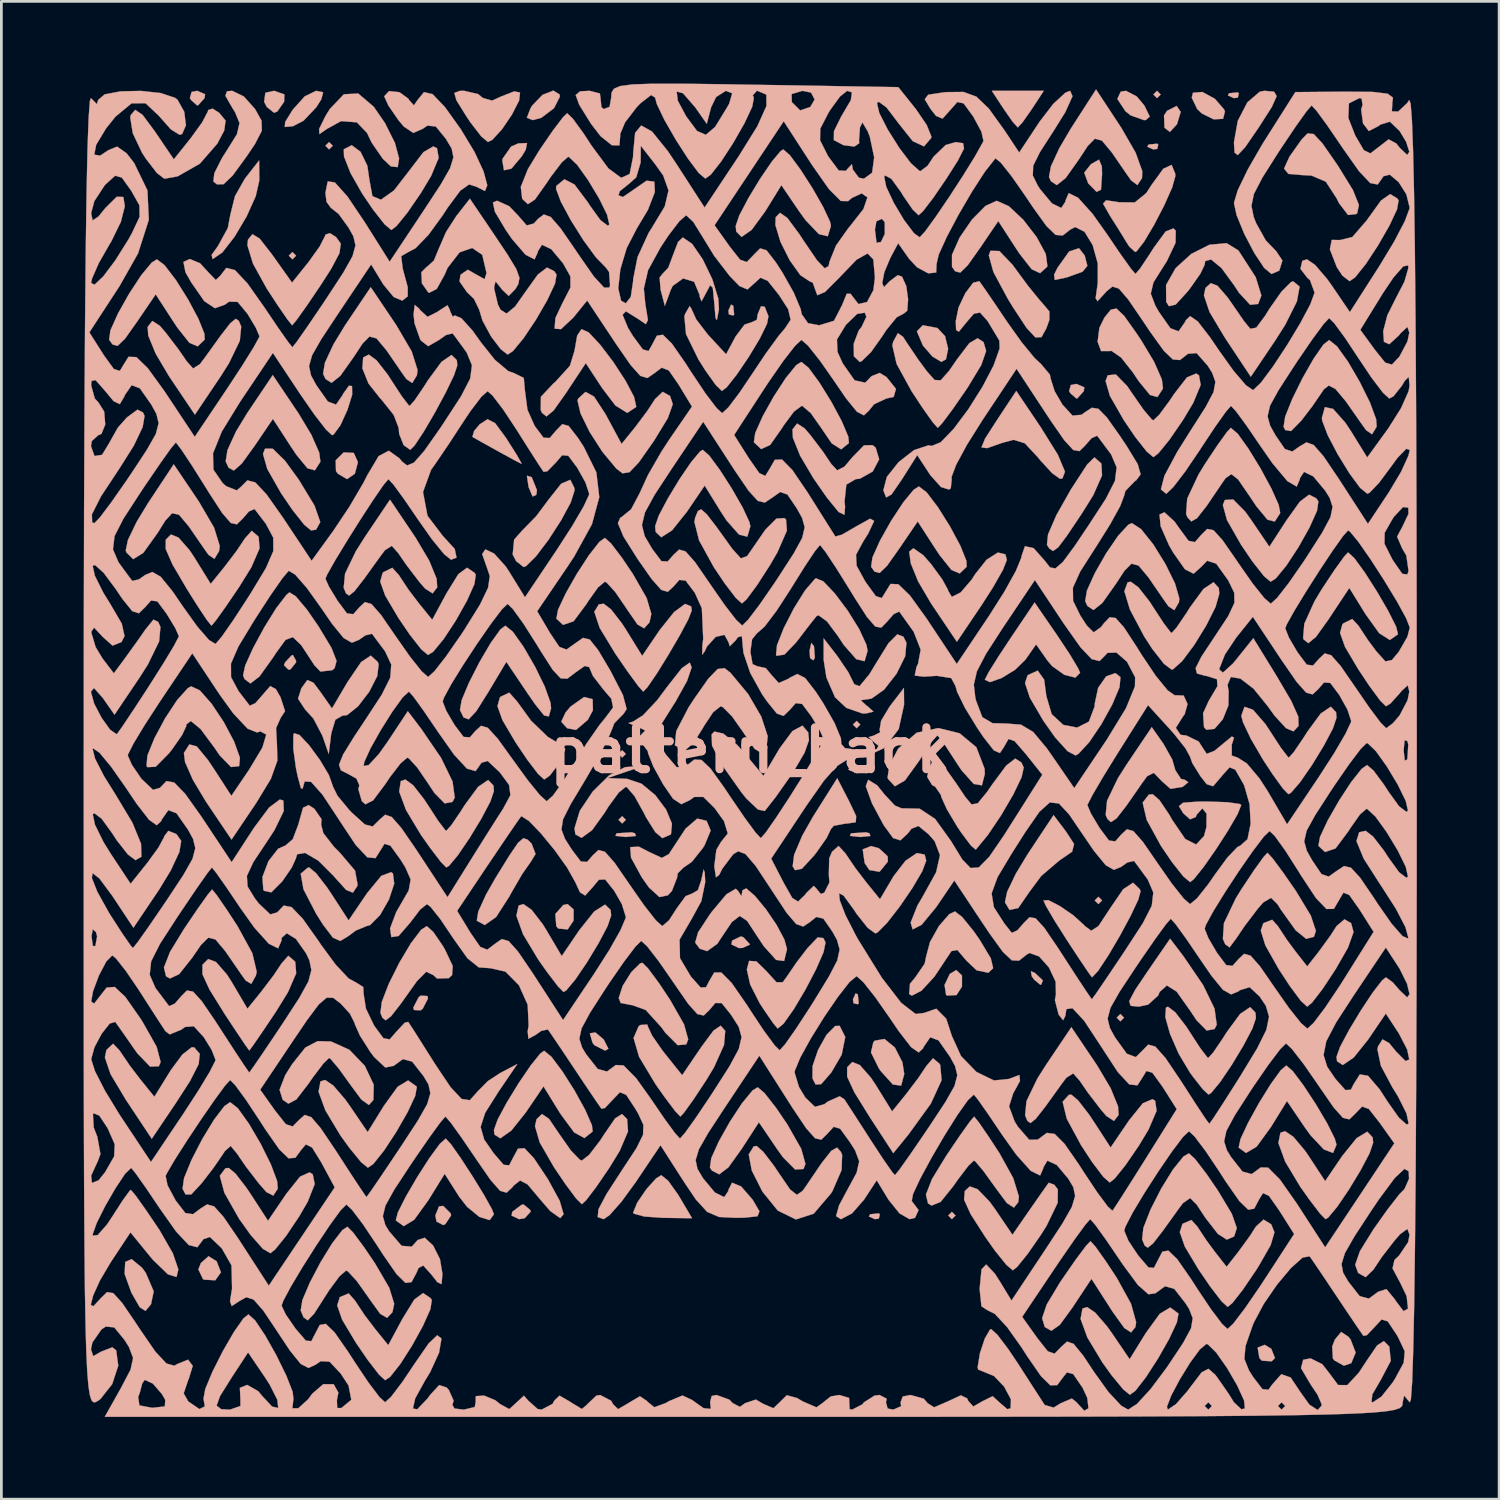
<source format=kicad_pcb>
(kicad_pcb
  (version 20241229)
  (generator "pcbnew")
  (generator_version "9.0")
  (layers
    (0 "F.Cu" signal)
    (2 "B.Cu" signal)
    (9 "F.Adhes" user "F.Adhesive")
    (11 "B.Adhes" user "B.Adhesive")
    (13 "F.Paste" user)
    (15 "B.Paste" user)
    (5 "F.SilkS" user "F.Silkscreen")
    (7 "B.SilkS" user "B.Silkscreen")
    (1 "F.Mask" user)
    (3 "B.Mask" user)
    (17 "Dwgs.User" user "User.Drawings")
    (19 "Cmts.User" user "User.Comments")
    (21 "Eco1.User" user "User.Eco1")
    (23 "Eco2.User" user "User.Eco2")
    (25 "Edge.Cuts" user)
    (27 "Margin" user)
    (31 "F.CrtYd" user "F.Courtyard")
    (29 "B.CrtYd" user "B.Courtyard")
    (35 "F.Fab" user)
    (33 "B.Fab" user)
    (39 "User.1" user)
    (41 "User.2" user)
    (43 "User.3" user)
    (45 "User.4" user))
  (footprint "pattern_back"
    (layer "F.Cu")
    (at 24.332 24.327)
    (property "Reference" "pattern_back" (at 0 0 0) (layer "B.SilkS") (effects (font (size 1.524 1.524) (thickness 0.3))))
    (attr through_hole)
    (fp_poly (pts (xy -16.577 -18.047) (xy -16.711 -17.914) (xy -16.844 -18.047) (xy -16.711 -18.181) (xy -16.577 -18.047)) (stroke (width 0.01) (type solid)) (fill yes) (layer "B.SilkS"))
    (fp_poly (pts (xy -15.24 -22.058) (xy -15.374 -21.924) (xy -15.507 -22.058) (xy -15.374 -22.192) (xy -15.24 -22.058)) (stroke (width 0.01) (type solid)) (fill yes) (layer "B.SilkS"))
    (fp_poly (pts (xy -4.545 0.134) (xy -4.679 0.267) (xy -4.813 0.134) (xy -4.679 0) (xy -4.545 0.134)) (stroke (width 0.01) (type solid)) (fill yes) (layer "B.SilkS"))
    (fp_poly (pts (xy -4.545 2.54) (xy -4.679 2.674) (xy -4.813 2.54) (xy -4.679 2.406) (xy -4.545 2.54)) (stroke (width 0.01) (type solid)) (fill yes) (layer "B.SilkS"))
    (fp_poly (pts (xy 4.011 -0.936) (xy 3.877 -0.802) (xy 3.743 -0.936) (xy 3.877 -1.069) (xy 4.011 -0.936)) (stroke (width 0.01) (type solid)) (fill yes) (layer "B.SilkS"))
    (fp_poly (pts (xy 7.486 16.978) (xy 7.353 17.112) (xy 7.219 16.978) (xy 7.353 16.844) (xy 7.486 16.978)) (stroke (width 0.01) (type solid)) (fill yes) (layer "B.SilkS"))
    (fp_poly (pts (xy 12.834 5.481) (xy 12.7 5.615) (xy 12.566 5.481) (xy 12.7 5.347) (xy 12.834 5.481)) (stroke (width 0.01) (type solid)) (fill yes) (layer "B.SilkS"))
    (fp_poly (pts (xy 13.636 9.759) (xy 13.502 9.893) (xy 13.368 9.759) (xy 13.502 9.625) (xy 13.636 9.759)) (stroke (width 0.01) (type solid)) (fill yes) (layer "B.SilkS"))
    (fp_poly (pts (xy 14.973 -23.929) (xy 14.839 -23.796) (xy 14.705 -23.929) (xy 14.839 -24.063) (xy 14.973 -23.929)) (stroke (width 0.01) (type solid)) (fill yes) (layer "B.SilkS"))
    (fp_poly (pts (xy -4.211 3.031) (xy -4.177 3.129) (xy -4.545 3.166) (xy -4.925 3.124) (xy -4.879 3.031) (xy -4.332 2.996) (xy -4.211 3.031)) (stroke (width 0.01) (type solid)) (fill yes) (layer "B.SilkS"))
    (fp_poly (pts (xy -0.624 -16.22) (xy -0.592 -15.903) (xy -0.624 -15.864) (xy -0.783 -15.901) (xy -0.802 -16.042) (xy -0.704 -16.262) (xy -0.624 -16.22)) (stroke (width 0.01) (type solid)) (fill yes) (layer "B.SilkS"))
    (fp_poly (pts (xy 2.322 -3.793) (xy 2.353 -3.375) (xy 2.3 -3.281) (xy 2.179 -3.361) (xy 2.16 -3.632) (xy 2.225 -3.917) (xy 2.322 -3.793)) (stroke (width 0.01) (type solid)) (fill yes) (layer "B.SilkS"))
    (fp_poly (pts (xy 3.921 8.912) (xy 3.953 9.23) (xy 3.921 9.269) (xy 3.762 9.232) (xy 3.743 9.091) (xy 3.841 8.87) (xy 3.921 8.912)) (stroke (width 0.01) (type solid)) (fill yes) (layer "B.SilkS"))
    (fp_poly (pts (xy 4.205 0.641) (xy 4.126 0.762) (xy 3.855 0.781) (xy 3.569 0.716) (xy 3.693 0.619) (xy 4.111 0.588) (xy 4.205 0.641)) (stroke (width 0.01) (type solid)) (fill yes) (layer "B.SilkS"))
    (fp_poly (pts (xy 4.345 3.031) (xy 4.378 3.129) (xy 4.011 3.166) (xy 3.631 3.124) (xy 3.676 3.031) (xy 4.224 2.996) (xy 4.345 3.031)) (stroke (width 0.01) (type solid)) (fill yes) (layer "B.SilkS"))
    (fp_poly (pts (xy 4.724 16.933) (xy 4.687 17.092) (xy 4.545 17.112) (xy 4.325 17.014) (xy 4.367 16.933) (xy 4.684 16.901) (xy 4.724 16.933)) (stroke (width 0.01) (type solid)) (fill yes) (layer "B.SilkS"))
    (fp_poly (pts (xy 14.884 -22.102) (xy 14.847 -21.944) (xy 14.705 -21.924) (xy 14.485 -22.022) (xy 14.527 -22.102) (xy 14.844 -22.134) (xy 14.884 -22.102)) (stroke (width 0.01) (type solid)) (fill yes) (layer "B.SilkS"))
    (fp_poly (pts (xy 17.825 -23.974) (xy 17.788 -23.815) (xy 17.646 -23.796) (xy 17.426 -23.894) (xy 17.468 -23.974) (xy 17.785 -24.006) (xy 17.825 -23.974)) (stroke (width 0.01) (type solid)) (fill yes) (layer "B.SilkS"))
    (fp_poly (pts (xy -7.989 -9.967) (xy -7.976 -9.955) (xy -7.788 -9.492) (xy -7.81 -9.321) (xy -7.948 -9.259) (xy -8.093 -9.604) (xy -8.154 -10.017) (xy -7.989 -9.967)) (stroke (width 0.01) (type solid)) (fill yes) (layer "B.SilkS"))
    (fp_poly (pts (xy -5.353 10.555) (xy -5.18 10.891) (xy -5.299 10.962) (xy -5.691 10.765) (xy -5.759 10.677) (xy -5.859 10.329) (xy -5.652 10.3) (xy -5.353 10.555)) (stroke (width 0.01) (type solid)) (fill yes) (layer "B.SilkS"))
    (fp_poly (pts (xy -0.249 6.829) (xy -0.012 7.087) (xy -0.282 7.214) (xy -0.417 7.219) (xy -0.692 7.087) (xy -0.666 6.947) (xy -0.345 6.793) (xy -0.249 6.829)) (stroke (width 0.01) (type solid)) (fill yes) (layer "B.SilkS"))
    (fp_poly (pts (xy 10.269 -23.395) (xy 9.938 -22.922) (xy 9.759 -22.726) (xy 9.579 -22.923) (xy 9.249 -23.395) (xy 8.811 -24.063) (xy 10.707 -24.063) (xy 10.269 -23.395)) (stroke (width 0.01) (type solid)) (fill yes) (layer "B.SilkS"))
    (fp_poly (pts (xy 10.386 8.129) (xy 10.673 8.398) (xy 10.614 8.553) (xy 10.577 8.556) (xy 10.351 8.366) (xy 10.268 8.247) (xy 10.237 8.064) (xy 10.386 8.129)) (stroke (width 0.01) (type solid)) (fill yes) (layer "B.SilkS"))
    (fp_poly (pts (xy 15.703 -23.295) (xy 15.569 -22.846) (xy 15.309 -22.562) (xy 15.113 -22.715) (xy 15.094 -23.163) (xy 15.205 -23.333) (xy 15.555 -23.511) (xy 15.703 -23.295)) (stroke (width 0.01) (type solid)) (fill yes) (layer "B.SilkS"))
    (fp_poly (pts (xy 19.011 21.845) (xy 19.143 22.18) (xy 19.025 22.299) (xy 18.663 22.276) (xy 18.574 22.178) (xy 18.511 21.799) (xy 18.77 21.696) (xy 19.011 21.845)) (stroke (width 0.01) (type solid)) (fill yes) (layer "B.SilkS"))
    (fp_poly (pts (xy -19.898 -23.937) (xy -19.919 -23.796) (xy -20.148 -23.541) (xy -20.186 -23.528) (xy -20.399 -23.715) (xy -20.454 -23.796) (xy -20.39 -24.022) (xy -20.186 -24.063) (xy -19.898 -23.937)) (stroke (width 0.01) (type solid)) (fill yes) (layer "B.SilkS"))
    (fp_poly (pts (xy -19.476 18.651) (xy -19.32 19.053) (xy -19.527 19.343) (xy -19.939 19.319) (xy -19.974 19.299) (xy -20.144 18.943) (xy -20.05 18.711) (xy -19.772 18.464) (xy -19.476 18.651)) (stroke (width 0.01) (type solid)) (fill yes) (layer "B.SilkS"))
    (fp_poly (pts (xy -17.002 -23.931) (xy -17.015 -23.662) (xy -17.262 -23.309) (xy -17.379 -23.261) (xy -17.646 -23.473) (xy -17.743 -23.662) (xy -17.699 -23.993) (xy -17.379 -24.063) (xy -17.002 -23.931)) (stroke (width 0.01) (type solid)) (fill yes) (layer "B.SilkS"))
    (fp_poly (pts (xy -16.58 -3.269) (xy -16.577 -3.208) (xy -16.782 -2.951) (xy -16.86 -2.941) (xy -17.02 -3.105) (xy -16.978 -3.208) (xy -16.738 -3.463) (xy -16.695 -3.476) (xy -16.58 -3.269)) (stroke (width 0.01) (type solid)) (fill yes) (layer "B.SilkS"))
    (fp_poly (pts (xy -14.473 -10.85) (xy -14.321 -10.513) (xy -14.433 -10.09) (xy -14.718 -9.893) (xy -15.048 -10.087) (xy -15.121 -10.183) (xy -15.133 -10.581) (xy -14.838 -10.869) (xy -14.473 -10.85)) (stroke (width 0.01) (type solid)) (fill yes) (layer "B.SilkS"))
    (fp_poly (pts (xy -11.785 8.969) (xy -11.764 9.059) (xy -11.959 9.437) (xy -12.032 9.492) (xy -12.278 9.479) (xy -12.299 9.389) (xy -12.104 9.011) (xy -12.032 8.957) (xy -11.785 8.969)) (stroke (width 0.01) (type solid)) (fill yes) (layer "B.SilkS"))
    (fp_poly (pts (xy -10.933 16.904) (xy -10.922 16.978) (xy -11.13 17.291) (xy -11.209 17.328) (xy -11.453 17.199) (xy -11.497 16.978) (xy -11.361 16.645) (xy -11.209 16.628) (xy -10.933 16.904)) (stroke (width 0.01) (type solid)) (fill yes) (layer "B.SilkS"))
    (fp_poly (pts (xy -8.028 16.781) (xy -8.021 16.844) (xy -8.239 17.079) (xy -8.438 17.112) (xy -8.715 16.982) (xy -8.689 16.844) (xy -8.348 16.587) (xy -8.273 16.577) (xy -8.028 16.781)) (stroke (width 0.01) (type solid)) (fill yes) (layer "B.SilkS"))
    (fp_poly (pts (xy -6.45 5.812) (xy -6.451 6.215) (xy -6.666 6.539) (xy -7.009 6.506) (xy -7.083 6.421) (xy -7.118 5.976) (xy -6.828 5.648) (xy -6.668 5.615) (xy -6.45 5.812)) (stroke (width 0.01) (type solid)) (fill yes) (layer "B.SilkS"))
    (fp_poly (pts (xy 4.69 3.577) (xy 5.009 3.869) (xy 5.019 4.061) (xy 4.715 4.436) (xy 4.341 4.372) (xy 4.171 4.117) (xy 4.099 3.618) (xy 4.406 3.497) (xy 4.69 3.577)) (stroke (width 0.01) (type solid)) (fill yes) (layer "B.SilkS"))
    (fp_poly (pts (xy 7.722 8.22) (xy 7.722 8.623) (xy 7.524 8.934) (xy 7.179 8.953) (xy 7.141 8.923) (xy 7.085 8.566) (xy 7.277 8.161) (xy 7.515 8.021) (xy 7.722 8.22)) (stroke (width 0.01) (type solid)) (fill yes) (layer "B.SilkS"))
    (fp_poly (pts (xy 12.187 -13.243) (xy 12.165 -13.101) (xy 11.937 -12.846) (xy 11.898 -12.834) (xy 11.685 -13.02) (xy 11.631 -13.101) (xy 11.694 -13.328) (xy 11.898 -13.368) (xy 12.187 -13.243)) (stroke (width 0.01) (type solid)) (fill yes) (layer "B.SilkS"))
    (fp_poly (pts (xy 12.826 -21.304) (xy 12.834 -21.021) (xy 12.795 -20.454) (xy 12.634 -20.375) (xy 12.328 -20.686) (xy 12.183 -21.076) (xy 12.429 -21.387) (xy 12.722 -21.552) (xy 12.826 -21.304)) (stroke (width 0.01) (type solid)) (fill yes) (layer "B.SilkS"))
    (fp_poly (pts (xy -8.197 -21.914) (xy -8.336 -21.68) (xy -8.72 -21.223) (xy -8.992 -21.164) (xy -9.052 -21.515) (xy -9.04 -21.587) (xy -8.732 -22.028) (xy -8.469 -22.144) (xy -8.149 -22.157) (xy -8.197 -21.914)) (stroke (width 0.01) (type solid)) (fill yes) (layer "B.SilkS"))
    (fp_poly (pts (xy -5.755 -1.863) (xy -5.746 -1.457) (xy -5.931 -1.11) (xy -6.361 -0.741) (xy -6.686 -0.803) (xy -6.901 -1.04) (xy -6.743 -1.38) (xy -6.56 -1.594) (xy -6.069 -1.942) (xy -5.755 -1.863)) (stroke (width 0.01) (type solid)) (fill yes) (layer "B.SilkS"))
    (fp_poly (pts (xy 6.827 -15.407) (xy 7.104 -15.11) (xy 7.217 -14.649) (xy 7.138 -14.264) (xy 6.967 -14.171) (xy 6.642 -14.368) (xy 6.294 -14.771) (xy 6.077 -15.286) (xy 6.291 -15.509) (xy 6.827 -15.407)) (stroke (width 0.01) (type solid)) (fill yes) (layer "B.SilkS"))
    (fp_poly (pts (xy -22.194 18.889) (xy -22.061 19.074) (xy -21.773 19.747) (xy -21.872 20.218) (xy -22.072 20.46) (xy -22.282 20.327) (xy -22.585 19.8) (xy -22.835 19.11) (xy -22.813 18.672) (xy -22.579 18.57) (xy -22.194 18.889)) (stroke (width 0.01) (type solid)) (fill yes) (layer "B.SilkS"))
    (fp_poly (pts (xy -15.589 -24.009) (xy -15.659 -23.751) (xy -15.841 -23.462) (xy -16.304 -22.973) (xy -16.697 -22.769) (xy -16.99 -22.744) (xy -16.976 -22.927) (xy -16.702 -23.371) (xy -16.26 -23.862) (xy -15.845 -24.063) (xy -15.589 -24.009)) (stroke (width 0.01) (type solid)) (fill yes) (layer "B.SilkS"))
    (fp_poly (pts (xy -6.962 -23.93) (xy -6.952 -23.849) (xy -7.164 -23.431) (xy -7.626 -23.08) (xy -7.943 -22.994) (xy -8.156 -23.079) (xy -8.024 -23.422) (xy -7.959 -23.528) (xy -7.584 -23.917) (xy -7.191 -24.071) (xy -6.962 -23.93)) (stroke (width 0.01) (type solid)) (fill yes) (layer "B.SilkS"))
    (fp_poly (pts (xy 12.2 -18.053) (xy 12.297 -17.678) (xy 12.123 -17.462) (xy 11.555 -17.257) (xy 11.541 -17.253) (xy 11.107 -17.16) (xy 11.083 -17.354) (xy 11.208 -17.606) (xy 11.632 -18.201) (xy 11.991 -18.319) (xy 12.2 -18.053)) (stroke (width 0.01) (type solid)) (fill yes) (layer "B.SilkS"))
    (fp_poly (pts (xy 14.097 -23.859) (xy 14.376 -23.528) (xy 14.574 -23.121) (xy 14.428 -22.996) (xy 14.36 -22.994) (xy 13.875 -23.168) (xy 13.689 -23.315) (xy 13.391 -23.766) (xy 13.514 -24.031) (xy 13.705 -24.063) (xy 14.097 -23.859)) (stroke (width 0.01) (type solid)) (fill yes) (layer "B.SilkS"))
    (fp_poly (pts (xy 16.95 -23.772) (xy 17.288 -23.382) (xy 17.318 -23.309) (xy 17.25 -23.041) (xy 16.907 -23.022) (xy 16.476 -23.235) (xy 16.304 -23.401) (xy 16.106 -23.813) (xy 16.151 -23.993) (xy 16.494 -24.021) (xy 16.95 -23.772)) (stroke (width 0.01) (type solid)) (fill yes) (layer "B.SilkS"))
    (fp_poly (pts (xy 21.82 21.4) (xy 21.9 21.495) (xy 22.088 21.979) (xy 21.928 22.366) (xy 21.657 22.459) (xy 21.31 22.265) (xy 21.257 22.194) (xy 21.231 21.76) (xy 21.328 21.508) (xy 21.558 21.228) (xy 21.82 21.4)) (stroke (width 0.01) (type solid)) (fill yes) (layer "B.SilkS"))
    (fp_poly (pts (xy 3.463 10.464) (xy 3.333 11.108) (xy 2.952 11.762) (xy 2.584 12.185) (xy 2.381 12.199) (xy 2.266 11.977) (xy 2.27 11.523) (xy 2.472 10.933) (xy 2.777 10.387) (xy 3.094 10.064) (xy 3.257 10.057) (xy 3.463 10.464)) (stroke (width 0.01) (type solid)) (fill yes) (layer "B.SilkS"))
    (fp_poly (pts (xy 5.271 10.845) (xy 5.548 11.385) (xy 5.615 11.815) (xy 5.502 12.239) (xy 5.197 12.197) (xy 4.753 11.703) (xy 4.685 11.602) (xy 4.401 11.028) (xy 4.487 10.656) (xy 4.538 10.599) (xy 4.893 10.536) (xy 5.271 10.845)) (stroke (width 0.01) (type solid)) (fill yes) (layer "B.SilkS"))
    (fp_poly (pts (xy -2.997 15.714) (xy -2.636 16.22) (xy -2.592 16.293) (xy -2.128 17.078) (xy -3.203 17.063) (xy -3.875 17.015) (xy -4.25 16.913) (xy -4.278 16.872) (xy -4.129 16.508) (xy -3.793 16.017) (xy -3.433 15.617) (xy -3.251 15.507) (xy -2.997 15.714)) (stroke (width 0.01) (type solid)) (fill yes) (layer "B.SilkS"))
    (fp_poly (pts (xy -17.428 -11.003) (xy -16.979 -10.561) (xy -16.481 -9.875) (xy -15.904 -8.926) (xy -15.695 -8.327) (xy -15.848 -8.049) (xy -16.03 -8.021) (xy -16.282 -8.229) (xy -16.709 -8.768) (xy -17.122 -9.373) (xy -17.629 -10.263) (xy -17.785 -10.813) (xy -17.71 -11.005) (xy -17.428 -11.003)) (stroke (width 0.01) (type solid)) (fill yes) (layer "B.SilkS"))
    (fp_poly (pts (xy 11.525 2.978) (xy 11.813 3.422) (xy 11.74 3.703) (xy 11.274 4.024) (xy 10.615 4.586) (xy 10.182 5.17) (xy 9.774 5.76) (xy 9.458 5.829) (xy 9.29 5.548) (xy 9.37 5.166) (xy 9.689 4.501) (xy 10.12 3.79) (xy 11.064 2.367) (xy 11.525 2.978)) (stroke (width 0.01) (type solid)) (fill yes) (layer "B.SilkS"))
    (fp_poly (pts (xy 19.111 -24.032) (xy 19.206 -23.87) (xy 19.029 -23.475) (xy 18.563 -22.746) (xy 18.547 -22.721) (xy 18.058 -22.009) (xy 17.786 -21.717) (xy 17.669 -21.808) (xy 17.646 -22.179) (xy 17.786 -22.967) (xy 18.136 -23.643) (xy 18.589 -24.03) (xy 18.759 -24.063) (xy 19.111 -24.032)) (stroke (width 0.01) (type solid)) (fill yes) (layer "B.SilkS"))
    (fp_poly (pts (xy -17.92 -20.791) (xy -18.05 -20.216) (xy -18.384 -19.476) (xy -18.822 -18.738) (xy -19.268 -18.165) (xy -19.621 -17.924) (xy -19.626 -17.924) (xy -19.659 -18.078) (xy -19.426 -18.403) (xy -19.069 -19.056) (xy -18.977 -19.539) (xy -18.809 -20.217) (xy -18.448 -20.855) (xy -17.926 -21.523) (xy -17.92 -20.791)) (stroke (width 0.01) (type solid)) (fill yes) (layer "B.SilkS"))
    (fp_poly (pts (xy -9.315 -11.936) (xy -8.916 -11.396) (xy -8.888 -11.352) (xy -8.531 -10.788) (xy -8.355 -10.476) (xy -8.353 -10.452) (xy -8.609 -10.584) (xy -9.143 -10.875) (xy -9.224 -10.92) (xy -9.798 -11.239) (xy -10.131 -11.428) (xy -10.144 -11.436) (xy -10.081 -11.652) (xy -9.877 -11.893) (xy -9.593 -12.079) (xy -9.315 -11.936)) (stroke (width 0.01) (type solid)) (fill yes) (layer "B.SilkS"))
    (fp_poly (pts (xy 12.795 -10.474) (xy 12.809 -10.452) (xy 12.833 -10.028) (xy 12.514 -9.31) (xy 12.102 -8.648) (xy 11.56 -7.839) (xy 11.234 -7.404) (xy 11.044 -7.269) (xy 10.909 -7.363) (xy 10.823 -7.494) (xy 10.862 -7.875) (xy 11.169 -8.582) (xy 11.695 -9.514) (xy 12.29 -10.427) (xy 12.555 -10.688) (xy 12.795 -10.474)) (stroke (width 0.01) (type solid)) (fill yes) (layer "B.SilkS"))
    (fp_poly (pts (xy -8.13 3.263) (xy -7.985 3.405) (xy -7.839 3.785) (xy -8.002 4.055) (xy -8.329 4.522) (xy -8.728 5.21) (xy -8.793 5.333) (xy -9.277 6.086) (xy -9.694 6.38) (xy -9.983 6.22) (xy -9.929 5.888) (xy -9.644 5.263) (xy -9.305 4.668) (xy -8.789 3.834) (xy -8.476 3.375) (xy -8.283 3.211) (xy -8.13 3.263)) (stroke (width 0.01) (type solid)) (fill yes) (layer "B.SilkS"))
    (fp_poly (pts (xy -6.42 -9.565) (xy -6.417 -9.473) (xy -6.557 -9.038) (xy -6.908 -8.388) (xy -7.366 -7.68) (xy -7.826 -7.072) (xy -8.184 -6.719) (xy -8.273 -6.684) (xy -8.546 -6.899) (xy -8.674 -7.141) (xy -8.621 -7.686) (xy -8.335 -8.01) (xy -7.814 -8.542) (xy -7.355 -9.157) (xy -6.904 -9.726) (xy -6.571 -9.869) (xy -6.42 -9.565)) (stroke (width 0.01) (type solid)) (fill yes) (layer "B.SilkS"))
    (fp_poly (pts (xy 10.6 -11.78) (xy 11.221 -10.782) (xy 11.481 -10.164) (xy 11.385 -9.913) (xy 11.296 -9.907) (xy 11.014 -10.108) (xy 10.576 -10.584) (xy 10.483 -10.699) (xy 10.014 -11.202) (xy 9.606 -11.328) (xy 9.196 -11.219) (xy 8.638 -11.023) (xy 8.434 -11.05) (xy 8.565 -11.373) (xy 8.992 -12.037) (xy 9.703 -13.112) (xy 10.6 -11.78)) (stroke (width 0.01) (type solid)) (fill yes) (layer "B.SilkS"))
    (fp_poly (pts (xy -8.509 -1.775) (xy -8.002 -1.076) (xy -7.39 -0.486) (xy -6.949 -0.222) (xy -6.756 -0.038) (xy -6.911 0.368) (xy -6.979 0.48) (xy -7.315 0.922) (xy -7.523 1.069) (xy -7.749 0.862) (xy -8.157 0.325) (xy -8.566 -0.283) (xy -9.048 -1.099) (xy -9.229 -1.609) (xy -9.143 -1.92) (xy -9.112 -1.954) (xy -8.798 -2.102) (xy -8.509 -1.775)) (stroke (width 0.01) (type solid)) (fill yes) (layer "B.SilkS"))
    (fp_poly (pts (xy 3.597 1.848) (xy 3.86 2.4) (xy 3.847 2.628) (xy 3.537 2.674) (xy 3.483 2.674) (xy 3.043 2.757) (xy 2.94 2.874) (xy 2.786 3.196) (xy 2.409 3.734) (xy 2.316 3.852) (xy 1.879 4.325) (xy 1.63 4.376) (xy 1.543 4.236) (xy 1.597 3.816) (xy 1.891 3.121) (xy 2.281 2.432) (xy 3.17 1.022) (xy 3.597 1.848)) (stroke (width 0.01) (type solid)) (fill yes) (layer "B.SilkS"))
    (fp_poly (pts (xy 9.087 -18.217) (xy 9.572 -17.709) (xy 9.65 -17.6) (xy 10.139 -16.937) (xy 10.555 -16.427) (xy 10.619 -16.357) (xy 10.91 -16.014) (xy 10.912 -15.704) (xy 10.8 -15.396) (xy 10.623 -15.074) (xy 10.403 -15.063) (xy 10.078 -15.41) (xy 9.582 -16.166) (xy 9.394 -16.474) (xy 8.868 -17.453) (xy 8.701 -18.058) (xy 8.76 -18.225) (xy 9.087 -18.217)) (stroke (width 0.01) (type solid)) (fill yes) (layer "B.SilkS"))
    (fp_poly (pts (xy -16.489 -12.293) (xy -16.018 -11.508) (xy -15.733 -10.86) (xy -15.69 -10.529) (xy -15.891 -10.215) (xy -16.161 -10.288) (xy -16.57 -10.785) (xy -16.799 -11.129) (xy -17.423 -12.091) (xy -18.079 -11.126) (xy -18.559 -10.46) (xy -18.85 -10.205) (xy -19.041 -10.313) (xy -19.146 -10.541) (xy -19.083 -10.949) (xy -18.772 -11.627) (xy -18.36 -12.305) (xy -17.429 -13.689) (xy -16.489 -12.293)) (stroke (width 0.01) (type solid)) (fill yes) (layer "B.SilkS"))
    (fp_poly (pts (xy -13.743 -23.481) (xy -13.332 -22.884) (xy -12.97 -22.16) (xy -12.818 -21.593) (xy -12.87 -21.278) (xy -13.12 -21.306) (xy -13.414 -21.584) (xy -13.82 -22.173) (xy -13.988 -22.526) (xy -14.36 -22.913) (xy -14.935 -22.958) (xy -15.454 -22.673) (xy -15.726 -22.482) (xy -15.737 -22.67) (xy -15.498 -23.156) (xy -15.343 -23.404) (xy -14.834 -23.937) (xy -14.311 -23.965) (xy -13.743 -23.481)) (stroke (width 0.01) (type solid)) (fill yes) (layer "B.SilkS"))
    (fp_poly (pts (xy -9.935 -23.944) (xy -9.762 -23.801) (xy -9.426 -23.706) (xy -9.09 -23.858) (xy -8.622 -24.041) (xy -8.405 -24.002) (xy -8.438 -23.709) (xy -8.699 -23.198) (xy -9.066 -22.657) (xy -9.419 -22.273) (xy -9.577 -22.195) (xy -9.822 -22.401) (xy -10.216 -22.911) (xy -10.363 -23.131) (xy -10.727 -23.718) (xy -10.803 -23.986) (xy -10.604 -24.06) (xy -10.446 -24.063) (xy -9.935 -23.944)) (stroke (width 0.01) (type solid)) (fill yes) (layer "B.SilkS"))
    (fp_poly (pts (xy -3.734 7.96) (xy -3.337 8.497) (xy -2.931 9.106) (xy -2.422 10) (xy -2.268 10.552) (xy -2.341 10.736) (xy -2.651 10.762) (xy -3.098 10.316) (xy -3.248 10.109) (xy -3.821 9.477) (xy -4.323 9.297) (xy -4.345 9.3) (xy -4.732 9.224) (xy -4.804 9.043) (xy -4.659 8.598) (xy -4.346 8.098) (xy -4.023 7.779) (xy -3.942 7.754) (xy -3.734 7.96)) (stroke (width 0.01) (type solid)) (fill yes) (layer "B.SilkS"))
    (fp_poly (pts (xy 23.607 -20.136) (xy 23.655 -20.063) (xy 23.597 -19.736) (xy 23.315 -19.136) (xy 22.903 -18.419) (xy 22.456 -17.74) (xy 22.069 -17.257) (xy 21.867 -17.116) (xy 21.604 -17.318) (xy 21.399 -17.629) (xy 21.147 -18.276) (xy 21.214 -18.622) (xy 21.526 -18.618) (xy 21.966 -18.728) (xy 22.498 -19.342) (xy 22.528 -19.388) (xy 23.013 -20.06) (xy 23.347 -20.294) (xy 23.607 -20.136)) (stroke (width 0.01) (type solid)) (fill yes) (layer "B.SilkS"))
    (fp_poly (pts (xy -23.016 10.958) (xy -22.999 10.986) (xy -22.644 11.51) (xy -22.248 12.028) (xy -21.749 12.645) (xy -21.145 11.668) (xy -20.728 11.106) (xy -20.386 10.838) (xy -20.297 10.843) (xy -20.093 11.077) (xy -20.132 11.453) (xy -20.446 12.069) (xy -20.948 12.848) (xy -21.844 14.178) (xy -22.795 12.746) (xy -23.35 11.816) (xy -23.555 11.209) (xy -23.498 10.937) (xy -23.256 10.708) (xy -23.016 10.958)) (stroke (width 0.01) (type solid)) (fill yes) (layer "B.SilkS"))
    (fp_poly (pts (xy 11.202 -4.185) (xy 11.661 -3.492) (xy 11.962 -2.987) (xy 12.032 -2.826) (xy 11.858 -2.649) (xy 11.459 -2.752) (xy 11.016 -3.066) (xy 10.844 -3.268) (xy 10.427 -3.862) (xy 10.034 -3.301) (xy 9.66 -2.936) (xy 9.169 -2.635) (xy 8.742 -2.484) (xy 8.556 -2.572) (xy 8.556 -2.576) (xy 8.693 -2.843) (xy 9.051 -3.417) (xy 9.464 -4.043) (xy 10.372 -5.391) (xy 11.202 -4.185)) (stroke (width 0.01) (type solid)) (fill yes) (layer "B.SilkS"))
    (fp_poly (pts (xy 13.642 -15.848) (xy 14.095 -15.209) (xy 14.259 -14.965) (xy 14.73 -14.18) (xy 15.015 -13.533) (xy 15.057 -13.202) (xy 14.855 -12.888) (xy 14.583 -12.964) (xy 14.171 -13.467) (xy 13.961 -13.783) (xy 13.531 -14.328) (xy 13.177 -14.574) (xy 13.09 -14.565) (xy 12.797 -14.566) (xy 12.671 -14.907) (xy 12.736 -15.413) (xy 12.919 -15.787) (xy 13.152 -16.077) (xy 13.36 -16.118) (xy 13.642 -15.848)) (stroke (width 0.01) (type solid)) (fill yes) (layer "B.SilkS"))
    (fp_poly (pts (xy 15.803 7.517) (xy 16.523 8.573) (xy 16.939 9.432) (xy 17.018 10.019) (xy 16.936 10.175) (xy 16.652 10.228) (xy 16.274 9.844) (xy 16.054 9.511) (xy 15.556 8.809) (xy 15.2 8.584) (xy 14.939 8.814) (xy 14.876 8.957) (xy 14.514 9.284) (xy 14.166 9.358) (xy 13.875 9.325) (xy 13.825 9.156) (xy 14.041 8.747) (xy 14.463 8.118) (xy 15.316 6.878) (xy 15.803 7.517)) (stroke (width 0.01) (type solid)) (fill yes) (layer "B.SilkS"))
    (fp_poly (pts (xy 20.556 -22.486) (xy 20.872 -22.149) (xy 21.371 -21.432) (xy 21.458 -21.302) (xy 21.99 -20.438) (xy 22.207 -19.897) (xy 22.143 -19.596) (xy 22.112 -19.567) (xy 21.81 -19.532) (xy 21.481 -19.963) (xy 21.389 -20.146) (xy 20.998 -20.747) (xy 20.475 -20.97) (xy 20.145 -20.987) (xy 19.633 -21.031) (xy 19.475 -21.225) (xy 19.671 -21.658) (xy 20.113 -22.282) (xy 20.333 -22.509) (xy 20.556 -22.486)) (stroke (width 0.01) (type solid)) (fill yes) (layer "B.SilkS"))
    (fp_poly (pts (xy -20.125 -9.074) (xy -19.569 -8.121) (xy -19.363 -7.452) (xy -19.388 -7.265) (xy -19.557 -6.983) (xy -19.771 -7.128) (xy -19.932 -7.353) (xy -20.496 -8.172) (xy -20.851 -8.593) (xy -21.101 -8.65) (xy -21.351 -8.378) (xy -21.635 -7.923) (xy -22.153 -7.202) (xy -22.522 -6.972) (xy -22.77 -7.219) (xy -22.794 -7.286) (xy -22.715 -7.669) (xy -22.396 -8.333) (xy -21.974 -9.027) (xy -21.042 -10.434) (xy -20.125 -9.074)) (stroke (width 0.01) (type solid)) (fill yes) (layer "B.SilkS"))
    (fp_poly (pts (xy -18.487 -23.858) (xy -18.076 -23.401) (xy -17.837 -22.971) (xy -17.828 -22.605) (xy -18.083 -22.113) (xy -18.38 -21.673) (xy -18.892 -20.971) (xy -19.223 -20.654) (xy -19.466 -20.65) (xy -19.595 -20.753) (xy -19.562 -21.054) (xy -19.281 -21.611) (xy -19.122 -21.859) (xy -18.735 -22.481) (xy -18.641 -22.888) (xy -18.809 -23.291) (xy -18.898 -23.431) (xy -19.158 -23.883) (xy -19.098 -24.046) (xy -18.911 -24.063) (xy -18.487 -23.858)) (stroke (width 0.01) (type solid)) (fill yes) (layer "B.SilkS"))
    (fp_poly (pts (xy -12.922 -15.513) (xy -12.358 -14.552) (xy -12.145 -13.877) (xy -12.169 -13.682) (xy -12.338 -13.4) (xy -12.552 -13.545) (xy -12.713 -13.769) (xy -13.282 -14.598) (xy -13.643 -15.029) (xy -13.899 -15.096) (xy -14.156 -14.835) (xy -14.47 -14.357) (xy -14.962 -13.662) (xy -15.284 -13.406) (xy -15.505 -13.55) (xy -15.592 -13.737) (xy -15.526 -14.138) (xy -15.213 -14.812) (xy -14.793 -15.501) (xy -13.853 -16.897) (xy -12.922 -15.513)) (stroke (width 0.01) (type solid)) (fill yes) (layer "B.SilkS"))
    (fp_poly (pts (xy 2.112 -0.648) (xy 2.139 -0.367) (xy 1.977 0.092) (xy 1.546 0.826) (xy 0.926 1.706) (xy 0.524 2.218) (xy 0.275 2.162) (xy -0.143 1.767) (xy -0.318 1.55) (xy -1.041 0.527) (xy -1.399 -0.167) (xy -1.414 -0.578) (xy -1.315 -0.682) (xy -0.985 -0.606) (xy -0.493 -0.205) (xy -0.275 0.036) (xy 0.475 0.934) (xy 1.066 -0.067) (xy 1.533 -0.699) (xy 1.902 -0.898) (xy 2.112 -0.648)) (stroke (width 0.01) (type solid)) (fill yes) (layer "B.SilkS"))
    (fp_poly (pts (xy 6.9 11.44) (xy 6.929 11.485) (xy 6.977 12.042) (xy 6.588 12.892) (xy 5.767 14.026) (xy 5.755 14.04) (xy 5.214 14.704) (xy 4.345 13.371) (xy 3.792 12.478) (xy 3.531 11.911) (xy 3.532 11.569) (xy 3.72 11.377) (xy 3.994 11.488) (xy 4.396 11.945) (xy 4.568 12.203) (xy 5.172 13.179) (xy 5.671 12.563) (xy 6.129 11.96) (xy 6.423 11.521) (xy 6.665 11.24) (xy 6.9 11.44)) (stroke (width 0.01) (type solid)) (fill yes) (layer "B.SilkS"))
    (fp_poly (pts (xy 13.538 -22.709) (xy 14.057 -21.809) (xy 14.3 -21.135) (xy 14.292 -20.879) (xy 14.123 -20.622) (xy 13.895 -20.795) (xy 13.756 -20.988) (xy 13.187 -21.817) (xy 12.827 -22.247) (xy 12.57 -22.315) (xy 12.313 -22.054) (xy 11.999 -21.575) (xy 11.504 -20.878) (xy 11.181 -20.622) (xy 10.965 -20.767) (xy 10.897 -20.922) (xy 10.968 -21.306) (xy 11.277 -21.975) (xy 11.694 -22.684) (xy 12.614 -24.113) (xy 13.538 -22.709)) (stroke (width 0.01) (type solid)) (fill yes) (layer "B.SilkS"))
    (fp_poly (pts (xy 15.505 -21.035) (xy 15.507 -20.945) (xy 15.392 -20.535) (xy 15.105 -19.89) (xy 14.735 -19.176) (xy 14.37 -18.561) (xy 14.098 -18.21) (xy 14.041 -18.181) (xy 13.831 -18.374) (xy 13.738 -18.515) (xy 13.451 -18.984) (xy 13.129 -19.493) (xy 12.87 -19.945) (xy 12.981 -20.068) (xy 13.45 -19.997) (xy 14.029 -19.991) (xy 14.445 -20.33) (xy 14.635 -20.623) (xy 15.068 -21.219) (xy 15.372 -21.361) (xy 15.505 -21.035)) (stroke (width 0.01) (type solid)) (fill yes) (layer "B.SilkS"))
    (fp_poly (pts (xy -18.789 15.449) (xy -18.392 15.963) (xy -18.226 16.209) (xy -17.602 17.171) (xy -16.929 16.179) (xy -16.433 15.56) (xy -16.087 15.404) (xy -15.971 15.472) (xy -15.897 15.829) (xy -16.154 16.477) (xy -16.466 17.014) (xy -16.943 17.725) (xy -17.342 18.218) (xy -17.513 18.355) (xy -17.789 18.194) (xy -18.234 17.691) (xy -18.658 17.096) (xy -19.193 16.152) (xy -19.361 15.53) (xy -19.156 15.255) (xy -19.034 15.243) (xy -18.789 15.449)) (stroke (width 0.01) (type solid)) (fill yes) (layer "B.SilkS"))
    (fp_poly (pts (xy -18.666 -15.666) (xy -18.58 -15.461) (xy -18.631 -14.943) (xy -19.027 -14.122) (xy -19.339 -13.63) (xy -20.27 -12.246) (xy -21.21 -13.642) (xy -21.7 -14.469) (xy -21.973 -15.134) (xy -21.993 -15.447) (xy -21.824 -15.666) (xy -21.549 -15.488) (xy -21.334 -15.238) (xy -20.873 -14.634) (xy -20.57 -14.195) (xy -20.336 -13.932) (xy -20.088 -14.088) (xy -19.924 -14.304) (xy -19.33 -15.13) (xy -18.973 -15.588) (xy -18.777 -15.745) (xy -18.666 -15.666)) (stroke (width 0.01) (type solid)) (fill yes) (layer "B.SilkS"))
    (fp_poly (pts (xy -12.211 -7.748) (xy -11.721 -6.921) (xy -11.448 -6.256) (xy -11.428 -5.942) (xy -11.597 -5.724) (xy -11.873 -5.902) (xy -12.087 -6.151) (xy -12.548 -6.755) (xy -12.851 -7.195) (xy -13.085 -7.458) (xy -13.333 -7.302) (xy -13.497 -7.085) (xy -14.091 -6.26) (xy -14.448 -5.801) (xy -14.644 -5.644) (xy -14.755 -5.723) (xy -14.841 -5.929) (xy -14.79 -6.446) (xy -14.394 -7.267) (xy -14.082 -7.76) (xy -13.151 -9.143) (xy -12.211 -7.748)) (stroke (width 0.01) (type solid)) (fill yes) (layer "B.SilkS"))
    (fp_poly (pts (xy -11.572 6.629) (xy -11.22 7.144) (xy -11.15 7.264) (xy -10.861 7.874) (xy -10.886 8.209) (xy -11.009 8.318) (xy -11.432 8.331) (xy -11.568 8.207) (xy -11.828 8.083) (xy -12.165 8.422) (xy -12.754 9.249) (xy -13.11 9.705) (xy -13.308 9.856) (xy -13.424 9.767) (xy -13.5 9.59) (xy -13.451 9.187) (xy -13.194 8.522) (xy -12.811 7.755) (xy -12.389 7.045) (xy -12.013 6.551) (xy -11.808 6.419) (xy -11.572 6.629)) (stroke (width 0.01) (type solid)) (fill yes) (layer "B.SilkS"))
    (fp_poly (pts (xy -10.926 14.376) (xy -10.565 14.89) (xy -10.131 15.558) (xy -9.721 16.226) (xy -9.434 16.741) (xy -9.358 16.934) (xy -9.513 17.146) (xy -9.887 17.031) (xy -10.341 16.658) (xy -10.631 16.284) (xy -11.155 15.457) (xy -11.749 16.418) (xy -12.266 17.133) (xy -12.651 17.367) (xy -12.939 17.157) (xy -12.863 16.864) (xy -12.571 16.286) (xy -12.157 15.575) (xy -11.714 14.885) (xy -11.335 14.366) (xy -11.117 14.171) (xy -10.926 14.376)) (stroke (width 0.01) (type solid)) (fill yes) (layer "B.SilkS"))
    (fp_poly (pts (xy 0.513 12.507) (xy 0.935 13.045) (xy 1.347 13.651) (xy 1.856 14.546) (xy 2.01 15.097) (xy 1.937 15.282) (xy 1.633 15.3) (xy 1.188 14.851) (xy 0.985 14.568) (xy 0.311 13.576) (xy -0.312 14.539) (xy -0.803 15.224) (xy -1.138 15.476) (xy -1.399 15.342) (xy -1.476 15.23) (xy -1.428 14.888) (xy -1.153 14.277) (xy -0.747 13.555) (xy -0.305 12.882) (xy 0.078 12.416) (xy 0.267 12.299) (xy 0.513 12.507)) (stroke (width 0.01) (type solid)) (fill yes) (layer "B.SilkS"))
    (fp_poly (pts (xy 9.432 -19.852) (xy 9.958 -19.359) (xy 10.446 -18.726) (xy 10.78 -18.111) (xy 10.839 -17.669) (xy 10.823 -17.637) (xy 10.572 -17.408) (xy 10.264 -17.553) (xy 9.821 -18.12) (xy 9.67 -18.348) (xy 9.047 -19.31) (xy 8.391 -18.344) (xy 7.93 -17.695) (xy 7.658 -17.429) (xy 7.473 -17.478) (xy 7.357 -17.64) (xy 7.357 -18.079) (xy 7.638 -18.71) (xy 8.084 -19.361) (xy 8.58 -19.864) (xy 8.988 -20.051) (xy 9.432 -19.852)) (stroke (width 0.01) (type solid)) (fill yes) (layer "B.SilkS"))
    (fp_poly (pts (xy 11.959 12.776) (xy 12.356 13.289) (xy 12.521 13.535) (xy 13.145 14.497) (xy 13.819 13.506) (xy 14.323 12.881) (xy 14.675 12.733) (xy 14.771 12.792) (xy 14.824 13.158) (xy 14.53 13.842) (xy 14.181 14.422) (xy 13.69 15.14) (xy 13.295 15.63) (xy 13.113 15.775) (xy 12.877 15.566) (xy 12.467 15.023) (xy 12.069 14.416) (xy 11.545 13.446) (xy 11.395 12.829) (xy 11.621 12.576) (xy 11.713 12.57) (xy 11.959 12.776)) (stroke (width 0.01) (type solid)) (fill yes) (layer "B.SilkS"))
    (fp_poly (pts (xy 12.654 11.503) (xy 13.145 12.33) (xy 13.417 12.995) (xy 13.437 13.308) (xy 13.268 13.527) (xy 12.993 13.349) (xy 12.779 13.099) (xy 12.317 12.496) (xy 12.014 12.056) (xy 11.78 11.793) (xy 11.532 11.949) (xy 11.368 12.165) (xy 10.774 12.991) (xy 10.417 13.449) (xy 10.221 13.606) (xy 10.11 13.527) (xy 10.025 13.322) (xy 10.076 12.805) (xy 10.471 11.983) (xy 10.783 11.491) (xy 11.714 10.107) (xy 12.654 11.503)) (stroke (width 0.01) (type solid)) (fill yes) (layer "B.SilkS"))
    (fp_poly (pts (xy 15.077 -0.228) (xy 15.397 0.343) (xy 15.507 0.728) (xy 15.714 1.046) (xy 15.842 1.074) (xy 15.981 1.166) (xy 15.775 1.336) (xy 15.334 1.41) (xy 15.016 1.131) (xy 14.721 0.826) (xy 14.481 0.945) (xy 14.293 1.203) (xy 13.714 2.036) (xy 13.36 2.488) (xy 13.156 2.624) (xy 13.03 2.509) (xy 12.966 2.36) (xy 13.016 1.842) (xy 13.412 1.021) (xy 13.72 0.535) (xy 14.647 -0.842) (xy 15.077 -0.228)) (stroke (width 0.01) (type solid)) (fill yes) (layer "B.SilkS"))
    (fp_poly (pts (xy 19.793 11.709) (xy 20.185 12.231) (xy 20.636 12.918) (xy 21.049 13.617) (xy 21.327 14.175) (xy 21.389 14.394) (xy 21.264 14.695) (xy 20.927 14.569) (xy 20.44 14.049) (xy 20.227 13.754) (xy 19.581 12.802) (xy 18.993 13.754) (xy 18.473 14.468) (xy 18.085 14.696) (xy 17.819 14.501) (xy 17.884 14.192) (xy 18.161 13.598) (xy 18.559 12.876) (xy 18.988 12.183) (xy 19.356 11.675) (xy 19.557 11.505) (xy 19.793 11.709)) (stroke (width 0.01) (type solid)) (fill yes) (layer "B.SilkS"))
    (fp_poly (pts (xy 20.043 -16.919) (xy 19.943 -16.376) (xy 19.522 -15.534) (xy 19.157 -14.959) (xy 18.261 -13.629) (xy 17.311 -15.061) (xy 16.756 -15.99) (xy 16.551 -16.596) (xy 16.607 -16.869) (xy 16.8 -17.044) (xy 17.046 -16.949) (xy 17.417 -16.522) (xy 17.987 -15.699) (xy 18.01 -15.664) (xy 18.243 -15.38) (xy 18.458 -15.419) (xy 18.773 -15.839) (xy 18.956 -16.131) (xy 19.38 -16.733) (xy 19.724 -17.079) (xy 19.807 -17.112) (xy 20.043 -16.919)) (stroke (width 0.01) (type solid)) (fill yes) (layer "B.SilkS"))
    (fp_poly (pts (xy 20.649 -9.193) (xy 20.727 -9.081) (xy 20.678 -8.739) (xy 20.404 -8.128) (xy 19.998 -7.406) (xy 19.556 -6.733) (xy 19.172 -6.267) (xy 18.983 -6.149) (xy 18.738 -6.357) (xy 18.315 -6.896) (xy 17.904 -7.502) (xy 17.394 -8.396) (xy 17.241 -8.948) (xy 17.314 -9.132) (xy 17.618 -9.151) (xy 18.063 -8.701) (xy 18.265 -8.418) (xy 18.939 -7.427) (xy 19.563 -8.389) (xy 20.053 -9.074) (xy 20.389 -9.326) (xy 20.649 -9.193)) (stroke (width 0.01) (type solid)) (fill yes) (layer "B.SilkS"))
    (fp_poly (pts (xy 22.041 -7.009) (xy 22.425 -6.481) (xy 22.868 -5.786) (xy 23.279 -5.078) (xy 23.565 -4.508) (xy 23.634 -4.233) (xy 23.336 -4.023) (xy 22.946 -4.272) (xy 22.447 -4.966) (xy 21.856 -5.922) (xy 21.1 -4.779) (xy 20.638 -4.134) (xy 20.359 -3.907) (xy 20.19 -4.043) (xy 20.17 -4.09) (xy 20.214 -4.616) (xy 20.587 -5.438) (xy 20.854 -5.881) (xy 21.326 -6.592) (xy 21.676 -7.077) (xy 21.811 -7.219) (xy 22.041 -7.009)) (stroke (width 0.01) (type solid)) (fill yes) (layer "B.SilkS"))
    (fp_poly (pts (xy -21.375 -17.699) (xy -20.965 -17.161) (xy -20.524 -16.459) (xy -20.145 -15.752) (xy -19.922 -15.198) (xy -19.913 -14.982) (xy -20.167 -14.739) (xy -20.47 -14.867) (xy -20.904 -15.413) (xy -21.077 -15.674) (xy -21.701 -16.636) (xy -22.357 -15.671) (xy -22.817 -15.021) (xy -23.09 -14.756) (xy -23.277 -14.808) (xy -23.401 -14.982) (xy -23.352 -15.324) (xy -23.077 -15.936) (xy -22.672 -16.657) (xy -22.23 -17.331) (xy -21.846 -17.796) (xy -21.657 -17.914) (xy -21.375 -17.699)) (stroke (width 0.01) (type solid)) (fill yes) (layer "B.SilkS"))
    (fp_poly (pts (xy -19.387 -23.263) (xy -19.15 -22.978) (xy -19.2 -22.614) (xy -19.454 -22.133) (xy -20.091 -21.402) (xy -20.903 -20.941) (xy -21.385 -20.855) (xy -21.655 -21.062) (xy -22.055 -21.58) (xy -22.196 -21.797) (xy -22.536 -22.515) (xy -22.63 -23.09) (xy -22.609 -23.182) (xy -22.447 -23.368) (xy -22.18 -23.186) (xy -21.739 -22.593) (xy -21.039 -21.563) (xy -20.414 -22.345) (xy -20.004 -22.914) (xy -19.794 -23.317) (xy -19.787 -23.361) (xy -19.623 -23.413) (xy -19.387 -23.263)) (stroke (width 0.01) (type solid)) (fill yes) (layer "B.SilkS"))
    (fp_poly (pts (xy -15.303 10.628) (xy -14.633 10.93) (xy -14.07 11.516) (xy -13.744 12.206) (xy -13.756 12.761) (xy -13.92 12.945) (xy -14.191 12.752) (xy -14.591 12.213) (xy -15.017 11.62) (xy -15.314 11.27) (xy -15.374 11.229) (xy -15.579 11.429) (xy -15.96 11.93) (xy -16.128 12.172) (xy -16.566 12.742) (xy -16.859 12.898) (xy -17.065 12.756) (xy -17.181 12.39) (xy -16.971 11.85) (xy -16.722 11.456) (xy -16.238 10.848) (xy -15.791 10.615) (xy -15.303 10.628)) (stroke (width 0.01) (type solid)) (fill yes) (layer "B.SilkS"))
    (fp_poly (pts (xy -15.221 12.234) (xy -14.785 12.742) (xy -14.613 12.983) (xy -13.966 13.935) (xy -13.378 12.983) (xy -12.87 12.278) (xy -12.489 12.049) (xy -12.186 12.266) (xy -12.172 12.288) (xy -12.23 12.615) (xy -12.512 13.215) (xy -12.924 13.932) (xy -13.37 14.611) (xy -13.756 15.094) (xy -13.957 15.235) (xy -14.201 15.036) (xy -14.626 14.518) (xy -14.96 14.056) (xy -15.508 13.143) (xy -15.757 12.464) (xy -15.688 12.086) (xy -15.517 12.032) (xy -15.221 12.234)) (stroke (width 0.01) (type solid)) (fill yes) (layer "B.SilkS"))
    (fp_poly (pts (xy -13.6 -3.225) (xy -13.564 -3.14) (xy -13.614 -2.71) (xy -13.907 -2.136) (xy -14.318 -1.6) (xy -14.719 -1.281) (xy -14.887 -1.262) (xy -15.144 -1.114) (xy -15.294 -0.617) (xy -15.386 0.134) (xy -15.619 -0.534) (xy -15.947 -1.158) (xy -16.252 -1.493) (xy -16.507 -1.88) (xy -16.385 -2.262) (xy -16.165 -2.563) (xy -15.943 -2.464) (xy -15.693 -2.132) (xy -15.268 -1.526) (xy -14.693 -2.501) (xy -14.203 -3.219) (xy -13.851 -3.454) (xy -13.6 -3.225)) (stroke (width 0.01) (type solid)) (fill yes) (layer "B.SilkS"))
    (fp_poly (pts (xy -11.671 19.992) (xy -11.625 20.062) (xy -11.676 20.397) (xy -11.948 21.005) (xy -12.346 21.727) (xy -12.777 22.401) (xy -13.148 22.87) (xy -13.329 22.989) (xy -13.555 22.78) (xy -13.968 22.243) (xy -14.394 21.621) (xy -14.894 20.785) (xy -15.078 20.26) (xy -14.979 19.955) (xy -14.659 19.821) (xy -14.432 20.077) (xy -14.084 20.603) (xy -13.703 21.106) (xy -13.214 21.71) (xy -12.696 20.747) (xy -12.264 20.046) (xy -11.944 19.809) (xy -11.671 19.992)) (stroke (width 0.01) (type solid)) (fill yes) (layer "B.SilkS"))
    (fp_poly (pts (xy -8.668 -4.325) (xy -8.277 -3.773) (xy -7.857 -3.049) (xy -7.499 -2.314) (xy -7.291 -1.728) (xy -7.272 -1.53) (xy -7.356 -1.234) (xy -7.527 -1.269) (xy -7.86 -1.684) (xy -8.133 -2.08) (xy -8.905 -3.225) (xy -9.548 -2.147) (xy -10 -1.427) (xy -10.281 -1.127) (xy -10.468 -1.198) (xy -10.598 -1.47) (xy -10.534 -1.831) (xy -10.269 -2.464) (xy -9.888 -3.211) (xy -9.478 -3.912) (xy -9.124 -4.406) (xy -8.942 -4.545) (xy -8.668 -4.325)) (stroke (width 0.01) (type solid)) (fill yes) (layer "B.SilkS"))
    (fp_poly (pts (xy -7.982 5.825) (xy -7.576 6.35) (xy -7.444 6.563) (xy -6.884 7.511) (xy -6.24 6.563) (xy -5.697 5.883) (xy -5.303 5.632) (xy -5.099 5.828) (xy -5.08 6.034) (xy -5.211 6.418) (xy -5.539 7.041) (xy -5.966 7.746) (xy -6.392 8.373) (xy -6.72 8.765) (xy -6.818 8.823) (xy -7.016 8.622) (xy -7.411 8.106) (xy -7.741 7.639) (xy -8.295 6.716) (xy -8.539 6.038) (xy -8.455 5.666) (xy -8.279 5.615) (xy -7.982 5.825)) (stroke (width 0.01) (type solid)) (fill yes) (layer "B.SilkS"))
    (fp_poly (pts (xy -7.26 11.184) (xy -6.859 11.72) (xy -6.416 12.419) (xy -6.026 13.126) (xy -5.782 13.682) (xy -5.755 13.914) (xy -6.056 14.153) (xy -6.431 13.946) (xy -6.932 13.266) (xy -6.961 13.219) (xy -7.549 12.268) (xy -8.196 13.219) (xy -8.724 13.88) (xy -9.125 14.161) (xy -9.339 14.027) (xy -9.358 13.86) (xy -9.225 13.483) (xy -8.892 12.862) (xy -8.456 12.149) (xy -8.013 11.498) (xy -7.661 11.062) (xy -7.525 10.967) (xy -7.26 11.184)) (stroke (width 0.01) (type solid)) (fill yes) (layer "B.SilkS"))
    (fp_poly (pts (xy -5.083 -5.14) (xy -4.682 -4.622) (xy -4.536 -4.396) (xy -3.948 -3.444) (xy -3.301 -4.396) (xy -2.785 -5.041) (xy -2.381 -5.34) (xy -2.16 -5.248) (xy -2.139 -5.098) (xy -2.264 -4.779) (xy -2.58 -4.187) (xy -2.995 -3.475) (xy -3.416 -2.795) (xy -3.755 -2.3) (xy -3.91 -2.139) (xy -4.092 -2.342) (xy -4.48 -2.872) (xy -4.927 -3.521) (xy -5.497 -4.461) (xy -5.696 -5.052) (xy -5.531 -5.322) (xy -5.353 -5.347) (xy -5.083 -5.14)) (stroke (width 0.01) (type solid)) (fill yes) (layer "B.SilkS"))
    (fp_poly (pts (xy -1.499 -10.751) (xy -1.11 -10.225) (xy -0.672 -9.54) (xy -0.281 -8.856) (xy -0.036 -8.33) (xy 0 -8.173) (xy -0.111 -7.793) (xy -0.415 -7.869) (xy -0.866 -8.381) (xy -1.079 -8.705) (xy -1.667 -9.657) (xy -2.314 -8.705) (xy -2.857 -8.024) (xy -3.252 -7.771) (xy -3.456 -7.966) (xy -3.476 -8.173) (xy -3.345 -8.557) (xy -3.016 -9.18) (xy -2.59 -9.885) (xy -2.163 -10.512) (xy -1.836 -10.904) (xy -1.738 -10.962) (xy -1.499 -10.751)) (stroke (width 0.01) (type solid)) (fill yes) (layer "B.SilkS"))
    (fp_poly (pts (xy 1.442 -21.714) (xy 1.831 -21.187) (xy 2.27 -20.503) (xy 2.66 -19.818) (xy 2.905 -19.292) (xy 2.941 -19.136) (xy 2.824 -18.756) (xy 2.501 -18.832) (xy 2.012 -19.345) (xy 1.779 -19.667) (xy 1.132 -20.619) (xy 0.544 -19.667) (xy 0.046 -18.987) (xy -0.322 -18.732) (xy -0.516 -18.926) (xy -0.535 -19.136) (xy -0.403 -19.519) (xy -0.075 -20.143) (xy 0.351 -20.847) (xy 0.778 -21.474) (xy 1.105 -21.866) (xy 1.203 -21.924) (xy 1.442 -21.714)) (stroke (width 0.01) (type solid)) (fill yes) (layer "B.SilkS"))
    (fp_poly (pts (xy 2.664 6.855) (xy 2.742 7.012) (xy 2.673 7.362) (xy 2.4 7.988) (xy 2.009 8.735) (xy 1.586 9.448) (xy 1.216 9.973) (xy 0.996 10.157) (xy 0.828 9.954) (xy 0.481 9.449) (xy 0.339 9.231) (xy -0.007 8.548) (xy -0.129 8.001) (xy -0.046 7.687) (xy 0.221 7.704) (xy 0.579 8.055) (xy 0.95 8.464) (xy 1.182 8.464) (xy 1.329 8.264) (xy 1.686 7.74) (xy 2.084 7.221) (xy 2.456 6.83) (xy 2.664 6.855)) (stroke (width 0.01) (type solid)) (fill yes) (layer "B.SilkS"))
    (fp_poly (pts (xy 6.307 -7.12) (xy 6.594 -6.793) (xy 7.002 -6.235) (xy 7.21 -5.854) (xy 7.218 -5.815) (xy 7.351 -5.597) (xy 7.674 -5.758) (xy 8.08 -6.232) (xy 8.197 -6.417) (xy 8.62 -6.952) (xy 9.032 -7.214) (xy 9.309 -7.146) (xy 9.358 -6.941) (xy 9.218 -6.586) (xy 8.854 -5.945) (xy 8.447 -5.31) (xy 7.536 -3.958) (xy 6.596 -5.353) (xy 6.121 -6.162) (xy 5.854 -6.818) (xy 5.796 -7.245) (xy 5.947 -7.371) (xy 6.307 -7.12)) (stroke (width 0.01) (type solid)) (fill yes) (layer "B.SilkS"))
    (fp_poly (pts (xy 6.432 -9.411) (xy 6.841 -8.873) (xy 7.282 -8.171) (xy 7.662 -7.463) (xy 7.884 -6.909) (xy 7.893 -6.694) (xy 7.64 -6.451) (xy 7.336 -6.579) (xy 6.902 -7.125) (xy 6.729 -7.386) (xy 6.106 -8.348) (xy 5.449 -7.382) (xy 4.99 -6.733) (xy 4.717 -6.468) (xy 4.53 -6.52) (xy 4.406 -6.694) (xy 4.455 -7.036) (xy 4.729 -7.647) (xy 5.135 -8.369) (xy 5.577 -9.042) (xy 5.961 -9.508) (xy 6.149 -9.625) (xy 6.432 -9.411)) (stroke (width 0.01) (type solid)) (fill yes) (layer "B.SilkS"))
    (fp_poly (pts (xy 12.585 20.523) (xy 13.022 21.031) (xy 13.194 21.271) (xy 13.84 22.223) (xy 14.428 21.271) (xy 14.94 20.564) (xy 15.323 20.335) (xy 15.623 20.558) (xy 15.624 20.559) (xy 15.563 20.881) (xy 15.283 21.479) (xy 14.875 22.198) (xy 14.433 22.881) (xy 14.052 23.372) (xy 13.849 23.522) (xy 13.606 23.324) (xy 13.18 22.807) (xy 12.847 22.344) (xy 12.298 21.432) (xy 12.049 20.752) (xy 12.119 20.374) (xy 12.289 20.32) (xy 12.585 20.523)) (stroke (width 0.01) (type solid)) (fill yes) (layer "B.SilkS"))
    (fp_poly (pts (xy 12.596 18.12) (xy 12.975 18.654) (xy 13.369 19.251) (xy 13.89 20.197) (xy 14.077 20.871) (xy 14.051 21.049) (xy 13.893 21.245) (xy 13.646 21.085) (xy 13.234 20.513) (xy 13.16 20.399) (xy 12.447 19.289) (xy 11.745 20.349) (xy 11.288 20.973) (xy 10.984 21.184) (xy 10.744 21.048) (xy 10.646 20.726) (xy 10.816 20.222) (xy 11.292 19.431) (xy 11.379 19.301) (xy 11.879 18.58) (xy 12.254 18.078) (xy 12.412 17.914) (xy 12.596 18.12)) (stroke (width 0.01) (type solid)) (fill yes) (layer "B.SilkS"))
    (fp_poly (pts (xy 17.81 -18.237) (xy 18.44 -17.263) (xy 18.647 -16.594) (xy 18.53 -16.285) (xy 18.237 -16.255) (xy 17.832 -16.692) (xy 17.658 -16.958) (xy 17.194 -17.592) (xy 16.813 -17.908) (xy 16.597 -17.85) (xy 16.576 -17.713) (xy 16.422 -17.391) (xy 16.045 -16.853) (xy 15.952 -16.735) (xy 15.52 -16.262) (xy 15.274 -16.204) (xy 15.174 -16.363) (xy 15.169 -16.977) (xy 15.517 -17.591) (xy 16.088 -18.111) (xy 16.752 -18.446) (xy 17.38 -18.503) (xy 17.81 -18.237)) (stroke (width 0.01) (type solid)) (fill yes) (layer "B.SilkS"))
    (fp_poly (pts (xy 19.816 14.108) (xy 20.242 14.617) (xy 20.377 14.813) (xy 20.974 15.724) (xy 21.592 14.813) (xy 22.124 14.154) (xy 22.512 13.92) (xy 22.71 14.131) (xy 22.726 14.323) (xy 22.595 14.707) (xy 22.267 15.33) (xy 21.84 16.034) (xy 21.414 16.661) (xy 21.086 17.053) (xy 20.988 17.112) (xy 20.79 16.911) (xy 20.396 16.394) (xy 20.065 15.927) (xy 19.515 15.011) (xy 19.268 14.332) (xy 19.343 13.956) (xy 19.515 13.903) (xy 19.816 14.108)) (stroke (width 0.01) (type solid)) (fill yes) (layer "B.SilkS"))
    (fp_poly (pts (xy 21.921 6.31) (xy 22.011 6.632) (xy 21.807 7.205) (xy 21.363 7.981) (xy 20.883 8.708) (xy 20.499 9.207) (xy 20.32 9.358) (xy 20.091 9.149) (xy 19.685 8.605) (xy 19.277 7.981) (xy 18.792 7.12) (xy 18.625 6.582) (xy 18.719 6.31) (xy 19.042 6.186) (xy 19.249 6.417) (xy 19.598 6.945) (xy 19.901 7.353) (xy 20.32 7.887) (xy 20.739 7.353) (xy 21.163 6.771) (xy 21.391 6.417) (xy 21.679 6.17) (xy 21.921 6.31)) (stroke (width 0.01) (type solid)) (fill yes) (layer "B.SilkS"))
    (fp_poly (pts (xy -19.474 5.285) (xy -19.107 5.819) (xy -18.715 6.418) (xy -18.173 7.409) (xy -18.014 8.083) (xy -18.044 8.222) (xy -18.213 8.526) (xy -18.418 8.403) (xy -18.595 8.155) (xy -19.162 7.331) (xy -19.521 6.904) (xy -19.781 6.84) (xy -20.047 7.102) (xy -20.368 7.57) (xy -20.846 8.173) (xy -21.182 8.329) (xy -21.323 8.248) (xy -21.4 7.928) (xy -21.176 7.355) (xy -20.664 6.517) (xy -20.165 5.781) (xy -19.796 5.263) (xy -19.642 5.08) (xy -19.474 5.285)) (stroke (width 0.01) (type solid)) (fill yes) (layer "B.SilkS"))
    (fp_poly (pts (xy -17.96 -7.804) (xy -17.944 -7.779) (xy -17.91 -7.367) (xy -18.21 -6.677) (xy -18.645 -5.974) (xy -19.143 -5.24) (xy -19.512 -4.725) (xy -19.666 -4.545) (xy -19.833 -4.753) (xy -20.191 -5.292) (xy -20.564 -5.886) (xy -21.09 -6.782) (xy -21.336 -7.346) (xy -21.334 -7.681) (xy -21.145 -7.873) (xy -20.871 -7.763) (xy -20.469 -7.306) (xy -20.297 -7.048) (xy -19.693 -6.071) (xy -19.194 -6.688) (xy -18.737 -7.291) (xy -18.443 -7.73) (xy -18.198 -8.007) (xy -17.96 -7.804)) (stroke (width 0.01) (type solid)) (fill yes) (layer "B.SilkS"))
    (fp_poly (pts (xy -16.623 7.704) (xy -16.607 7.729) (xy -16.574 8.14) (xy -16.874 8.831) (xy -17.308 9.534) (xy -17.799 10.265) (xy -18.152 10.779) (xy -18.286 10.957) (xy -18.434 10.751) (xy -18.791 10.22) (xy -19.184 9.624) (xy -19.736 8.736) (xy -19.996 8.172) (xy -19.994 7.829) (xy -19.785 7.62) (xy -19.502 7.725) (xy -19.103 8.182) (xy -18.935 8.443) (xy -18.352 9.431) (xy -17.855 8.817) (xy -17.398 8.215) (xy -17.106 7.778) (xy -16.861 7.5) (xy -16.623 7.704)) (stroke (width 0.01) (type solid)) (fill yes) (layer "B.SilkS"))
    (fp_poly (pts (xy -15.848 4.487) (xy -15.45 5.001) (xy -15.285 5.247) (xy -14.661 6.209) (xy -13.988 5.217) (xy -13.468 4.583) (xy -13.11 4.45) (xy -13.044 4.495) (xy -12.996 4.868) (xy -13.187 5.445) (xy -13.515 6.017) (xy -13.875 6.378) (xy -14.007 6.417) (xy -14.397 6.578) (xy -14.684 6.792) (xy -14.964 6.959) (xy -15.233 6.84) (xy -15.597 6.362) (xy -15.844 5.969) (xy -16.307 5.077) (xy -16.409 4.505) (xy -16.147 4.283) (xy -16.093 4.281) (xy -15.848 4.487)) (stroke (width 0.01) (type solid)) (fill yes) (layer "B.SilkS"))
    (fp_poly (pts (xy -14.224 -21.837) (xy -13.977 -21.329) (xy -13.903 -20.822) (xy -13.792 -20.219) (xy -13.482 -20.09) (xy -13.006 -20.427) (xy -12.445 -21.152) (xy -11.929 -21.826) (xy -11.571 -22.035) (xy -11.435 -21.97) (xy -11.374 -21.614) (xy -11.649 -20.958) (xy -12.022 -20.336) (xy -12.515 -19.618) (xy -12.914 -19.127) (xy -13.101 -18.983) (xy -13.347 -19.191) (xy -13.769 -19.728) (xy -14.164 -20.31) (xy -14.593 -21.067) (xy -14.829 -21.667) (xy -14.837 -21.928) (xy -14.546 -22.078) (xy -14.224 -21.837)) (stroke (width 0.01) (type solid)) (fill yes) (layer "B.SilkS"))
    (fp_poly (pts (xy -10.067 -6.477) (xy -10.02 -6.407) (xy -10.069 -6.065) (xy -10.344 -5.454) (xy -10.749 -4.732) (xy -11.191 -4.059) (xy -11.575 -3.593) (xy -11.764 -3.476) (xy -12.01 -3.683) (xy -12.432 -4.222) (xy -12.844 -4.828) (xy -13.326 -5.644) (xy -13.507 -6.154) (xy -13.421 -6.465) (xy -13.39 -6.499) (xy -13.067 -6.658) (xy -12.828 -6.393) (xy -12.48 -5.866) (xy -12.099 -5.364) (xy -11.61 -4.76) (xy -11.091 -5.722) (xy -10.659 -6.423) (xy -10.339 -6.661) (xy -10.067 -6.477)) (stroke (width 0.01) (type solid)) (fill yes) (layer "B.SilkS"))
    (fp_poly (pts (xy -5.901 -15.247) (xy -5.481 -14.799) (xy -4.999 -14.164) (xy -4.554 -13.481) (xy -4.243 -12.892) (xy -4.165 -12.536) (xy -4.172 -12.521) (xy -4.494 -12.31) (xy -4.926 -12.581) (xy -5.407 -13.213) (xy -6.006 -14.126) (xy -6.734 -13.026) (xy -7.178 -12.399) (xy -7.44 -12.18) (xy -7.606 -12.312) (xy -7.651 -12.418) (xy -7.643 -12.899) (xy -7.182 -13.39) (xy -7.129 -13.429) (xy -6.584 -14.03) (xy -6.417 -14.578) (xy -6.32 -15.132) (xy -6.162 -15.366) (xy -5.901 -15.247)) (stroke (width 0.01) (type solid)) (fill yes) (layer "B.SilkS"))
    (fp_poly (pts (xy -2.932 -12.928) (xy -2.831 -12.629) (xy -3.011 -12.121) (xy -3.505 -11.311) (xy -3.551 -11.243) (xy -4.073 -10.5) (xy -4.413 -10.144) (xy -4.665 -10.105) (xy -4.887 -10.273) (xy -5.399 -10.888) (xy -5.866 -11.614) (xy -6.198 -12.291) (xy -6.307 -12.758) (xy -6.286 -12.829) (xy -6.016 -13.076) (xy -5.707 -12.908) (xy -5.297 -12.283) (xy -5.218 -12.139) (xy -4.7 -11.177) (xy -4.211 -11.781) (xy -3.761 -12.38) (xy -3.482 -12.81) (xy -3.2 -13.079) (xy -2.932 -12.928)) (stroke (width 0.01) (type solid)) (fill yes) (layer "B.SilkS"))
    (fp_poly (pts (xy 0.466 14.647) (xy 0.86 15.162) (xy 1.043 15.435) (xy 1.45 16.029) (xy 1.699 16.224) (xy 1.909 16.077) (xy 2.034 15.899) (xy 2.601 15.063) (xy 2.953 14.617) (xy 3.162 14.499) (xy 3.299 14.647) (xy 3.349 14.765) (xy 3.328 15.321) (xy 2.999 16.08) (xy 2.945 16.169) (xy 2.31 16.913) (xy 1.659 17.122) (xy 0.999 16.798) (xy 0.441 16.109) (xy 0.052 15.339) (xy -0.059 14.751) (xy 0.122 14.456) (xy 0.229 14.441) (xy 0.466 14.647)) (stroke (width 0.01) (type solid)) (fill yes) (layer "B.SilkS"))
    (fp_poly (pts (xy 7.636 -0.618) (xy 8.246 -0.11) (xy 8.546 0.673) (xy 8.556 0.862) (xy 8.449 1.281) (xy 8.152 1.232) (xy 7.704 0.731) (xy 7.486 0.401) (xy 7.107 -0.181) (xy 6.855 -0.508) (xy 6.818 -0.535) (xy 6.636 -0.331) (xy 6.288 0.181) (xy 6.149 0.401) (xy 5.639 1.105) (xy 5.272 1.316) (xy 5.023 1.046) (xy 5.007 1.003) (xy 5.067 0.572) (xy 5.373 -0.022) (xy 5.404 -0.067) (xy 6.069 -0.64) (xy 6.861 -0.809) (xy 7.636 -0.618)) (stroke (width 0.01) (type solid)) (fill yes) (layer "B.SilkS"))
    (fp_poly (pts (xy 7.729 6.086) (xy 8.149 6.603) (xy 8.375 6.928) (xy 8.773 7.592) (xy 8.86 7.954) (xy 8.685 8.12) (xy 8.261 8.034) (xy 7.882 7.676) (xy 7.554 7.289) (xy 7.339 7.328) (xy 7.217 7.51) (xy 6.716 8.263) (xy 6.244 8.775) (xy 5.893 8.956) (xy 5.794 8.897) (xy 5.825 8.521) (xy 6.019 8.286) (xy 6.359 7.791) (xy 6.417 7.513) (xy 6.556 6.996) (xy 6.882 6.414) (xy 7.258 5.982) (xy 7.466 5.882) (xy 7.729 6.086)) (stroke (width 0.01) (type solid)) (fill yes) (layer "B.SilkS"))
    (fp_poly (pts (xy 11.09 15.856) (xy 11.219 16.025) (xy 11.214 16.515) (xy 10.812 17.348) (xy 10.602 17.683) (xy 10.118 18.381) (xy 9.737 18.851) (xy 9.577 18.978) (xy 9.34 18.778) (xy 8.921 18.256) (xy 8.575 17.767) (xy 8.037 16.926) (xy 7.798 16.4) (xy 7.826 16.084) (xy 8.007 15.917) (xy 8.294 16.02) (xy 8.723 16.463) (xy 8.912 16.721) (xy 9.564 17.681) (xy 10.177 16.795) (xy 10.588 16.205) (xy 10.856 15.827) (xy 10.89 15.782) (xy 11.09 15.856)) (stroke (width 0.01) (type solid)) (fill yes) (layer "B.SilkS"))
    (fp_poly (pts (xy 19.004 17.297) (xy 19.125 17.589) (xy 18.984 18.064) (xy 18.545 18.831) (xy 18.458 18.968) (xy 17.972 19.684) (xy 17.589 20.172) (xy 17.418 20.315) (xy 17.192 20.107) (xy 16.779 19.569) (xy 16.354 18.947) (xy 15.853 18.111) (xy 15.67 17.586) (xy 15.769 17.281) (xy 16.093 17.143) (xy 16.308 17.379) (xy 16.657 17.907) (xy 16.96 18.315) (xy 17.379 18.849) (xy 17.798 18.315) (xy 18.222 17.733) (xy 18.45 17.379) (xy 18.726 17.127) (xy 19.004 17.297)) (stroke (width 0.01) (type solid)) (fill yes) (layer "B.SilkS"))
    (fp_poly (pts (xy -16.591 -5.619) (xy -16.18 -5.13) (xy -15.759 -4.52) (xy -15.285 -3.733) (xy -15.101 -3.261) (xy -15.172 -2.993) (xy -15.263 -2.918) (xy -15.691 -2.872) (xy -15.908 -3.099) (xy -16.384 -3.827) (xy -16.695 -4.128) (xy -16.962 -4.028) (xy -17.311 -3.549) (xy -17.411 -3.394) (xy -17.914 -2.691) (xy -18.244 -2.437) (xy -18.458 -2.597) (xy -18.512 -2.732) (xy -18.433 -3.095) (xy -18.144 -3.734) (xy -17.737 -4.485) (xy -17.303 -5.184) (xy -16.935 -5.664) (xy -16.822 -5.762) (xy -16.591 -5.619)) (stroke (width 0.01) (type solid)) (fill yes) (layer "B.SilkS"))
    (fp_poly (pts (xy -15.119 -18.726) (xy -14.947 -18.488) (xy -14.994 -18.14) (xy -15.297 -17.567) (xy -15.691 -16.955) (xy -16.191 -16.216) (xy -16.563 -15.695) (xy -16.721 -15.507) (xy -16.888 -15.713) (xy -17.255 -16.246) (xy -17.647 -16.845) (xy -18.151 -17.758) (xy -18.354 -18.428) (xy -18.333 -18.632) (xy -18.172 -18.831) (xy -17.912 -18.675) (xy -17.47 -18.111) (xy -17.443 -18.073) (xy -16.725 -17.064) (xy -16.117 -17.823) (xy -15.715 -18.385) (xy -15.514 -18.78) (xy -15.509 -18.815) (xy -15.345 -18.87) (xy -15.119 -18.726)) (stroke (width 0.01) (type solid)) (fill yes) (layer "B.SilkS"))
    (fp_poly (pts (xy -7.349 13.451) (xy -6.97 14.008) (xy -6.553 14.603) (xy -6.223 14.943) (xy -6.149 14.973) (xy -5.883 14.765) (xy -5.484 14.246) (xy -5.329 14.008) (xy -4.933 13.431) (xy -4.683 13.276) (xy -4.497 13.464) (xy -4.465 13.91) (xy -4.767 14.618) (xy -5.139 15.226) (xy -5.624 15.937) (xy -5.995 16.423) (xy -6.149 16.567) (xy -6.355 16.362) (xy -6.752 15.829) (xy -7.16 15.226) (xy -7.685 14.318) (xy -7.86 13.717) (xy -7.802 13.464) (xy -7.605 13.275) (xy -7.349 13.451)) (stroke (width 0.01) (type solid)) (fill yes) (layer "B.SilkS"))
    (fp_poly (pts (xy -3.742 10.077) (xy -3.588 10.41) (xy -3.21 10.955) (xy -3.115 11.076) (xy -2.489 11.858) (xy -1.789 10.828) (xy -1.347 10.231) (xy -1.083 10.052) (xy -0.921 10.236) (xy -0.917 10.245) (xy -0.962 10.759) (xy -1.324 11.564) (xy -1.604 12.031) (xy -2.074 12.742) (xy -2.422 13.227) (xy -2.555 13.368) (xy -2.745 13.168) (xy -3.133 12.652) (xy -3.463 12.184) (xy -4.061 11.188) (xy -4.262 10.499) (xy -4.078 10.074) (xy -4.011 10.026) (xy -3.762 10.009) (xy -3.742 10.077)) (stroke (width 0.01) (type solid)) (fill yes) (layer "B.SilkS"))
    (fp_poly (pts (xy -1.6 2.576) (xy -1.597 2.578) (xy -1.449 2.931) (xy -1.666 3.459) (xy -1.744 3.581) (xy -2.133 4.07) (xy -2.434 4.278) (xy -2.437 4.278) (xy -2.652 4.493) (xy -2.674 4.646) (xy -2.862 5.132) (xy -3.011 5.295) (xy -3.318 5.358) (xy -3.697 5.014) (xy -3.966 4.634) (xy -4.355 3.919) (xy -4.385 3.536) (xy -4.068 3.519) (xy -3.69 3.714) (xy -3.232 3.929) (xy -2.973 3.79) (xy -2.919 3.704) (xy -2.364 2.86) (xy -1.937 2.494) (xy -1.6 2.576)) (stroke (width 0.01) (type solid)) (fill yes) (layer "B.SilkS"))
    (fp_poly (pts (xy -1.589 -8.61) (xy -1.213 -8.118) (xy -0.663 -7.353) (xy -0.347 -7.001) (xy -0.12 -7.084) (xy -0.025 -7.219) (xy 0.549 -8.051) (xy 0.951 -8.452) (xy 1.238 -8.472) (xy 1.301 -8.422) (xy 1.333 -8.014) (xy 0.989 -7.227) (xy 0.718 -6.759) (xy 0.244 -6.024) (xy -0.132 -5.515) (xy -0.306 -5.356) (xy -0.531 -5.558) (xy -0.938 -6.091) (xy -1.337 -6.685) (xy -1.871 -7.657) (xy -2.043 -8.333) (xy -2.014 -8.49) (xy -1.913 -8.731) (xy -1.797 -8.792) (xy -1.589 -8.61)) (stroke (width 0.01) (type solid)) (fill yes) (layer "B.SilkS"))
    (fp_poly (pts (xy 2.124 -13.956) (xy 2.52 -13.417) (xy 2.956 -12.713) (xy 3.338 -12.001) (xy 3.574 -11.44) (xy 3.596 -11.208) (xy 3.312 -10.98) (xy 2.968 -11.199) (xy 2.583 -11.764) (xy 2.204 -12.302) (xy 1.899 -12.562) (xy 1.872 -12.566) (xy 1.59 -12.358) (xy 1.212 -11.849) (xy 1.161 -11.764) (xy 0.723 -11.141) (xy 0.393 -10.989) (xy 0.128 -11.239) (xy 0.178 -11.579) (xy 0.451 -12.189) (xy 0.854 -12.911) (xy 1.293 -13.585) (xy 1.673 -14.052) (xy 1.859 -14.171) (xy 2.124 -13.956)) (stroke (width 0.01) (type solid)) (fill yes) (layer "B.SilkS"))
    (fp_poly (pts (xy 8.333 13.574) (xy 8.699 14.107) (xy 9.091 14.706) (xy 9.593 15.615) (xy 9.798 16.284) (xy 9.777 16.491) (xy 9.617 16.691) (xy 9.361 16.525) (xy 8.937 15.956) (xy 8.511 15.363) (xy 8.215 15.013) (xy 8.155 14.973) (xy 7.949 15.172) (xy 7.569 15.672) (xy 7.409 15.902) (xy 6.942 16.483) (xy 6.611 16.616) (xy 6.483 16.536) (xy 6.406 16.216) (xy 6.63 15.644) (xy 7.143 14.805) (xy 7.641 14.069) (xy 8.01 13.551) (xy 8.165 13.368) (xy 8.333 13.574)) (stroke (width 0.01) (type solid)) (fill yes) (layer "B.SilkS"))
    (fp_poly (pts (xy 14.258 -8.068) (xy 14.698 -7.518) (xy 15.142 -6.804) (xy 15.494 -6.09) (xy 15.654 -5.542) (xy 15.639 -5.4) (xy 15.471 -5.111) (xy 15.259 -5.249) (xy 15.093 -5.481) (xy 14.524 -6.31) (xy 14.163 -6.74) (xy 13.907 -6.808) (xy 13.65 -6.547) (xy 13.336 -6.068) (xy 12.844 -5.373) (xy 12.522 -5.117) (xy 12.301 -5.261) (xy 12.218 -5.44) (xy 12.282 -5.827) (xy 12.57 -6.464) (xy 12.983 -7.186) (xy 13.423 -7.829) (xy 13.793 -8.23) (xy 13.922 -8.288) (xy 14.258 -8.068)) (stroke (width 0.01) (type solid)) (fill yes) (layer "B.SilkS"))
    (fp_poly (pts (xy 16.37 -13.682) (xy 16.433 -13.329) (xy 16.163 -12.679) (xy 15.785 -12.047) (xy 15.292 -11.329) (xy 14.893 -10.839) (xy 14.705 -10.695) (xy 14.46 -10.902) (xy 14.037 -11.441) (xy 13.626 -12.047) (xy 13.121 -12.928) (xy 12.962 -13.475) (xy 13.041 -13.682) (xy 13.336 -13.714) (xy 13.751 -13.288) (xy 13.947 -13.001) (xy 14.358 -12.412) (xy 14.649 -12.071) (xy 14.705 -12.038) (xy 14.919 -12.241) (xy 15.296 -12.751) (xy 15.463 -13.001) (xy 15.934 -13.609) (xy 16.27 -13.746) (xy 16.37 -13.682)) (stroke (width 0.01) (type solid)) (fill yes) (layer "B.SilkS"))
    (fp_poly (pts (xy 19.058 3.947) (xy 19.451 4.477) (xy 19.908 5.137) (xy 20.45 6.033) (xy 20.637 6.592) (xy 20.565 6.808) (xy 20.281 6.883) (xy 19.9 6.573) (xy 19.369 5.832) (xy 19.232 5.615) (xy 19.001 5.386) (xy 18.717 5.552) (xy 18.515 5.784) (xy 18.036 6.414) (xy 17.74 6.853) (xy 17.487 7.195) (xy 17.328 7.081) (xy 17.243 6.885) (xy 17.281 6.311) (xy 17.712 5.408) (xy 17.913 5.081) (xy 18.385 4.37) (xy 18.735 3.885) (xy 18.87 3.743) (xy 19.058 3.947)) (stroke (width 0.01) (type solid)) (fill yes) (layer "B.SilkS"))
    (fp_poly (pts (xy -20.093 -2.187) (xy -19.664 -1.701) (xy -19.215 -1.027) (xy -18.839 -0.317) (xy -18.627 0.274) (xy -18.655 0.581) (xy -18.951 0.613) (xy -19.366 0.187) (xy -19.562 -0.1) (xy -20.061 -0.773) (xy -20.419 -1.067) (xy -20.584 -0.941) (xy -20.589 -0.869) (xy -20.742 -0.547) (xy -21.119 -0.009) (xy -21.214 0.111) (xy -21.701 0.604) (xy -22.001 0.617) (xy -22.034 0.574) (xy -22.005 0.199) (xy -21.747 -0.437) (xy -21.354 -1.17) (xy -20.916 -1.834) (xy -20.528 -2.264) (xy -20.41 -2.332) (xy -20.093 -2.187)) (stroke (width 0.01) (type solid)) (fill yes) (layer "B.SilkS"))
    (fp_poly (pts (xy -18.703 13.064) (xy -18.304 13.62) (xy -17.874 14.353) (xy -17.5 15.105) (xy -17.27 15.718) (xy -17.246 16.001) (xy -17.411 16.252) (xy -17.659 16.125) (xy -17.944 15.799) (xy -18.411 15.192) (xy -18.726 14.729) (xy -18.964 14.44) (xy -19.179 14.632) (xy -19.24 14.729) (xy -19.596 15.246) (xy -20.022 15.799) (xy -20.402 16.208) (xy -20.61 16.212) (xy -20.72 16.001) (xy -20.665 15.611) (xy -20.397 14.956) (xy -20.005 14.195) (xy -19.574 13.485) (xy -19.193 12.985) (xy -18.983 12.843) (xy -18.703 13.064)) (stroke (width 0.01) (type solid)) (fill yes) (layer "B.SilkS"))
    (fp_poly (pts (xy -5.083 -7.545) (xy -4.677 -7.01) (xy -4.286 -6.429) (xy -3.785 -5.555) (xy -3.614 -4.973) (xy -3.683 -4.662) (xy -3.879 -4.449) (xy -4.119 -4.589) (xy -4.501 -5.141) (xy -4.527 -5.184) (xy -4.935 -5.779) (xy -5.246 -6.119) (xy -5.312 -6.149) (xy -5.559 -5.943) (xy -5.92 -5.436) (xy -5.973 -5.347) (xy -6.451 -4.705) (xy -6.836 -4.574) (xy -7.079 -4.802) (xy -7.019 -5.126) (xy -6.738 -5.724) (xy -6.33 -6.442) (xy -5.888 -7.121) (xy -5.507 -7.606) (xy -5.308 -7.749) (xy -5.083 -7.545)) (stroke (width 0.01) (type solid)) (fill yes) (layer "B.SilkS"))
    (fp_poly (pts (xy -0.728 -2.829) (xy -0.081 -2.05) (xy 0.397 -1.228) (xy 0.632 -0.514) (xy 0.592 -0.112) (xy 0.396 0.096) (xy 0.152 -0.052) (xy -0.234 -0.615) (xy -0.249 -0.639) (xy -0.669 -1.235) (xy -1.007 -1.574) (xy -1.084 -1.604) (xy -1.357 -1.39) (xy -1.702 -0.869) (xy -1.738 -0.802) (xy -2.084 -0.258) (xy -2.376 -0.003) (xy -2.397 0) (xy -2.754 -0.174) (xy -2.705 -0.698) (xy -2.252 -1.569) (xy -2.05 -1.879) (xy -1.532 -2.614) (xy -1.195 -2.963) (xy -0.943 -2.995) (xy -0.728 -2.829)) (stroke (width 0.01) (type solid)) (fill yes) (layer "B.SilkS"))
    (fp_poly (pts (xy 1.98 -11.745) (xy 2.194 -11.495) (xy 2.652 -10.892) (xy 2.948 -10.451) (xy 3.168 -10.214) (xy 3.433 -10.349) (xy 3.725 -10.695) (xy 4.146 -11.126) (xy 4.458 -11.134) (xy 4.573 -11.04) (xy 4.7 -10.616) (xy 4.465 -10.172) (xy 3.994 -9.907) (xy 3.844 -9.893) (xy 3.502 -9.694) (xy 3.436 -9.072) (xy 3.456 -8.89) (xy 3.433 -8.591) (xy 3.22 -8.693) (xy 2.791 -9.221) (xy 2.301 -9.925) (xy 1.818 -10.742) (xy 1.552 -11.401) (xy 1.536 -11.704) (xy 1.705 -11.923) (xy 1.98 -11.745)) (stroke (width 0.01) (type solid)) (fill yes) (layer "B.SilkS"))
    (fp_poly (pts (xy 2.663 -6.162) (xy 3.083 -5.72) (xy 3.553 -5.092) (xy 3.971 -4.42) (xy 4.235 -3.847) (xy 4.278 -3.628) (xy 4.167 -3.248) (xy 3.863 -3.324) (xy 3.412 -3.837) (xy 3.196 -4.164) (xy 2.797 -4.7) (xy 2.49 -4.923) (xy 2.418 -4.899) (xy 2.139 -4.548) (xy 1.712 -3.989) (xy 1.671 -3.935) (xy 1.241 -3.489) (xy 0.957 -3.448) (xy 0.936 -3.475) (xy 0.971 -3.832) (xy 1.219 -4.458) (xy 1.591 -5.184) (xy 1.999 -5.837) (xy 2.353 -6.247) (xy 2.393 -6.275) (xy 2.663 -6.162)) (stroke (width 0.01) (type solid)) (fill yes) (layer "B.SilkS"))
    (fp_poly (pts (xy 5.574 -15.083) (xy 5.708 -14.874) (xy 6.125 -14.256) (xy 6.443 -13.826) (xy 6.722 -13.511) (xy 6.947 -13.501) (xy 7.254 -13.849) (xy 7.541 -14.265) (xy 7.991 -14.856) (xy 8.291 -15.034) (xy 8.509 -14.895) (xy 8.604 -14.571) (xy 8.426 -14.057) (xy 7.938 -13.251) (xy 7.871 -13.151) (xy 7.372 -12.43) (xy 6.996 -11.929) (xy 6.839 -11.764) (xy 6.654 -11.97) (xy 6.275 -12.504) (xy 5.882 -13.102) (xy 5.336 -14.098) (xy 5.181 -14.772) (xy 5.212 -14.907) (xy 5.383 -15.221) (xy 5.574 -15.083)) (stroke (width 0.01) (type solid)) (fill yes) (layer "B.SilkS"))
    (fp_poly (pts (xy 10.721 -2.575) (xy 10.801 -1.972) (xy 10.996 -1.315) (xy 11.419 -0.925) (xy 11.922 -0.827) (xy 12.353 -1.044) (xy 12.563 -1.6) (xy 12.566 -1.697) (xy 12.691 -2.28) (xy 12.984 -2.695) (xy 13.32 -2.815) (xy 13.505 -2.668) (xy 13.472 -2.301) (xy 13.208 -1.673) (xy 12.808 -0.949) (xy 12.366 -0.295) (xy 11.978 0.126) (xy 11.866 0.19) (xy 11.575 0.035) (xy 11.122 -0.466) (xy 10.692 -1.074) (xy 10.197 -1.921) (xy 10.022 -2.452) (xy 10.118 -2.738) (xy 10.485 -2.906) (xy 10.721 -2.575)) (stroke (width 0.01) (type solid)) (fill yes) (layer "B.SilkS"))
    (fp_poly (pts (xy 16.229 14.919) (xy 16.642 15.456) (xy 17.067 16.078) (xy 17.567 16.913) (xy 17.751 17.436) (xy 17.653 17.742) (xy 17.651 17.744) (xy 17.386 17.859) (xy 17.061 17.651) (xy 16.603 17.061) (xy 16.285 16.577) (xy 16.048 16.341) (xy 15.785 16.527) (xy 15.646 16.711) (xy 15.051 17.538) (xy 14.695 17.997) (xy 14.499 18.154) (xy 14.388 18.073) (xy 14.295 17.848) (xy 14.341 17.433) (xy 14.601 16.764) (xy 14.99 16) (xy 15.42 15.301) (xy 15.804 14.825) (xy 16.003 14.71) (xy 16.229 14.919)) (stroke (width 0.01) (type solid)) (fill yes) (layer "B.SilkS"))
    (fp_poly (pts (xy 17.785 -11.548) (xy 18.175 -11.004) (xy 18.614 -10.286) (xy 19.012 -9.55) (xy 19.28 -8.951) (xy 19.335 -8.657) (xy 19.136 -8.345) (xy 18.87 -8.413) (xy 18.465 -8.901) (xy 18.208 -9.285) (xy 17.8 -9.88) (xy 17.552 -10.075) (xy 17.341 -9.928) (xy 17.217 -9.75) (xy 16.65 -8.914) (xy 16.298 -8.467) (xy 16.089 -8.349) (xy 15.952 -8.497) (xy 15.899 -8.622) (xy 15.941 -9.182) (xy 16.351 -10.057) (xy 16.576 -10.427) (xy 17.048 -11.137) (xy 17.398 -11.623) (xy 17.533 -11.764) (xy 17.785 -11.548)) (stroke (width 0.01) (type solid)) (fill yes) (layer "B.SilkS"))
    (fp_poly (pts (xy 21.406 -14.74) (xy 21.809 -14.177) (xy 22.239 -13.439) (xy 22.611 -12.686) (xy 22.836 -12.076) (xy 22.854 -11.806) (xy 22.686 -11.529) (xy 22.468 -11.68) (xy 22.312 -11.898) (xy 21.725 -12.736) (xy 21.348 -13.185) (xy 21.106 -13.308) (xy 20.923 -13.166) (xy 20.865 -13.077) (xy 20.506 -12.553) (xy 20.108 -12.033) (xy 19.729 -11.646) (xy 19.517 -11.684) (xy 19.458 -11.803) (xy 19.515 -12.173) (xy 19.773 -12.817) (xy 20.147 -13.575) (xy 20.555 -14.291) (xy 20.913 -14.806) (xy 21.12 -14.968) (xy 21.406 -14.74)) (stroke (width 0.01) (type solid)) (fill yes) (layer "B.SilkS"))
    (fp_poly (pts (xy -14.5 17.594) (xy -14.103 18.127) (xy -13.694 18.73) (xy -13.179 19.613) (xy -12.997 20.2) (xy -13.061 20.507) (xy -13.257 20.712) (xy -13.507 20.568) (xy -13.906 20.016) (xy -13.939 19.966) (xy -14.362 19.37) (xy -14.68 19.023) (xy -14.75 18.986) (xy -14.989 19.19) (xy -15.37 19.704) (xy -15.507 19.919) (xy -15.919 20.562) (xy -16.152 20.803) (xy -16.302 20.698) (xy -16.41 20.444) (xy -16.348 20.067) (xy -16.076 19.425) (xy -15.683 18.679) (xy -15.257 17.987) (xy -14.888 17.51) (xy -14.705 17.389) (xy -14.5 17.594)) (stroke (width 0.01) (type solid)) (fill yes) (layer "B.SilkS"))
    (fp_poly (pts (xy -12.306 1.277) (xy -11.901 1.795) (xy -11.764 2.005) (xy -11.385 2.587) (xy -11.133 2.915) (xy -11.096 2.941) (xy -10.914 2.737) (xy -10.566 2.226) (xy -10.427 2.005) (xy -9.933 1.333) (xy -9.567 1.085) (xy -9.376 1.286) (xy -9.358 1.489) (xy -9.489 1.873) (xy -9.817 2.496) (xy -10.244 3.2) (xy -10.67 3.827) (xy -10.998 4.219) (xy -11.096 4.278) (xy -11.294 4.077) (xy -11.689 3.56) (xy -12.019 3.093) (xy -12.563 2.188) (xy -12.816 1.508) (xy -12.756 1.126) (xy -12.588 1.069) (xy -12.306 1.277)) (stroke (width 0.01) (type solid)) (fill yes) (layer "B.SilkS"))
    (fp_poly (pts (xy -2.158 -16.123) (xy -1.976 -15.722) (xy -1.558 -15.176) (xy -1.512 -15.126) (xy -0.886 -14.45) (xy -0.536 -15.103) (xy -0.213 -15.532) (xy 0.04 -15.616) (xy 0.234 -15.703) (xy 0.267 -15.908) (xy 0.388 -16.201) (xy 0.523 -16.183) (xy 0.66 -15.837) (xy 0.609 -15.566) (xy 0.349 -15.031) (xy -0.053 -14.362) (xy -0.491 -13.715) (xy -0.86 -13.248) (xy -1.038 -13.11) (xy -1.26 -13.323) (xy -1.642 -13.859) (xy -1.894 -14.258) (xy -2.348 -15.184) (xy -2.409 -15.833) (xy -2.381 -15.921) (xy -2.217 -16.207) (xy -2.158 -16.123)) (stroke (width 0.01) (type solid)) (fill yes) (layer "B.SilkS"))
    (fp_poly (pts (xy -2.127 -18.48) (xy -1.736 -17.91) (xy -1.387 -17.185) (xy -1.17 -16.483) (xy -1.147 -16.089) (xy -1.223 -15.694) (xy -1.272 -15.776) (xy -1.316 -16.309) (xy -1.373 -16.878) (xy -1.469 -16.966) (xy -1.604 -16.711) (xy -1.782 -16.382) (xy -1.849 -16.545) (xy -1.853 -16.615) (xy -2.054 -17.096) (xy -2.454 -17.217) (xy -2.835 -16.943) (xy -2.908 -16.793) (xy -3.121 -16.215) (xy -3.274 -16.797) (xy -3.313 -17.248) (xy -3.212 -17.379) (xy -2.996 -17.605) (xy -2.831 -18.047) (xy -2.64 -18.546) (xy -2.468 -18.712) (xy -2.127 -18.48)) (stroke (width 0.01) (type solid)) (fill yes) (layer "B.SilkS"))
    (fp_poly (pts (xy 0.162 5.31) (xy 0.561 5.793) (xy 0.952 6.366) (xy 1.241 6.906) (xy 1.337 7.256) (xy 1.232 7.691) (xy 0.939 7.651) (xy 0.49 7.152) (xy 0.245 6.782) (xy -0.12 6.226) (xy -0.386 6.047) (xy -0.676 6.269) (xy -1.11 6.914) (xy -1.203 7.061) (xy -1.579 7.332) (xy -1.846 7.243) (xy -2.014 7.019) (xy -1.907 6.643) (xy -1.485 6.001) (xy -1.406 5.892) (xy -0.871 5.254) (xy -0.534 5.056) (xy -0.45 5.131) (xy -0.326 5.329) (xy -0.288 5.11) (xy -0.152 5.041) (xy 0.162 5.31)) (stroke (width 0.01) (type solid)) (fill yes) (layer "B.SilkS"))
    (fp_poly (pts (xy 5.584 -4.144) (xy 5.695 -3.921) (xy 5.65 -3.429) (xy 5.334 -2.792) (xy 4.88 -2.211) (xy 4.423 -1.886) (xy 4.318 -1.867) (xy 4.026 -1.825) (xy 4.222 -1.641) (xy 4.278 -1.604) (xy 4.492 -1.408) (xy 4.227 -1.344) (xy 4.093 -1.341) (xy 3.504 -1.544) (xy 3.09 -1.931) (xy 2.774 -2.655) (xy 2.674 -3.304) (xy 2.674 -4.083) (xy 3.168 -3.445) (xy 3.572 -2.85) (xy 3.792 -2.408) (xy 3.982 -2.337) (xy 4.343 -2.772) (xy 4.567 -3.142) (xy 5.042 -3.909) (xy 5.361 -4.229) (xy 5.584 -4.144)) (stroke (width 0.01) (type solid)) (fill yes) (layer "B.SilkS"))
    (fp_poly (pts (xy 14.163 -5.942) (xy 14.569 -5.424) (xy 14.705 -5.214) (xy 15.085 -4.632) (xy 15.336 -4.304) (xy 15.374 -4.278) (xy 15.556 -4.482) (xy 15.903 -4.993) (xy 16.042 -5.214) (xy 16.538 -5.889) (xy 16.903 -6.132) (xy 17.094 -5.922) (xy 17.112 -5.71) (xy 16.976 -5.232) (xy 16.638 -4.557) (xy 16.199 -3.844) (xy 15.76 -3.255) (xy 15.423 -2.953) (xy 15.372 -2.942) (xy 15.093 -3.152) (xy 14.669 -3.693) (xy 14.369 -4.155) (xy 13.851 -5.132) (xy 13.647 -5.805) (xy 13.768 -6.128) (xy 13.881 -6.149) (xy 14.163 -5.942)) (stroke (width 0.01) (type solid)) (fill yes) (layer "B.SilkS"))
    (fp_poly (pts (xy 14.21 5.07) (xy 14.239 5.147) (xy 14.152 5.46) (xy 13.869 6.057) (xy 13.474 6.788) (xy 13.053 7.503) (xy 12.69 8.052) (xy 12.471 8.283) (xy 12.462 8.284) (xy 12.313 8.077) (xy 11.956 7.546) (xy 11.564 6.95) (xy 11.1 6.219) (xy 10.785 5.681) (xy 10.695 5.482) (xy 10.874 5.47) (xy 11.296 5.687) (xy 11.788 6.026) (xy 12.176 6.38) (xy 12.2 6.41) (xy 12.438 6.587) (xy 12.7 6.419) (xy 13.085 5.836) (xy 13.101 5.809) (xy 13.603 5.074) (xy 13.964 4.833) (xy 14.21 5.07)) (stroke (width 0.01) (type solid)) (fill yes) (layer "B.SilkS"))
    (fp_poly (pts (xy 21.372 -1.388) (xy 21.389 -1.184) (xy 21.257 -0.792) (xy 20.925 -0.165) (xy 20.494 0.54) (xy 20.062 1.164) (xy 19.73 1.55) (xy 19.633 1.604) (xy 19.433 1.398) (xy 19.049 0.865) (xy 18.71 0.349) (xy 18.267 -0.408) (xy 17.978 -1.017) (xy 17.914 -1.256) (xy 18.031 -1.585) (xy 18.343 -1.476) (xy 18.792 -0.959) (xy 18.983 -0.668) (xy 19.362 -0.087) (xy 19.614 0.241) (xy 19.652 0.267) (xy 19.834 0.063) (xy 20.181 -0.448) (xy 20.32 -0.668) (xy 20.814 -1.341) (xy 21.18 -1.588) (xy 21.372 -1.388)) (stroke (width 0.01) (type solid)) (fill yes) (layer "B.SilkS"))
    (fp_poly (pts (xy 15.507 9.565) (xy 15.905 10.082) (xy 16.042 10.294) (xy 16.421 10.876) (xy 16.673 11.203) (xy 16.711 11.229) (xy 16.893 11.025) (xy 17.24 10.514) (xy 17.379 10.294) (xy 17.873 9.621) (xy 18.239 9.374) (xy 18.431 9.574) (xy 18.448 9.778) (xy 18.318 10.159) (xy 17.99 10.781) (xy 17.565 11.485) (xy 17.14 12.113) (xy 16.814 12.507) (xy 16.716 12.566) (xy 16.51 12.371) (xy 16.133 11.89) (xy 16.041 11.763) (xy 15.63 11.075) (xy 15.314 10.352) (xy 15.143 9.742) (xy 15.165 9.392) (xy 15.237 9.358) (xy 15.507 9.565)) (stroke (width 0.01) (type solid)) (fill yes) (layer "B.SilkS"))
    (fp_poly (pts (xy -4.545 0.788) (xy -5.214 1.016) (xy -4.505 1.043) (xy -3.972 1.221) (xy -3.472 1.635) (xy -3.077 2.163) (xy -2.861 2.682) (xy -2.897 3.071) (xy -3.212 3.208) (xy -3.468 2.99) (xy -3.807 2.448) (xy -3.895 2.273) (xy -4.228 1.674) (xy -4.502 1.354) (xy -4.549 1.337) (xy -4.805 1.546) (xy -5.186 2.067) (xy -5.312 2.273) (xy -5.777 2.918) (xy -6.16 3.197) (xy -6.386 3.07) (xy -6.417 2.847) (xy -6.225 2.212) (xy -5.753 1.508) (xy -5.154 0.916) (xy -4.583 0.621) (xy -4.536 0.615) (xy -3.877 0.561) (xy -4.545 0.788)) (stroke (width 0.01) (type solid)) (fill yes) (layer "B.SilkS"))
    (fp_poly (pts (xy 9.889 0.446) (xy 9.976 0.633) (xy 9.896 0.988) (xy 9.591 1.62) (xy 9.151 2.373) (xy 8.666 3.093) (xy 8.228 3.626) (xy 8.225 3.629) (xy 8.048 3.478) (xy 7.696 3.009) (xy 7.55 2.792) (xy 7.172 2.158) (xy 6.965 1.702) (xy 6.952 1.63) (xy 6.741 1.326) (xy 6.636 1.276) (xy 6.451 0.975) (xy 6.522 0.652) (xy 6.656 0.377) (xy 6.818 0.341) (xy 7.083 0.605) (xy 7.524 1.228) (xy 7.842 1.704) (xy 8.073 1.978) (xy 8.297 1.936) (xy 8.637 1.522) (xy 8.833 1.238) (xy 9.34 0.555) (xy 9.668 0.304) (xy 9.889 0.446)) (stroke (width 0.01) (type solid)) (fill yes) (layer "B.SilkS"))
    (fp_poly (pts (xy -13.643 -14.231) (xy -13.237 -13.713) (xy -13.101 -13.502) (xy -12.722 -12.92) (xy -12.47 -12.593) (xy -12.433 -12.566) (xy -12.25 -12.771) (xy -11.903 -13.282) (xy -11.764 -13.502) (xy -11.273 -14.171) (xy -10.905 -14.424) (xy -10.712 -14.235) (xy -10.695 -14.041) (xy -10.814 -13.682) (xy -11.116 -13.056) (xy -11.513 -12.318) (xy -11.921 -11.621) (xy -12.253 -11.119) (xy -12.411 -10.962) (xy -12.627 -11.113) (xy -12.655 -11.14) (xy -12.814 -11.538) (xy -12.834 -11.762) (xy -13.017 -12.239) (xy -13.463 -12.796) (xy -13.502 -12.834) (xy -13.935 -13.381) (xy -14.158 -13.933) (xy -14.13 -14.333) (xy -13.925 -14.438) (xy -13.643 -14.231)) (stroke (width 0.01) (type solid)) (fill yes) (layer "B.SilkS"))
    (fp_poly (pts (xy -15.911 2.136) (xy -15.649 2.516) (xy -15.664 2.711) (xy -15.582 3.026) (xy -15.194 3.524) (xy -14.992 3.725) (xy -14.426 4.392) (xy -14.331 4.913) (xy -14.346 4.959) (xy -14.505 5.198) (xy -14.751 5.097) (xy -15.193 4.608) (xy -15.216 4.58) (xy -15.771 4.026) (xy -16.25 3.747) (xy -16.542 3.797) (xy -16.583 3.944) (xy -16.735 4.28) (xy -17.079 4.782) (xy -17.483 5.187) (xy -17.746 5.131) (xy -17.773 5.091) (xy -17.807 4.629) (xy -17.587 4.05) (xy -17.233 3.594) (xy -16.966 3.476) (xy -16.697 3.244) (xy -16.485 2.681) (xy -16.477 2.641) (xy -16.323 2.097) (xy -16.118 2) (xy -15.911 2.136)) (stroke (width 0.01) (type solid)) (fill yes) (layer "B.SilkS"))
    (fp_poly (pts (xy 14.926 1.817) (xy 15.284 2.348) (xy 15.392 2.54) (xy 15.87 3.24) (xy 16.266 3.44) (xy 16.552 3.136) (xy 16.642 2.807) (xy 16.647 2.311) (xy 16.493 2.123) (xy 16.289 2.347) (xy 16.255 2.436) (xy 16.046 2.522) (xy 15.799 2.302) (xy 15.639 2.041) (xy 15.791 1.914) (xy 16.347 1.874) (xy 16.678 1.872) (xy 17.407 1.897) (xy 17.851 1.96) (xy 17.914 2.001) (xy 17.777 2.336) (xy 17.435 2.926) (xy 16.989 3.618) (xy 16.538 4.262) (xy 16.184 4.704) (xy 16.047 4.813) (xy 15.798 4.605) (xy 15.374 4.067) (xy 14.979 3.485) (xy 14.463 2.543) (xy 14.315 1.912) (xy 14.539 1.621) (xy 14.679 1.604) (xy 14.926 1.817)) (stroke (width 0.01) (type solid)) (fill yes) (layer "B.SilkS"))
    (fp_poly (pts (xy -9.441 -18.953) (xy -8.866 -18.095) (xy -8.543 -17.562) (xy -8.426 -17.24) (xy -8.468 -17.011) (xy -8.573 -16.831) (xy -8.818 -16.58) (xy -9.062 -16.808) (xy -9.086 -16.844) (xy -9.298 -17.11) (xy -9.349 -16.913) (xy -9.35 -16.844) (xy -9.211 -16.26) (xy -9.114 -16.071) (xy -8.896 -15.935) (xy -8.587 -16.19) (xy -8.249 -16.669) (xy -7.758 -17.357) (xy -7.422 -17.613) (xy -7.161 -17.484) (xy -7.073 -17.359) (xy -7.129 -17.027) (xy -7.411 -16.425) (xy -7.825 -15.71) (xy -8.274 -15.039) (xy -8.662 -14.567) (xy -8.859 -14.438) (xy -9.111 -14.637) (xy -9.461 -15.097) (xy -9.775 -15.676) (xy -9.893 -16.07) (xy -10.087 -16.472) (xy -10.335 -16.707) (xy -10.614 -17.106) (xy -10.578 -17.351) (xy -10.31 -17.535) (xy -10.003 -17.359) (xy -9.698 -17.189) (xy -9.629 -17.413) (xy -9.784 -18.079) (xy -10.151 -18.329) (xy -10.612 -18.168) (xy -11.049 -17.602) (xy -11.16 -17.347) (xy -11.444 -16.835) (xy -11.725 -16.69) (xy -11.75 -16.702) (xy -11.986 -17.036) (xy -12.008 -17.441) (xy -11.804 -17.646) (xy -11.793 -17.646) (xy -11.548 -17.871) (xy -11.393 -18.248) (xy -11.105 -18.912) (xy -10.734 -19.488) (xy -10.236 -20.126) (xy -9.441 -18.953)) (stroke (width 0.01) (type solid)) (fill yes) (layer "B.SilkS"))
    (fp_poly (pts (xy -0.992 -24.303) (xy 0.159 -24.284) (xy 5.399 -24.197) (xy 6.04 -23.395) (xy 6.434 -22.818) (xy 6.604 -22.398) (xy 6.599 -22.342) (xy 6.336 -22.035) (xy 5.923 -22.228) (xy 5.378 -22.915) (xy 5.369 -22.929) (xy 4.967 -23.457) (xy 4.685 -23.664) (xy 4.619 -23.617) (xy 4.705 -23.251) (xy 5.013 -22.648) (xy 5.435 -21.979) (xy 5.859 -21.419) (xy 6.175 -21.139) (xy 6.207 -21.132) (xy 6.468 -21.33) (xy 6.684 -21.657) (xy 7.126 -22.085) (xy 7.498 -22.192) (xy 7.763 -22.15) (xy 7.796 -21.958) (xy 7.572 -21.516) (xy 7.154 -20.86) (xy 6.669 -20.15) (xy 6.296 -19.665) (xy 6.14 -19.523) (xy 5.926 -19.726) (xy 5.576 -20.235) (xy 5.491 -20.376) (xy 5.147 -20.85) (xy 4.915 -20.975) (xy 4.883 -20.931) (xy 4.957 -20.562) (xy 5.237 -19.969) (xy 5.612 -19.341) (xy 5.973 -18.865) (xy 6.178 -18.719) (xy 6.37 -18.924) (xy 6.754 -19.452) (xy 7.244 -20.173) (xy 7.752 -20.954) (xy 8.192 -21.665) (xy 8.477 -22.173) (xy 8.506 -22.235) (xy 8.432 -22.569) (xy 8.139 -23.114) (xy 8.122 -23.14) (xy 7.782 -23.604) (xy 7.553 -23.655) (xy 7.303 -23.372) (xy 7.013 -23.048) (xy 6.775 -23.148) (xy 6.569 -23.41) (xy 6.363 -23.754) (xy 6.491 -23.921) (xy 7.046 -24.005) (xy 7.166 -24.016) (xy 7.777 -24.022) (xy 8.245 -23.852) (xy 8.702 -23.415) (xy 9.275 -22.618) (xy 9.384 -22.455) (xy 9.81 -21.811) (xy 10.555 -22.937) (xy 11.053 -23.586) (xy 11.495 -23.993) (xy 11.669 -24.063) (xy 11.755 -23.866) (xy 11.494 -23.288) (xy 11.077 -22.617) (xy 10.567 -21.827) (xy 10.321 -21.33) (xy 10.306 -20.974) (xy 10.484 -20.61) (xy 10.57 -20.478) (xy 11.003 -19.957) (xy 11.345 -19.788) (xy 11.496 -20.016) (xy 11.497 -20.053) (xy 11.618 -20.33) (xy 11.958 -20.162) (xy 12.486 -19.576) (xy 13.002 -18.849) (xy 13.508 -18.104) (xy 13.886 -17.575) (xy 14.053 -17.379) (xy 14.225 -17.583) (xy 14.567 -18.096) (xy 14.72 -18.338) (xy 15.153 -18.929) (xy 15.439 -19.043) (xy 15.522 -18.96) (xy 15.516 -18.518) (xy 15.195 -17.841) (xy 15.096 -17.688) (xy 14.709 -17.073) (xy 14.611 -16.662) (xy 14.777 -16.225) (xy 14.908 -15.997) (xy 15.327 -15.4) (xy 15.626 -15.287) (xy 15.869 -15.637) (xy 15.892 -15.693) (xy 16.049 -15.841) (xy 16.327 -15.647) (xy 16.78 -15.06) (xy 17.091 -14.603) (xy 17.631 -13.847) (xy 18.079 -13.323) (xy 18.343 -13.14) (xy 18.349 -13.142) (xy 18.633 -13.415) (xy 19.077 -14.013) (xy 19.587 -14.787) (xy 20.07 -15.59) (xy 20.434 -16.274) (xy 20.587 -16.692) (xy 20.587 -16.704) (xy 20.421 -17.155) (xy 20.32 -17.245) (xy 20.073 -17.567) (xy 20.142 -17.859) (xy 20.31 -17.914) (xy 20.606 -17.711) (xy 21.043 -17.202) (xy 21.222 -16.951) (xy 21.877 -15.988) (xy 22.964 -17.686) (xy 23.493 -18.563) (xy 23.881 -19.306) (xy 24.055 -19.769) (xy 24.058 -19.801) (xy 23.939 -20.284) (xy 23.656 -20.733) (xy 23.334 -21.003) (xy 23.1 -20.946) (xy 23.088 -20.922) (xy 22.892 -20.643) (xy 22.62 -20.697) (xy 22.213 -21.126) (xy 21.612 -21.977) (xy 21.558 -22.058) (xy 21.049 -22.804) (xy 20.852 -23.073) (xy 21.82 -23.073) (xy 22.071 -22.434) (xy 22.385 -21.897) (xy 22.625 -21.78) (xy 22.93 -22.013) (xy 23.29 -22.292) (xy 23.567 -22.145) (xy 23.699 -21.98) (xy 23.97 -21.723) (xy 24.046 -21.838) (xy 23.93 -22.202) (xy 23.691 -22.598) (xy 23.338 -22.937) (xy 22.988 -22.83) (xy 22.92 -22.776) (xy 22.568 -22.595) (xy 22.358 -22.872) (xy 22.356 -22.877) (xy 22.288 -23.38) (xy 22.34 -23.553) (xy 22.304 -23.781) (xy 22.223 -23.796) (xy 21.842 -23.605) (xy 21.82 -23.073) (xy 20.852 -23.073) (xy 20.661 -23.333) (xy 20.482 -23.528) (xy 20.3 -23.321) (xy 19.907 -22.772) (xy 19.381 -21.989) (xy 19.25 -21.79) (xy 18.682 -20.893) (xy 18.375 -20.299) (xy 18.284 -19.867) (xy 18.367 -19.461) (xy 18.451 -19.243) (xy 18.805 -18.608) (xy 19.188 -18.211) (xy 19.189 -18.21) (xy 19.415 -17.869) (xy 19.3 -17.501) (xy 19.017 -17.379) (xy 18.75 -17.6) (xy 18.387 -18.148) (xy 18.021 -18.847) (xy 17.744 -19.523) (xy 17.646 -19.97) (xy 17.784 -20.433) (xy 18.149 -21.189) (xy 18.666 -22.088) (xy 18.767 -22.249) (xy 19.887 -24.016) (xy 21.734 -24.033) (xy 22.714 -24.023) (xy 23.254 -23.958) (xy 23.449 -23.815) (xy 23.429 -23.656) (xy 23.409 -23.315) (xy 23.639 -23.307) (xy 23.966 -23.612) (xy 24.042 -23.729) (xy 24.094 -23.593) (xy 24.141 -22.991) (xy 24.182 -21.914) (xy 24.218 -20.355) (xy 24.248 -18.307) (xy 24.272 -15.762) (xy 24.292 -12.713) (xy 24.306 -9.153) (xy 24.314 -5.073) (xy 24.318 -0.467) (xy 24.318 0) (xy 24.316 4.57) (xy 24.309 8.673) (xy 24.295 12.301) (xy 24.277 15.448) (xy 24.252 18.105) (xy 24.223 20.264) (xy 24.188 21.919) (xy 24.149 23.06) (xy 24.104 23.681) (xy 24.063 23.796) (xy 23.856 23.549) (xy 23.801 23.8) (xy 23.8 23.86) (xy 23.776 23.94) (xy 23.685 24.011) (xy 23.495 24.073) (xy 23.171 24.126) (xy 22.683 24.171) (xy 21.997 24.208) (xy 21.08 24.239) (xy 19.9 24.264) (xy 18.425 24.284) (xy 16.622 24.299) (xy 14.457 24.31) (xy 11.899 24.317) (xy 8.916 24.321) (xy 5.473 24.324) (xy 1.539 24.325) (xy 0.118 24.325) (xy -23.559 24.325) (xy -23.156 23.607) (xy -22.341 23.607) (xy -22.295 23.909) (xy -21.825 23.996) (xy -21.367 23.945) (xy -21.352 23.707) (xy -21.472 23.495) (xy -21.807 23.11) (xy -22.1 22.975) (xy -22.192 23.106) (xy -22.274 23.421) (xy -22.341 23.607) (xy -23.156 23.607) (xy -22.968 23.273) (xy -22.617 22.603) (xy -22.525 22.176) (xy -22.676 21.777) (xy -22.837 21.52) (xy -23.212 21.062) (xy -23.523 21.03) (xy -23.68 21.137) (xy -24.01 21.61) (xy -24.063 21.856) (xy -23.982 22.111) (xy -23.686 21.944) (xy -23.282 21.787) (xy -23.143 21.899) (xy -23.066 22.456) (xy -23.288 23.132) (xy -23.72 23.679) (xy -23.811 23.743) (xy -23.9 23.79) (xy -23.978 23.791) (xy -24.046 23.713) (xy -24.105 23.526) (xy -24.155 23.196) (xy -24.197 22.692) (xy -24.232 21.981) (xy -24.26 21.032) (xy -24.274 20.235) (xy -24.07 20.235) (xy -23.976 20.291) (xy -23.687 19.98) (xy -23.474 19.773) (xy -23.249 19.812) (xy -22.929 20.162) (xy -22.432 20.891) (xy -22.297 21.098) (xy -21.712 21.947) (xy -21.307 22.38) (xy -21.019 22.459) (xy -20.92 22.402) (xy -20.52 22.239) (xy -20.348 22.463) (xy -20.496 22.946) (xy -20.511 22.972) (xy -20.679 23.468) (xy -20.515 23.761) (xy -20.105 24.042) (xy -19.907 23.943) (xy -19.912 23.916) (xy -19.478 23.916) (xy -19.311 24.046) (xy -18.992 24.063) (xy -18.607 23.929) (xy -18.609 23.689) (xy -18.629 23.268) (xy -18.36 23.16) (xy -17.963 23.386) (xy -17.804 23.575) (xy -17.452 23.952) (xy -17.228 24.001) (xy -17.262 23.702) (xy -17.543 23.146) (xy -17.697 22.906) (xy -18.329 21.975) (xy -18.924 22.882) (xy -19.351 23.564) (xy -19.478 23.916) (xy -19.912 23.916) (xy -19.956 23.663) (xy -19.891 23.306) (xy -19.628 22.675) (xy -19.251 21.929) (xy -18.845 21.227) (xy -18.496 20.73) (xy -18.315 20.587) (xy -18.072 20.807) (xy -17.704 21.358) (xy -17.297 22.081) (xy -16.936 22.817) (xy -16.706 23.406) (xy -16.674 23.663) (xy -16.713 24.013) (xy -16.496 24.011) (xy -16.139 23.686) (xy -15.989 23.483) (xy -15.585 23.133) (xy -15.207 23.134) (xy -15.034 23.44) (xy -15.088 23.711) (xy -15.077 24.002) (xy -14.923 24.002) (xy -14.562 23.703) (xy -14.663 23.182) (xy -14.954 22.739) (xy -15.357 22.312) (xy -15.678 22.294) (xy -15.864 22.422) (xy -16.124 22.542) (xy -16.408 22.394) (xy -16.801 21.909) (xy -17.238 21.25) (xy -17.77 20.453) (xy -18.126 20.047) (xy -18.393 19.96) (xy -18.639 20.096) (xy -18.926 20.284) (xy -18.989 20.105) (xy -18.914 19.647) (xy -18.935 18.797) (xy -19.289 18.176) (xy -19.722 17.762) (xy -19.958 17.84) (xy -19.961 17.847) (xy -20.181 18.137) (xy -20.495 18.055) (xy -20.954 17.566) (xy -21.558 16.711) (xy -22.061 15.965) (xy -22.366 15.534) (xy -21.339 15.534) (xy -21.266 15.882) (xy -20.973 16.429) (xy -20.969 16.435) (xy -20.618 16.889) (xy -20.339 16.93) (xy -20.08 16.735) (xy -19.825 16.573) (xy -19.569 16.646) (xy -19.227 17.027) (xy -18.71 17.784) (xy -18.609 17.94) (xy -17.574 19.538) (xy -15.168 15.951) (xy -15.654 15.048) (xy -15.994 14.497) (xy -16.22 14.383) (xy -16.372 14.559) (xy -16.604 14.872) (xy -16.853 14.891) (xy -17.192 14.563) (xy -17.698 13.838) (xy -17.914 13.502) (xy -18.411 12.752) (xy -18.678 12.387) (xy -17.887 12.387) (xy -17.338 13.159) (xy -16.952 13.645) (xy -16.704 13.73) (xy -16.464 13.486) (xy -16.263 13.308) (xy -16.025 13.389) (xy -15.676 13.796) (xy -15.139 14.594) (xy -15.088 14.673) (xy -14.574 15.466) (xy -14.191 16.046) (xy -14.013 16.303) (xy -14.009 16.307) (xy -13.86 16.102) (xy -13.485 15.555) (xy -12.956 14.766) (xy -12.735 14.435) (xy -12.133 13.514) (xy -11.793 12.915) (xy -11.677 12.516) (xy -11.745 12.198) (xy -11.924 11.895) (xy -12.342 11.362) (xy -12.679 11.271) (xy -13.015 11.517) (xy -13.322 11.578) (xy -13.738 11.186) (xy -13.87 11.008) (xy -14.246 10.417) (xy -14.433 9.998) (xy -14.438 9.96) (xy -14.617 9.607) (xy -14.952 9.243) (xy -15.22 9.037) (xy -15.459 9.027) (xy -15.753 9.279) (xy -16.187 9.862) (xy -16.676 10.583) (xy -17.887 12.387) (xy -18.678 12.387) (xy -18.797 12.224) (xy -18.983 12.035) (xy -19.17 12.24) (xy -19.555 12.765) (xy -20.048 13.478) (xy -20.561 14.249) (xy -21.005 14.945) (xy -21.292 15.435) (xy -21.339 15.534) (xy -22.366 15.534) (xy -22.435 15.436) (xy -22.595 15.24) (xy -22.815 15.453) (xy -23.164 15.976) (xy -23.544 16.634) (xy -23.855 17.254) (xy -23.999 17.662) (xy -23.997 17.712) (xy -23.817 17.693) (xy -23.475 17.304) (xy -23.29 17.025) (xy -22.905 16.427) (xy -22.651 16.078) (xy -22.609 16.042) (xy -22.435 16.246) (xy -22.054 16.781) (xy -21.567 17.5) (xy -21.076 18.355) (xy -20.874 18.947) (xy -20.94 19.222) (xy -21.256 19.124) (xy -21.8 18.597) (xy -21.912 18.463) (xy -22.621 17.595) (xy -23.342 18.684) (xy -23.728 19.336) (xy -23.979 19.885) (xy -24.07 20.235) (xy -24.274 20.235) (xy -24.282 19.813) (xy -24.298 18.291) (xy -24.31 16.435) (xy -24.314 15.524) (xy -24.057 15.524) (xy -24.026 15.791) (xy -23.782 15.691) (xy -23.544 15.394) (xy -23.216 14.819) (xy -23.196 14.376) (xy -23.455 13.789) (xy -23.758 13.333) (xy -23.967 13.246) (xy -23.99 13.287) (xy -23.963 13.766) (xy -23.832 14.103) (xy -23.716 14.737) (xy -23.81 14.987) (xy -24.057 15.524) (xy -24.314 15.524) (xy -24.319 14.213) (xy -24.324 11.591) (xy -24.326 9.17) (xy -24.055 9.17) (xy -23.946 9.245) (xy -23.774 9.024) (xy -23.491 8.66) (xy -23.195 8.638) (xy -22.811 8.998) (xy -22.261 9.784) (xy -22.182 9.908) (xy -21.666 10.82) (xy -21.52 11.378) (xy -21.586 11.533) (xy -21.905 11.544) (xy -22.368 11.063) (xy -22.473 10.916) (xy -22.882 10.328) (xy -23.145 9.956) (xy -23.177 9.912) (xy -23.381 9.975) (xy -23.674 10.347) (xy -23.938 10.844) (xy -24.055 11.277) (xy -23.917 11.71) (xy -23.548 12.431) (xy -23.024 13.291) (xy -22.968 13.375) (xy -21.873 15.024) (xy -20.695 13.269) (xy -20.141 12.417) (xy -19.727 11.731) (xy -19.526 11.335) (xy -19.518 11.297) (xy -19.657 10.938) (xy -19.943 10.474) (xy -20.309 10.072) (xy -20.632 10.099) (xy -20.766 10.197) (xy -21.188 10.37) (xy -21.343 10.256) (xy -21.581 9.892) (xy -21.998 9.245) (xy -22.325 8.736) (xy -22.692 8.197) (xy -21.919 8.197) (xy -21.709 8.676) (xy -21.249 9.287) (xy -21.208 9.338) (xy -21.004 9.247) (xy -20.767 8.974) (xy -20.561 8.768) (xy -20.338 8.807) (xy -20.02 9.156) (xy -19.525 9.882) (xy -19.366 10.128) (xy -18.852 10.92) (xy -18.469 11.501) (xy -18.291 11.758) (xy -18.287 11.762) (xy -18.138 11.557) (xy -17.764 11.011) (xy -17.238 10.228) (xy -17.049 9.944) (xy -16.457 9.033) (xy -16.127 8.434) (xy -16.019 8.021) (xy -16.091 7.668) (xy -16.217 7.404) (xy -16.583 6.886) (xy -16.917 6.679) (xy -17.102 6.843) (xy -17.112 6.952) (xy -17.232 7.229) (xy -17.573 7.061) (xy -18.1 6.475) (xy -18.617 5.748) (xy -19.12 5.003) (xy -19.492 4.474) (xy -19.65 4.278) (xy -19.813 4.484) (xy -20.198 5.032) (xy -20.731 5.819) (xy -20.93 6.117) (xy -21.542 7.062) (xy -21.868 7.707) (xy -21.919 8.197) (xy -22.692 8.197) (xy -22.791 8.051) (xy -23.15 7.597) (xy -23.285 7.487) (xy -23.502 7.706) (xy -23.77 8.215) (xy -23.987 8.793) (xy -24.055 9.17) (xy -24.326 9.17) (xy -24.326 8.539) (xy -24.327 6.796) (xy -24.042 6.796) (xy -23.993 7.142) (xy -23.902 7.147) (xy -23.838 6.789) (xy -23.881 6.634) (xy -23.999 6.533) (xy -24.042 6.796) (xy -24.327 6.796) (xy -24.327 5.025) (xy -24.327 4.661) (xy -24.03 4.661) (xy -23.833 5.16) (xy -23.409 5.924) (xy -23.328 6.054) (xy -22.902 6.712) (xy -22.608 7.134) (xy -22.531 7.218) (xy -22.365 7.013) (xy -21.978 6.468) (xy -21.444 5.688) (xy -21.273 5.435) (xy -20.685 4.544) (xy -20.358 3.966) (xy -20.255 3.573) (xy -20.337 3.235) (xy -20.523 2.895) (xy -20.942 2.299) (xy -21.241 2.186) (xy -21.485 2.538) (xy -21.508 2.596) (xy -21.663 2.736) (xy -21.941 2.54) (xy -22.392 1.958) (xy -22.795 1.36) (xy -23.331 0.596) (xy -23.668 0.192) (xy -22.72 0.192) (xy -22.568 0.534) (xy -22.224 1.039) (xy -21.797 1.446) (xy -21.546 1.373) (xy -21.308 1.124) (xy -21.025 1.178) (xy -20.627 1.587) (xy -20.047 2.402) (xy -19.93 2.577) (xy -18.929 4.084) (xy -18.114 2.831) (xy -17.564 2.093) (xy -17.173 1.799) (xy -17.042 1.834) (xy -17.026 2.216) (xy -17.37 2.921) (xy -17.617 3.299) (xy -18.137 4.082) (xy -18.373 4.587) (xy -18.347 4.974) (xy -18.083 5.404) (xy -17.946 5.584) (xy -17.519 5.991) (xy -17.268 5.918) (xy -17.028 5.668) (xy -16.742 5.725) (xy -16.34 6.142) (xy -15.753 6.969) (xy -15.677 7.085) (xy -15.133 7.824) (xy -14.659 8.329) (xy -14.369 8.488) (xy -14.127 8.64) (xy -14.114 8.884) (xy -14.03 9.426) (xy -13.73 10.049) (xy -13.392 10.508) (xy -13.164 10.552) (xy -12.921 10.275) (xy -12.615 9.945) (xy -12.486 9.912) (xy -12.309 10.182) (xy -11.936 10.77) (xy -11.52 11.43) (xy -10.942 12.293) (xy -10.538 12.725) (xy -10.239 12.771) (xy -9.976 12.478) (xy -9.973 12.472) (xy -9.581 12.074) (xy -9.132 11.78) (xy -8.505 11.451) (xy -9.199 12.472) (xy -9.677 13.23) (xy -9.844 13.747) (xy -9.714 14.206) (xy -9.369 14.704) (xy -9.002 15.129) (xy -8.801 15.146) (xy -8.677 14.904) (xy -8.481 14.54) (xy -8.244 14.521) (xy -7.896 14.891) (xy -7.387 15.654) (xy -6.958 16.441) (xy -6.816 16.933) (xy -6.939 17.075) (xy -7.305 16.813) (xy -7.684 16.374) (xy -8.129 15.845) (xy -8.403 15.7) (xy -8.638 15.886) (xy -8.69 15.955) (xy -8.897 16.146) (xy -9.134 16.076) (xy -9.483 15.679) (xy -10.027 14.891) (xy -10.029 14.887) (xy -10.546 14.128) (xy -10.939 13.583) (xy -11.127 13.369) (xy -11.128 13.368) (xy -11.308 13.574) (xy -11.706 14.12) (xy -12.245 14.9) (xy -12.409 15.143) (xy -12.996 16.037) (xy -13.317 16.616) (xy -13.412 17.004) (xy -13.322 17.324) (xy -13.186 17.55) (xy -12.727 18.084) (xy -12.355 18.114) (xy -12.14 17.873) (xy -11.884 17.789) (xy -11.578 18.071) (xy -11.327 18.571) (xy -11.238 19.101) (xy -11.268 19.483) (xy -11.42 19.413) (xy -11.632 19.143) (xy -11.936 18.804) (xy -12.109 18.895) (xy -12.187 19.076) (xy -12.366 19.41) (xy -12.586 19.438) (xy -12.914 19.113) (xy -13.417 18.387) (xy -13.636 18.047) (xy -14.139 17.296) (xy -14.539 16.767) (xy -14.742 16.578) (xy -14.95 16.786) (xy -15.341 17.323) (xy -15.832 18.056) (xy -16.337 18.852) (xy -16.771 19.578) (xy -17.049 20.1) (xy -17.106 20.269) (xy -16.954 20.591) (xy -16.596 21.11) (xy -16.587 21.12) (xy -16.221 21.545) (xy -16.02 21.563) (xy -15.896 21.321) (xy -15.714 20.973) (xy -15.496 20.932) (xy -15.172 21.243) (xy -14.676 21.956) (xy -14.438 22.325) (xy -13.935 23.076) (xy -13.533 23.606) (xy -13.329 23.794) (xy -13.106 23.588) (xy -12.697 23.049) (xy -12.262 22.401) (xy -11.743 21.651) (xy -11.427 21.348) (xy -11.28 21.461) (xy -11.275 21.484) (xy -11.36 21.983) (xy -11.681 22.688) (xy -11.878 23.012) (xy -12.231 23.652) (xy -12.315 24.023) (xy -12.157 24.051) (xy -11.786 23.664) (xy -11.683 23.523) (xy -11.355 23.167) (xy -11.087 23.253) (xy -11.002 23.347) (xy -10.828 23.739) (xy -10.875 23.887) (xy -10.796 24.022) (xy -10.456 24.063) (xy -10.058 23.967) (xy -10.026 23.796) (xy -10.02 23.57) (xy -9.716 23.55) (xy -9.305 23.721) (xy -9.133 23.86) (xy -8.796 24.043) (xy -8.524 23.794) (xy -8.263 23.553) (xy -8.112 23.729) (xy -7.761 24.04) (xy -7.62 24.063) (xy -7.218 23.852) (xy -7.151 23.729) (xy -6.963 23.552) (xy -6.57 23.78) (xy -6.551 23.796) (xy -6.148 24.039) (xy -5.955 23.876) (xy -5.95 23.863) (xy -5.62 23.552) (xy -5.481 23.528) (xy -5.079 23.739) (xy -5.012 23.863) (xy -4.828 24.045) (xy -4.444 23.821) (xy -4.435 23.813) (xy -4.03 23.575) (xy -3.775 23.745) (xy -3.759 23.771) (xy -3.504 23.975) (xy -3.083 23.821) (xy -2.984 23.76) (xy -2.478 23.547) (xy -2.111 23.717) (xy -2.092 23.736) (xy -1.707 24.009) (xy -1.443 24.037) (xy -1.466 23.804) (xy -1.471 23.796) (xy -1.413 23.564) (xy -1.235 23.528) (xy -0.763 23.7) (xy -0.654 23.819) (xy -0.381 23.962) (xy -0.19 23.825) (xy 0.201 23.695) (xy 0.469 23.852) (xy 0.841 24.011) (xy 1.082 23.779) (xy 1.33 23.537) (xy 1.7 23.637) (xy 1.918 23.765) (xy 2.413 23.979) (xy 2.617 23.832) (xy 2.933 23.581) (xy 3.246 23.528) (xy 3.602 23.635) (xy 3.609 23.796) (xy 3.622 24.043) (xy 3.712 24.063) (xy 4.09 23.868) (xy 4.144 23.796) (xy 4.53 23.552) (xy 4.711 23.528) (xy 4.975 23.662) (xy 4.946 23.796) (xy 5.01 24.022) (xy 5.214 24.063) (xy 5.502 23.937) (xy 5.481 23.796) (xy 5.56 23.583) (xy 5.844 23.528) (xy 6.325 23.662) (xy 6.474 23.832) (xy 6.706 23.978) (xy 7.199 23.765) (xy 7.681 23.541) (xy 7.909 23.65) (xy 7.948 23.74) (xy 8.135 23.949) (xy 8.468 23.757) (xy 8.842 23.572) (xy 9.096 23.805) (xy 9.376 24.046) (xy 9.496 24.015) (xy 9.508 23.685) (xy 9.258 23.22) (xy 8.89 22.835) (xy 8.625 22.726) (xy 8.315 22.6) (xy 8.292 22.526) (xy 8.376 22.006) (xy 8.556 21.464) (xy 8.745 21.141) (xy 8.787 21.123) (xy 9.013 21.329) (xy 9.416 21.861) (xy 9.759 22.372) (xy 10.237 23.115) (xy 10.607 23.687) (xy 10.741 23.892) (xy 11.066 23.988) (xy 11.319 23.832) (xy 11.731 23.657) (xy 11.89 23.783) (xy 12.185 24.103) (xy 12.338 24.014) (xy 12.295 23.634) (xy 12.123 23.262) (xy 11.779 22.764) (xy 11.551 22.703) (xy 11.427 22.861) (xy 11.197 23.167) (xy 10.948 23.177) (xy 10.606 22.841) (xy 10.097 22.107) (xy 9.893 21.788) (xy 9.372 21.054) (xy 9.021 20.676) (xy 9.919 20.676) (xy 10.468 21.447) (xy 10.854 21.934) (xy 11.102 22.019) (xy 11.343 21.773) (xy 11.556 21.578) (xy 11.795 21.662) (xy 12.148 22.093) (xy 12.546 22.695) (xy 13.068 23.421) (xy 13.531 23.917) (xy 13.787 24.063) (xy 13.948 23.958) (xy 15.2 23.958) (xy 15.232 24.063) (xy 15.431 23.929) (xy 16.577 23.929) (xy 16.711 24.063) (xy 16.844 23.929) (xy 16.711 23.796) (xy 16.577 23.929) (xy 15.431 23.929) (xy 15.527 23.865) (xy 15.959 23.373) (xy 16.068 23.225) (xy 16.468 22.701) (xy 16.717 22.572) (xy 16.961 22.786) (xy 17.04 22.891) (xy 17.445 23.473) (xy 17.645 23.794) (xy 17.919 24.05) (xy 18.047 24.019) (xy 18.037 23.929) (xy 19.251 23.929) (xy 19.384 24.063) (xy 19.518 23.929) (xy 19.384 23.796) (xy 19.251 23.929) (xy 18.037 23.929) (xy 18.014 23.723) (xy 17.76 23.171) (xy 17.388 22.532) (xy 17.16 22.208) (xy 18.025 22.208) (xy 18.195 22.631) (xy 18.343 22.866) (xy 18.685 23.314) (xy 18.905 23.337) (xy 19.041 23.148) (xy 19.375 22.77) (xy 19.716 22.89) (xy 20.053 23.395) (xy 20.397 23.878) (xy 20.702 24.076) (xy 20.846 23.915) (xy 20.846 23.863) (xy 20.694 23.514) (xy 20.445 23.143) (xy 20.093 22.547) (xy 20.173 22.243) (xy 20.444 22.192) (xy 20.87 22.404) (xy 21.122 22.726) (xy 21.448 23.164) (xy 21.784 23.167) (xy 22.206 22.71) (xy 22.477 22.296) (xy 22.87 21.72) (xy 23.117 21.561) (xy 23.314 21.76) (xy 23.316 21.765) (xy 23.369 22.282) (xy 22.998 22.987) (xy 22.991 22.998) (xy 22.695 23.508) (xy 22.667 23.781) (xy 22.712 23.796) (xy 23.028 23.588) (xy 23.437 23.074) (xy 23.519 22.945) (xy 23.842 22.349) (xy 23.877 21.929) (xy 23.636 21.418) (xy 23.585 21.331) (xy 23.259 20.841) (xy 23.034 20.772) (xy 22.799 21.026) (xy 22.497 21.345) (xy 22.371 21.37) (xy 22.185 21.103) (xy 21.795 20.526) (xy 21.389 19.919) (xy 20.902 19.19) (xy 20.605 18.751) (xy 21.571 18.751) (xy 21.631 19.069) (xy 21.817 19.387) (xy 22.234 19.92) (xy 22.571 20.01) (xy 22.915 19.757) (xy 23.212 19.665) (xy 23.527 20.05) (xy 23.548 20.09) (xy 23.834 20.468) (xy 23.999 20.378) (xy 23.948 19.92) (xy 23.697 19.4) (xy 23.433 18.907) (xy 23.504 18.601) (xy 23.672 18.44) (xy 24.003 17.95) (xy 24.054 17.68) (xy 23.975 17.466) (xy 23.708 17.662) (xy 23.509 17.89) (xy 23.043 18.493) (xy 22.732 18.959) (xy 22.453 19.229) (xy 22.179 19.074) (xy 22.07 18.775) (xy 22.244 18.279) (xy 22.735 17.486) (xy 22.746 17.47) (xy 23.263 16.741) (xy 23.685 16.202) (xy 23.871 16.01) (xy 24.035 15.641) (xy 24.023 15.366) (xy 23.871 15.275) (xy 23.517 15.606) (xy 22.942 16.381) (xy 22.655 16.805) (xy 22.045 17.738) (xy 21.697 18.347) (xy 21.571 18.751) (xy 20.605 18.751) (xy 20.543 18.659) (xy 20.408 18.468) (xy 20.153 18.513) (xy 19.723 18.898) (xy 19.217 19.503) (xy 18.732 20.208) (xy 18.368 20.892) (xy 18.326 20.997) (xy 18.069 21.737) (xy 18.025 22.208) (xy 17.16 22.208) (xy 16.999 21.979) (xy 16.695 21.68) (xy 16.64 21.665) (xy 16.402 21.864) (xy 16.049 22.345) (xy 15.672 22.956) (xy 15.359 23.544) (xy 15.2 23.958) (xy 13.948 23.958) (xy 14.106 23.856) (xy 14.607 23.31) (xy 15.185 22.539) (xy 15.238 22.462) (xy 15.794 21.625) (xy 16.082 21.091) (xy 16.142 20.725) (xy 16.012 20.391) (xy 15.886 20.189) (xy 15.468 19.654) (xy 15.132 19.559) (xy 14.782 19.816) (xy 14.526 19.853) (xy 14.142 19.514) (xy 13.579 18.75) (xy 13.487 18.613) (xy 12.974 17.858) (xy 12.737 17.531) (xy 13.642 17.531) (xy 13.796 17.901) (xy 14.157 18.444) (xy 14.16 18.447) (xy 14.526 18.872) (xy 14.727 18.889) (xy 14.851 18.647) (xy 15.033 18.299) (xy 15.252 18.258) (xy 15.575 18.57) (xy 16.071 19.282) (xy 16.309 19.652) (xy 16.812 20.403) (xy 17.212 20.932) (xy 17.414 21.121) (xy 17.63 20.913) (xy 18.049 20.363) (xy 18.588 19.578) (xy 18.713 19.388) (xy 19.843 17.654) (xy 19.294 16.788) (xy 18.924 16.262) (xy 18.707 16.16) (xy 18.568 16.383) (xy 18.387 16.728) (xy 18.168 16.767) (xy 17.844 16.453) (xy 17.346 15.738) (xy 17.112 15.374) (xy 16.609 14.623) (xy 16.344 14.273) (xy 17.287 14.273) (xy 17.389 14.597) (xy 17.539 14.842) (xy 17.958 15.375) (xy 18.294 15.467) (xy 18.623 15.225) (xy 18.892 15.23) (xy 19.322 15.661) (xy 19.94 16.541) (xy 20.975 18.139) (xy 22.237 16.242) (xy 23.498 14.344) (xy 22.951 13.576) (xy 22.568 13.089) (xy 22.323 13.002) (xy 22.068 13.266) (xy 22.065 13.27) (xy 21.857 13.47) (xy 21.625 13.414) (xy 21.286 13.037) (xy 20.757 12.272) (xy 20.718 12.214) (xy 20.191 11.454) (xy 19.933 11.121) (xy 20.916 11.121) (xy 21.051 11.555) (xy 21.354 11.997) (xy 21.713 12.401) (xy 21.913 12.389) (xy 22.008 12.198) (xy 22.24 11.83) (xy 22.539 11.879) (xy 22.963 12.375) (xy 23.263 12.838) (xy 23.663 13.404) (xy 23.948 13.658) (xy 24.022 13.626) (xy 23.942 13.251) (xy 23.63 12.627) (xy 23.425 12.297) (xy 23.007 11.513) (xy 22.882 10.915) (xy 22.905 10.807) (xy 23.068 10.551) (xy 23.307 10.684) (xy 23.564 10.996) (xy 23.907 11.342) (xy 24.045 11.285) (xy 23.967 10.919) (xy 23.667 10.339) (xy 23.626 10.276) (xy 23.188 9.608) (xy 22.547 10.552) (xy 22.021 11.21) (xy 21.621 11.487) (xy 21.408 11.351) (xy 21.389 11.186) (xy 21.52 10.823) (xy 21.848 10.208) (xy 22.278 9.495) (xy 22.713 8.839) (xy 23.057 8.393) (xy 23.193 8.288) (xy 23.448 8.475) (xy 23.691 8.756) (xy 23.968 9.02) (xy 24.055 8.902) (xy 23.961 8.517) (xy 23.695 7.979) (xy 23.625 7.869) (xy 23.188 7.201) (xy 22.021 8.939) (xy 21.374 9.935) (xy 21.015 10.622) (xy 20.916 11.121) (xy 19.933 11.121) (xy 19.771 10.911) (xy 19.549 10.7) (xy 19.547 10.7) (xy 19.334 10.91) (xy 18.915 11.462) (xy 18.373 12.247) (xy 18.244 12.442) (xy 17.676 13.323) (xy 17.37 13.891) (xy 17.287 14.273) (xy 16.344 14.273) (xy 16.209 14.093) (xy 16.007 13.905) (xy 15.786 14.112) (xy 15.382 14.647) (xy 14.883 15.377) (xy 14.375 16.166) (xy 13.946 16.881) (xy 13.684 17.388) (xy 13.642 17.531) (xy 12.737 17.531) (xy 12.584 17.319) (xy 12.401 17.112) (xy 12.4 17.112) (xy 12.221 17.317) (xy 11.823 17.863) (xy 11.283 18.644) (xy 11.115 18.894) (xy 9.919 20.676) (xy 9.021 20.676) (xy 8.921 20.567) (xy 8.65 20.434) (xy 8.432 20.291) (xy 8.367 19.675) (xy 8.368 19.633) (xy 8.435 18.94) (xy 8.606 18.766) (xy 8.921 19.098) (xy 9.114 19.399) (xy 9.528 20.081) (xy 10.784 18.192) (xy 11.389 17.267) (xy 11.732 16.665) (xy 11.851 16.265) (xy 11.786 15.947) (xy 11.604 15.638) (xy 11.178 15.132) (xy 10.84 14.976) (xy 10.695 15.216) (xy 10.695 15.24) (xy 10.574 15.517) (xy 10.233 15.35) (xy 9.706 14.763) (xy 9.189 14.037) (xy 8.686 13.292) (xy 8.315 12.763) (xy 8.156 12.566) (xy 7.934 12.775) (xy 7.551 13.316) (xy 7.084 14.059) (xy 6.609 14.873) (xy 6.2 15.629) (xy 5.935 16.197) (xy 5.888 16.447) (xy 6.138 16.78) (xy 6.008 17.064) (xy 5.81 17.112) (xy 5.445 16.903) (xy 5.041 16.403) (xy 5.041 16.403) (xy 4.611 15.694) (xy 4.146 16.403) (xy 3.711 16.9) (xy 3.308 17.112) (xy 3.303 17.112) (xy 3.127 17.001) (xy 3.236 16.61) (xy 3.521 16.076) (xy 3.877 15.418) (xy 3.972 14.999) (xy 3.821 14.6) (xy 3.626 14.292) (xy 3.275 13.811) (xy 3.042 13.741) (xy 2.792 14.013) (xy 2.588 14.211) (xy 2.364 14.162) (xy 2.042 13.801) (xy 1.544 13.061) (xy 1.387 12.815) (xy 0.719 11.764) (xy 1.614 11.764) (xy 1.773 12.287) (xy 2.005 12.673) (xy 2.357 13.012) (xy 2.702 12.916) (xy 2.819 12.824) (xy 3.258 12.627) (xy 3.429 12.737) (xy 3.667 13.102) (xy 4.085 13.749) (xy 4.412 14.257) (xy 4.86 14.94) (xy 5.177 15.394) (xy 5.275 15.507) (xy 5.441 15.302) (xy 5.828 14.757) (xy 6.362 13.976) (xy 6.533 13.723) (xy 7.121 12.832) (xy 7.448 12.254) (xy 7.552 11.861) (xy 7.47 11.523) (xy 7.283 11.183) (xy 6.865 10.587) (xy 6.565 10.474) (xy 6.322 10.826) (xy 6.3 10.881) (xy 6.143 11.028) (xy 5.865 10.834) (xy 5.412 10.248) (xy 5.101 9.79) (xy 4.563 9.021) (xy 4.127 8.468) (xy 3.881 8.246) (xy 3.877 8.246) (xy 3.619 8.457) (xy 3.195 9) (xy 2.693 9.734) (xy 2.205 10.52) (xy 1.818 11.221) (xy 1.622 11.696) (xy 1.614 11.764) (xy 0.719 11.764) (xy 0.327 11.147) (xy -0.929 13.035) (xy -1.533 13.957) (xy -1.877 14.557) (xy -1.998 14.956) (xy -1.932 15.274) (xy -1.73 15.616) (xy -1.296 16.138) (xy -0.954 16.307) (xy -0.803 16.08) (xy -0.802 16.042) (xy -0.668 15.782) (xy -0.338 15.916) (xy 0.081 16.4) (xy 0.089 16.412) (xy 0.331 16.824) (xy 0.261 17.006) (xy -0.213 17.058) (xy -0.532 17.063) (xy -1.144 17.032) (xy -1.579 16.844) (xy -1.993 16.39) (xy -2.424 15.747) (xy -3.279 14.415) (xy -4.186 15.764) (xy -4.706 16.477) (xy -5.138 16.965) (xy -5.354 17.112) (xy -5.57 17.034) (xy -5.544 16.752) (xy -5.249 16.193) (xy -4.668 15.297) (xy -4.16 14.525) (xy -3.917 14.036) (xy -3.904 13.67) (xy -4.089 13.269) (xy -4.196 13.085) (xy -4.533 12.574) (xy -4.761 12.481) (xy -5.007 12.738) (xy -5.309 13.056) (xy -5.435 13.082) (xy -5.622 12.814) (xy -6.011 12.238) (xy -6.417 11.631) (xy -6.902 10.904) (xy -7.155 10.529) (xy -6.242 10.529) (xy -6.139 10.854) (xy -5.989 11.099) (xy -5.57 11.632) (xy -5.234 11.724) (xy -4.91 11.487) (xy -4.627 11.501) (xy -4.17 11.965) (xy -3.651 12.691) (xy -3.14 13.439) (xy -2.75 13.972) (xy -2.569 14.171) (xy -2.386 13.964) (xy -1.994 13.416) (xy -1.471 12.638) (xy -1.368 12.481) (xy -0.763 11.534) (xy -0.424 10.905) (xy -0.321 10.467) (xy -0.425 10.092) (xy -0.706 9.652) (xy -0.711 9.646) (xy -1.047 9.227) (xy -1.279 9.224) (xy -1.494 9.478) (xy -1.703 9.681) (xy -1.935 9.627) (xy -2.273 9.249) (xy -2.802 8.483) (xy -2.826 8.447) (xy -3.349 7.693) (xy -3.765 7.158) (xy -3.982 6.957) (xy -4.195 7.167) (xy -4.613 7.719) (xy -5.156 8.504) (xy -5.284 8.698) (xy -5.852 9.58) (xy -6.159 10.148) (xy -6.242 10.529) (xy -7.155 10.529) (xy -7.258 10.377) (xy -7.389 10.189) (xy -7.631 10.242) (xy -7.844 10.392) (xy -8.1 10.53) (xy -8.126 10.253) (xy -8.091 10.049) (xy -8.127 9.286) (xy -8.446 8.575) (xy -8.939 8.078) (xy -9.484 7.954) (xy -9.911 7.924) (xy -10.325 7.591) (xy -10.842 6.864) (xy -10.856 6.842) (xy -11.314 6.162) (xy -11.554 5.861) (xy -10.7 5.861) (xy -10.211 6.665) (xy -9.858 7.176) (xy -9.599 7.277) (xy -9.313 7.059) (xy -9.071 6.891) (xy -8.822 6.963) (xy -8.48 7.345) (xy -7.961 8.108) (xy -7.869 8.248) (xy -6.835 9.846) (xy -5.69 8.14) (xy -5.141 7.278) (xy -4.736 6.56) (xy -4.55 6.121) (xy -4.545 6.084) (xy -4.689 5.617) (xy -4.972 5.124) (xy -5.3 4.715) (xy -5.529 4.726) (xy -5.754 4.998) (xy -6.029 5.303) (xy -6.218 5.184) (xy -6.39 4.813) (xy -6.683 4.289) (xy -7.134 3.656) (xy -7.634 3.045) (xy -8.075 2.586) (xy -8.348 2.41) (xy -8.375 2.423) (xy -8.561 2.687) (xy -8.963 3.276) (xy -9.499 4.07) (xy -9.587 4.2) (xy -10.7 5.861) (xy -11.554 5.861) (xy -11.669 5.717) (xy -11.8 5.615) (xy -12.051 5.814) (xy -12.414 6.292) (xy -12.836 6.778) (xy -13.101 6.82) (xy -13.149 6.502) (xy -12.923 5.904) (xy -12.818 5.724) (xy -12.469 5.117) (xy -12.396 4.716) (xy -12.591 4.273) (xy -12.772 3.983) (xy -13.136 3.481) (xy -13.354 3.415) (xy -13.456 3.585) (xy -13.68 3.938) (xy -13.976 3.908) (xy -14.397 3.463) (xy -14.992 2.568) (xy -15.005 2.545) (xy -15.618 1.617) (xy -16.031 1.154) (xy -16.266 1.139) (xy -16.34 1.404) (xy -16.402 1.386) (xy -16.52 0.951) (xy -16.579 0.668) (xy -16.68 -0.057) (xy -16.677 -0.552) (xy -16.653 -0.622) (xy -16.454 -0.558) (xy -16.101 -0.181) (xy -15.707 0.355) (xy -15.383 0.899) (xy -15.24 1.297) (xy -15.24 1.311) (xy -15.066 1.662) (xy -14.638 2.179) (xy -14.545 2.275) (xy -14.067 2.709) (xy -13.783 2.782) (xy -13.531 2.534) (xy -13.527 2.529) (xy -13.326 2.353) (xy -13.086 2.437) (xy -12.731 2.844) (xy -12.184 3.64) (xy -12.128 3.725) (xy -11.052 5.363) (xy -10.256 4.085) (xy -9.722 3.233) (xy -9.233 2.461) (xy -9.026 2.139) (xy -8.756 1.64) (xy -8.806 1.264) (xy -9.147 0.802) (xy -9.585 0.392) (xy -9.816 0.457) (xy -9.82 0.468) (xy -10.027 0.762) (xy -10.343 0.67) (xy -10.813 0.162) (xy -11.398 -0.668) (xy -11.905 -1.414) (xy -12.166 -1.777) (xy -11.229 -1.777) (xy -11.096 -1.436) (xy -10.795 -0.922) (xy -10.465 -0.486) (xy -10.234 -0.472) (xy -10.033 -0.705) (xy -9.826 -0.892) (xy -9.583 -0.82) (xy -9.221 -0.424) (xy -8.663 0.35) (xy -8.115 1.104) (xy -7.673 1.646) (xy -7.433 1.861) (xy -7.431 1.861) (xy -7.203 1.655) (xy -6.817 1.114) (xy -6.503 0.602) (xy -5.996 -0.217) (xy -5.516 -0.908) (xy -5.306 -1.167) (xy -5.01 -1.56) (xy -5.074 -1.878) (xy -5.366 -2.22) (xy -5.745 -2.71) (xy -5.882 -3.033) (xy -6.044 -3.075) (xy -6.39 -2.832) (xy -6.679 -2.611) (xy -6.921 -2.622) (xy -7.213 -2.935) (xy -7.654 -3.622) (xy -7.794 -3.852) (xy -8.277 -4.613) (xy -8.664 -5.149) (xy -8.859 -5.34) (xy -9.07 -5.137) (xy -9.469 -4.61) (xy -9.969 -3.891) (xy -10.48 -3.114) (xy -10.915 -2.411) (xy -11.184 -1.915) (xy -11.229 -1.777) (xy -12.166 -1.777) (xy -12.287 -1.943) (xy -12.458 -2.139) (xy -12.689 -1.928) (xy -13.067 -1.404) (xy -13.492 -0.728) (xy -13.866 -0.062) (xy -14.09 0.432) (xy -14.112 0.575) (xy -13.929 0.541) (xy -13.562 0.145) (xy -13.258 -0.28) (xy -12.501 -1.424) (xy -12.009 -0.779) (xy -11.285 0.282) (xy -10.868 1.142) (xy -10.788 1.73) (xy -10.87 1.886) (xy -11.154 1.94) (xy -11.533 1.555) (xy -11.752 1.223) (xy -12.156 0.632) (xy -12.46 0.299) (xy -12.521 0.271) (xy -12.763 0.477) (xy -13.158 0.99) (xy -13.329 1.245) (xy -13.765 1.83) (xy -14.049 1.973) (xy -14.18 1.856) (xy -14.306 1.418) (xy -14.269 1.281) (xy -14.374 1.035) (xy -14.686 0.861) (xy -14.942 0.733) (xy -15.011 0.531) (xy -14.861 0.155) (xy -14.46 -0.495) (xy -14.053 -1.107) (xy -13.453 -2.024) (xy -13.141 -2.648) (xy -13.104 -3.127) (xy -13.332 -3.613) (xy -13.808 -4.249) (xy -14.048 -4.193) (xy -14.282 -4.029) (xy -14.542 -3.923) (xy -14.843 -4.096) (xy -15.268 -4.617) (xy -15.66 -5.189) (xy -16.184 -5.92) (xy -16.479 -6.258) (xy -15.507 -6.258) (xy -15.376 -5.968) (xy -15.06 -5.448) (xy -15.057 -5.443) (xy -14.721 -4.994) (xy -14.491 -4.964) (xy -14.274 -5.21) (xy -14.066 -5.405) (xy -13.83 -5.338) (xy -13.483 -4.944) (xy -12.949 -4.169) (xy -12.42 -3.414) (xy -11.991 -2.876) (xy -11.758 -2.674) (xy -11.528 -2.882) (xy -11.099 -3.433) (xy -10.555 -4.218) (xy -10.439 -4.393) (xy -9.865 -5.317) (xy -9.57 -5.931) (xy -9.509 -6.355) (xy -9.607 -6.649) (xy -9.788 -7.159) (xy -9.669 -7.33) (xy -9.35 -7.177) (xy -8.933 -6.715) (xy -8.814 -6.536) (xy -8.225 -5.582) (xy -7.053 -7.328) (xy -6.499 -8.188) (xy -6.086 -8.894) (xy -5.889 -9.317) (xy -5.882 -9.359) (xy -6.018 -9.773) (xy -6.317 -10.308) (xy -6.644 -10.746) (xy -6.871 -10.764) (xy -7.097 -10.499) (xy -7.408 -10.18) (xy -7.547 -10.16) (xy -7.735 -10.441) (xy -8.117 -11.038) (xy -8.533 -11.697) (xy -9.019 -12.431) (xy -9.406 -12.939) (xy -9.588 -13.101) (xy -9.82 -12.895) (xy -10.219 -12.369) (xy -10.489 -11.965) (xy -11.013 -11.162) (xy -11.496 -10.452) (xy -11.653 -10.231) (xy -11.946 -9.423) (xy -11.782 -8.555) (xy -11.222 -7.819) (xy -10.787 -7.344) (xy -10.723 -7.028) (xy -10.924 -6.952) (xy -11.178 -7.158) (xy -11.62 -7.698) (xy -12.13 -8.422) (xy -12.64 -9.168) (xy -13.028 -9.698) (xy -13.208 -9.893) (xy -13.384 -9.685) (xy -13.751 -9.152) (xy -14.224 -8.426) (xy -14.719 -7.64) (xy -15.152 -6.927) (xy -15.439 -6.42) (xy -15.507 -6.258) (xy -16.479 -6.258) (xy -16.61 -6.409) (xy -16.846 -6.549) (xy -17.076 -6.277) (xy -17.499 -5.671) (xy -18.032 -4.852) (xy -18.124 -4.707) (xy -18.681 -3.788) (xy -18.954 -3.16) (xy -18.951 -2.67) (xy -18.679 -2.159) (xy -18.267 -1.624) (xy -18.064 -1.717) (xy -17.812 -2.006) (xy -17.52 -2.341) (xy -17.315 -2.231) (xy -17.146 -1.936) (xy -16.98 -1.426) (xy -17.138 -1.187) (xy -17.308 -0.808) (xy -17.276 -0.219) (xy -17.26 0.379) (xy -17.499 1.046) (xy -18.026 1.914) (xy -18.933 3.261) (xy -19.873 1.866) (xy -20.344 1.08) (xy -20.629 0.432) (xy -20.672 0.101) (xy -20.471 -0.212) (xy -20.201 -0.14) (xy -19.792 0.358) (xy -19.563 0.701) (xy -18.939 1.664) (xy -18.293 0.712) (xy -17.807 -0.097) (xy -17.666 -0.572) (xy -17.876 -0.687) (xy -18.002 -0.649) (xy -18.346 -0.787) (xy -18.867 -1.34) (xy -19.362 -2.024) (xy -20.365 -3.536) (xy -21.546 -1.776) (xy -22.1 -0.924) (xy -22.513 -0.241) (xy -22.712 0.154) (xy -22.72 0.192) (xy -23.668 0.192) (xy -23.753 0.09) (xy -23.984 -0.069) (xy -24.003 -0.048) (xy -23.913 0.307) (xy -23.584 0.949) (xy -23.145 1.652) (xy -22.55 2.644) (xy -22.235 3.412) (xy -22.222 3.887) (xy -22.437 4.011) (xy -22.716 3.803) (xy -23.125 3.281) (xy -23.29 3.027) (xy -23.673 2.499) (xy -23.94 2.297) (xy -23.997 2.34) (xy -23.917 2.718) (xy -23.604 3.353) (xy -23.356 3.754) (xy -22.616 4.872) (xy -22.004 4.107) (xy -21.601 3.553) (xy -21.397 3.176) (xy -21.391 3.142) (xy -21.239 2.942) (xy -20.944 3.059) (xy -20.77 3.31) (xy -20.836 3.71) (xy -21.15 4.385) (xy -21.571 5.078) (xy -22.513 6.477) (xy -23.287 5.31) (xy -23.754 4.68) (xy -24.003 4.482) (xy -24.03 4.661) (xy -24.327 4.661) (xy -24.327 1.016) (xy -24.326 -0.065) (xy -24.325 -2.124) (xy -24.063 -2.124) (xy -23.947 -1.703) (xy -23.675 -1.183) (xy -23.364 -0.749) (xy -23.13 -0.587) (xy -23.106 -0.601) (xy -22.922 -0.859) (xy -22.529 -1.447) (xy -22.007 -2.245) (xy -21.93 -2.365) (xy -21.41 -3.186) (xy -21.028 -3.821) (xy -20.858 -4.148) (xy -20.855 -4.163) (xy -20.986 -4.458) (xy -21.303 -4.981) (xy -21.305 -4.984) (xy -21.641 -5.433) (xy -21.871 -5.464) (xy -22.088 -5.218) (xy -22.315 -4.997) (xy -22.555 -5.075) (xy -22.912 -5.517) (xy -23.164 -5.889) (xy -23.598 -6.472) (xy -23.91 -6.756) (xy -24.002 -6.734) (xy -23.92 -6.365) (xy -23.606 -5.738) (xy -23.368 -5.355) (xy -22.938 -4.619) (xy -22.837 -4.165) (xy -22.95 -3.947) (xy -23.274 -3.816) (xy -23.642 -4.145) (xy -23.653 -4.159) (xy -23.947 -4.473) (xy -24.045 -4.339) (xy -24.046 -4.278) (xy -23.892 -3.764) (xy -23.637 -3.342) (xy -23.228 -2.807) (xy -22.832 -3.342) (xy -22.35 -4.011) (xy -22.071 -4.412) (xy -21.782 -4.767) (xy -21.611 -4.684) (xy -21.527 -4.499) (xy -21.575 -3.971) (xy -21.984 -3.132) (xy -22.275 -2.674) (xy -23.203 -1.297) (xy -23.633 -1.911) (xy -23.952 -2.27) (xy -24.063 -2.138) (xy -24.063 -2.124) (xy -24.325 -2.124) (xy -24.323 -4.629) (xy -24.317 -7.33) (xy -23.26 -7.33) (xy -23.058 -6.858) (xy -22.612 -6.252) (xy -22.554 -6.178) (xy -22.314 -6.234) (xy -22.08 -6.398) (xy -21.82 -6.504) (xy -21.52 -6.332) (xy -21.094 -5.811) (xy -20.703 -5.239) (xy -20.178 -4.508) (xy -19.752 -4.019) (xy -19.516 -3.878) (xy -19.286 -4.15) (xy -18.863 -4.757) (xy -18.33 -5.575) (xy -18.238 -5.72) (xy -17.682 -6.64) (xy -17.408 -7.267) (xy -17.411 -7.758) (xy -17.683 -8.268) (xy -18.095 -8.804) (xy -18.299 -8.713) (xy -18.532 -8.445) (xy -18.738 -8.243) (xy -18.959 -8.292) (xy -19.276 -8.659) (xy -19.765 -9.411) (xy -19.882 -9.601) (xy -20.384 -10.398) (xy -20.769 -10.978) (xy -20.96 -11.227) (xy -20.966 -11.229) (xy -21.139 -11.023) (xy -21.531 -10.474) (xy -22.069 -9.687) (xy -22.267 -9.39) (xy -22.877 -8.451) (xy -23.203 -7.813) (xy -23.26 -7.33) (xy -24.317 -7.33) (xy -24.314 -8.727) (xy -24.304 -11.096) (xy -24.063 -11.096) (xy -23.933 -10.735) (xy -23.657 -10.78) (xy -23.406 -11.194) (xy -23.083 -11.77) (xy -22.753 -12.142) (xy -22.365 -12.429) (xy -22.166 -12.328) (xy -22.107 -12.198) (xy -22.176 -11.793) (xy -22.501 -11.111) (xy -23.01 -10.303) (xy -23.696 -9.265) (xy -24.029 -8.606) (xy -24.019 -8.309) (xy -23.935 -8.288) (xy -23.737 -8.494) (xy -23.325 -9.042) (xy -22.778 -9.824) (xy -22.61 -10.072) (xy -22.022 -10.964) (xy -21.695 -11.541) (xy -21.592 -11.935) (xy -21.674 -12.273) (xy -21.86 -12.612) (xy -22.278 -13.208) (xy -22.577 -13.321) (xy -22.822 -12.968) (xy -22.848 -12.902) (xy -23.01 -12.63) (xy -23.236 -12.737) (xy -23.539 -13.103) (xy -23.894 -13.505) (xy -24.041 -13.478) (xy -24.057 -13.317) (xy -23.923 -12.834) (xy -23.796 -12.7) (xy -23.58 -12.358) (xy -23.542 -11.884) (xy -23.682 -11.54) (xy -23.796 -11.497) (xy -24.033 -11.28) (xy -24.063 -11.096) (xy -24.304 -11.096) (xy -24.299 -12.35) (xy -24.279 -15.49) (xy -24.254 -18.14) (xy -24.234 -19.596) (xy -24.057 -19.596) (xy -24.002 -19.334) (xy -23.791 -19.473) (xy -23.539 -19.784) (xy -23.123 -20.196) (xy -22.882 -20.189) (xy -22.827 -19.854) (xy -22.971 -19.282) (xy -23.324 -18.561) (xy -23.376 -18.479) (xy -23.782 -17.767) (xy -24.025 -17.209) (xy -24.057 -17.05) (xy -23.93 -16.989) (xy -23.61 -17.296) (xy -23.174 -17.876) (xy -22.698 -18.635) (xy -22.567 -18.871) (xy -22.288 -19.464) (xy -22.295 -19.886) (xy -22.593 -20.417) (xy -22.594 -20.418) (xy -22.937 -20.897) (xy -23.181 -20.965) (xy -23.517 -20.661) (xy -23.566 -20.609) (xy -23.941 -20.037) (xy -24.057 -19.596) (xy -24.234 -19.596) (xy -24.224 -20.293) (xy -24.189 -21.94) (xy -24.148 -23.073) (xy -24.103 -23.686) (xy -24.063 -23.796) (xy -23.847 -23.578) (xy -23.8 -23.729) (xy -23.564 -23.933) (xy -22.983 -24.043) (xy -22.24 -24.06) (xy -21.515 -23.981) (xy -20.993 -23.807) (xy -20.908 -23.742) (xy -20.659 -23.3) (xy -20.597 -22.804) (xy -20.737 -22.486) (xy -20.832 -22.459) (xy -21.146 -22.655) (xy -21.564 -23.127) (xy -21.575 -23.142) (xy -22.07 -23.609) (xy -22.581 -23.606) (xy -23.171 -23.118) (xy -23.511 -22.692) (xy -23.873 -22.093) (xy -23.942 -21.734) (xy -23.728 -21.698) (xy -23.427 -21.897) (xy -23.107 -22.027) (xy -22.763 -21.785) (xy -22.485 -21.426) (xy -22.002 -20.43) (xy -21.952 -19.355) (xy -22.344 -18.131) (xy -23.022 -16.934) (xy -24.121 -15.248) (xy -23.595 -14.418) (xy -23.228 -13.912) (xy -23.009 -13.842) (xy -22.906 -14.013) (xy -22.692 -14.357) (xy -22.405 -14.346) (xy -21.988 -13.941) (xy -21.384 -13.107) (xy -21.271 -12.937) (xy -20.275 -11.437) (xy -19.094 -13.196) (xy -18.54 -14.04) (xy -18.126 -14.705) (xy -17.923 -15.075) (xy -17.914 -15.107) (xy -18.046 -15.417) (xy -18.349 -15.923) (xy -18.71 -16.359) (xy -19.02 -16.37) (xy -19.18 -16.257) (xy -19.538 -16.13) (xy -19.927 -16.387) (xy -20.408 -17.079) (xy -20.616 -17.446) (xy -20.688 -17.818) (xy -20.456 -17.926) (xy -20.082 -17.771) (xy -19.783 -17.446) (xy -19.508 -17.16) (xy -19.346 -17.312) (xy -19.124 -17.601) (xy -18.81 -17.522) (xy -18.353 -17.037) (xy -17.745 -16.176) (xy -17.242 -15.431) (xy -16.87 -14.902) (xy -16.712 -14.705) (xy -16.549 -14.911) (xy -16.165 -15.459) (xy -15.632 -16.245) (xy -15.442 -16.53) (xy -14.85 -17.436) (xy -14.519 -18.025) (xy -14.41 -18.422) (xy -14.486 -18.754) (xy -14.663 -19.07) (xy -15.025 -19.57) (xy -15.297 -19.785) (xy -15.302 -19.785) (xy -15.467 -20.011) (xy -15.507 -20.342) (xy -15.423 -20.758) (xy -15.162 -20.719) (xy -14.709 -20.215) (xy -14.075 -19.274) (xy -13.163 -17.827) (xy -11.906 -19.717) (xy -11.301 -20.64) (xy -10.957 -21.24) (xy -10.836 -21.639) (xy -10.901 -21.957) (xy -11.107 -22.305) (xy -11.478 -22.761) (xy -11.786 -22.794) (xy -11.957 -22.677) (xy -12.3 -22.526) (xy -12.651 -22.762) (xy -12.853 -23.007) (xy -13.211 -23.529) (xy -13.362 -23.863) (xy -13.184 -24.053) (xy -12.804 -24.012) (xy -12.481 -23.777) (xy -12.455 -23.729) (xy -12.279 -23.532) (xy -12.143 -23.729) (xy -11.909 -24.016) (xy -11.595 -23.941) (xy -11.142 -23.466) (xy -10.568 -22.663) (xy -10.065 -21.831) (xy -9.735 -21.12) (xy -9.6 -20.616) (xy -9.685 -20.406) (xy -9.994 -20.561) (xy -10.262 -20.648) (xy -10.584 -20.42) (xy -11.041 -19.806) (xy -11.225 -19.524) (xy -11.748 -18.805) (xy -12.219 -18.318) (xy -12.479 -18.181) (xy -12.742 -18.029) (xy -12.687 -17.579) (xy -12.504 -16.899) (xy -12.504 -16.563) (xy -12.692 -16.413) (xy -12.704 -16.408) (xy -13.016 -16.539) (xy -13.394 -16.996) (xy -13.407 -17.017) (xy -13.838 -17.727) (xy -15.061 -15.903) (xy -15.658 -15) (xy -15.994 -14.413) (xy -16.106 -14.015) (xy -16.033 -13.679) (xy -15.839 -13.322) (xy -15.42 -12.726) (xy -15.12 -12.612) (xy -14.878 -12.963) (xy -14.861 -13.006) (xy -14.649 -13.302) (xy -14.536 -13.288) (xy -14.531 -12.972) (xy -14.703 -12.421) (xy -14.958 -11.862) (xy -15.205 -11.522) (xy -15.267 -11.497) (xy -15.487 -11.703) (xy -15.904 -12.242) (xy -16.428 -12.997) (xy -17.424 -14.498) (xy -18.619 -12.718) (xy -19.289 -11.628) (xy -19.609 -10.834) (xy -19.594 -10.24) (xy -19.26 -9.752) (xy -19.13 -9.636) (xy -18.74 -9.482) (xy -18.59 -9.612) (xy -18.355 -9.848) (xy -18.067 -9.774) (xy -17.658 -9.34) (xy -17.061 -8.495) (xy -17 -8.403) (xy -16.011 -6.914) (xy -15.215 -8.013) (xy -14.636 -8.88) (xy -14.121 -9.757) (xy -13.978 -10.037) (xy -13.565 -10.733) (xy -13.194 -10.93) (xy -12.804 -10.651) (xy -12.717 -10.539) (xy -12.524 -10.391) (xy -12.274 -10.498) (xy -11.899 -10.925) (xy -11.332 -11.733) (xy -11.169 -11.977) (xy -10.555 -12.922) (xy -10.223 -13.565) (xy -10.16 -14.049) (xy -10.354 -14.517) (xy -10.79 -15.113) (xy -10.867 -15.211) (xy -11.106 -15.152) (xy -11.377 -14.961) (xy -11.757 -14.744) (xy -12.022 -14.95) (xy -12.048 -14.99) (xy -12.256 -15.581) (xy -12.291 -15.908) (xy -12.247 -16.253) (xy -12.076 -16.103) (xy -12.048 -16.059) (xy -11.78 -15.815) (xy -11.413 -16.001) (xy -11.384 -16.025) (xy -11.052 -16.238) (xy -10.962 -16.06) (xy -10.962 -16.03) (xy -10.861 -15.822) (xy -10.782 -15.865) (xy -10.549 -15.767) (xy -10.145 -15.322) (xy -9.848 -14.907) (xy -9.328 -14.251) (xy -8.835 -13.836) (xy -8.625 -13.762) (xy -8.269 -13.587) (xy -8.226 -13.12) (xy -8.134 -12.422) (xy -7.871 -11.835) (xy -7.547 -11.404) (xy -7.321 -11.394) (xy -7.1 -11.656) (xy -6.864 -11.899) (xy -6.632 -11.835) (xy -6.293 -11.4) (xy -6.082 -11.077) (xy -5.62 -10.139) (xy -5.514 -9.235) (xy -5.781 -8.247) (xy -6.435 -7.06) (xy -6.668 -6.707) (xy -7.779 -5.072) (xy -7.312 -4.281) (xy -6.971 -3.772) (xy -6.71 -3.674) (xy -6.382 -3.908) (xy -6.107 -4.1) (xy -5.864 -4.042) (xy -5.557 -3.659) (xy -5.106 -2.9) (xy -4.651 -2.016) (xy -4.515 -1.506) (xy -4.619 -1.338) (xy -4.968 -0.981) (xy -5.035 -0.802) (xy -5.214 -0.376) (xy -5.592 0.34) (xy -6.038 1.104) (xy -6.558 1.97) (xy -6.835 2.518) (xy -6.895 2.89) (xy -6.767 3.232) (xy -6.517 3.624) (xy -6.188 4.06) (xy -5.959 4.075) (xy -5.749 3.833) (xy -5.542 3.64) (xy -5.307 3.706) (xy -4.96 4.098) (xy -4.42 4.881) (xy -4.409 4.898) (xy -3.878 5.659) (xy -3.45 6.205) (xy -3.217 6.417) (xy -3.216 6.417) (xy -2.97 6.208) (xy -2.679 5.758) (xy -2.36 5.322) (xy -2.118 5.227) (xy -1.917 5.108) (xy -1.793 4.75) (xy -1.706 4.351) (xy -1.666 4.459) (xy -1.647 4.813) (xy -1.788 5.505) (xy -2.139 6.149) (xy -2.584 6.912) (xy -2.568 7.588) (xy -2.174 8.254) (xy -1.815 8.658) (xy -1.616 8.646) (xy -1.52 8.455) (xy -1.319 8.112) (xy -1.061 8.11) (xy -0.684 8.49) (xy -0.127 9.293) (xy 0 9.492) (xy 0.497 10.24) (xy 0.884 10.765) (xy 1.069 10.949) (xy 1.264 10.734) (xy 1.659 10.172) (xy 2.18 9.374) (xy 2.319 9.152) (xy 2.871 8.25) (xy 3.173 7.667) (xy 3.258 7.27) (xy 3.163 6.925) (xy 2.997 6.624) (xy 2.664 6.144) (xy 2.405 6.083) (xy 2.163 6.278) (xy 1.926 6.434) (xy 1.672 6.342) (xy 1.322 5.932) (xy 0.794 5.132) (xy 0.747 5.059) (xy 0.193 4.222) (xy -0.18 3.787) (xy -0.445 3.686) (xy -0.629 3.799) (xy -1.023 4.32) (xy -1.139 4.55) (xy -1.256 4.639) (xy -1.315 4.245) (xy -1.316 4.227) (xy -1.242 3.635) (xy -1.069 3.342) (xy -0.825 3.039) (xy -0.962 2.587) (xy -1.306 2.11) (xy -1.717 1.703) (xy -2.047 1.705) (xy -2.214 1.823) (xy -2.521 1.969) (xy -2.821 1.771) (xy -3.181 1.248) (xy -3.541 0.594) (xy -3.733 0.108) (xy -3.743 0.035) (xy -3.954 -0.248) (xy -4.077 -0.271) (xy -4.241 -0.347) (xy -4.039 -0.512) (xy -3.839 -0.721) (xy -4.132 -0.867) (xy -4.172 -0.878) (xy -4.451 -0.992) (xy -4.278 -1.047) (xy -3.916 -1.276) (xy -3.403 -1.824) (xy -3.01 -2.348) (xy -2.504 -2.992) (xy -2.211 -3.198) (xy -2.142 -3.024) (xy -2.311 -2.528) (xy -2.732 -1.77) (xy -2.84 -1.602) (xy -3.253 -0.943) (xy -3.388 -0.525) (xy -3.274 -0.15) (xy -3.083 0.159) (xy -2.691 0.616) (xy -2.382 0.611) (xy -2.328 0.563) (xy -2.047 0.34) (xy -1.785 0.354) (xy -1.454 0.668) (xy -0.965 1.347) (xy -0.704 1.738) (xy -0.193 2.484) (xy 0.197 3.013) (xy 0.38 3.208) (xy 0.562 3.001) (xy 0.933 2.468) (xy 1.409 1.743) (xy 1.904 0.958) (xy 2.333 0.249) (xy 2.613 -0.252) (xy 2.674 -0.404) (xy 2.542 -0.711) (xy 2.224 -1.24) (xy 2.223 -1.241) (xy 1.887 -1.689) (xy 1.656 -1.719) (xy 1.444 -1.479) (xy 1.211 -1.253) (xy 0.966 -1.338) (xy 0.596 -1.798) (xy 0.424 -2.048) (xy -0.004 -2.82) (xy -0.249 -3.54) (xy -0.255 -3.594) (xy 0 -3.594) (xy 0.08 -3.143) (xy 0.251 -3.065) (xy 0.564 -2.997) (xy 0.76 -2.759) (xy 1.036 -2.452) (xy 1.394 -2.611) (xy 1.435 -2.644) (xy 1.713 -2.782) (xy 1.998 -2.637) (xy 2.388 -2.134) (xy 2.656 -1.723) (xy 3.072 -0.993) (xy 3.304 -0.436) (xy 3.318 -0.228) (xy 3.451 -0.077) (xy 3.96 -0.005) (xy 4.062 -0.004) (xy 4.609 -0.042) (xy 4.675 -0.165) (xy 4.545 -0.267) (xy 4.315 -0.479) (xy 4.494 -0.531) (xy 4.737 -0.653) (xy 4.716 -0.743) (xy 4.771 -1.077) (xy 5.083 -1.596) (xy 5.095 -1.612) (xy 5.603 -2.273) (xy 5.609 -1.662) (xy 5.412 -0.768) (xy 4.884 -0.079) (xy 4.152 0.256) (xy 3.982 0.267) (xy 3.55 0.331) (xy 3.15 0.583) (xy 2.684 1.111) (xy 2.057 2.006) (xy 1.986 2.112) (xy 0.76 3.956) (xy 1.215 4.836) (xy 1.529 5.391) (xy 1.741 5.522) (xy 1.983 5.289) (xy 2.038 5.213) (xy 2.314 4.949) (xy 2.406 5.045) (xy 2.57 5.244) (xy 2.697 5.199) (xy 2.885 4.824) (xy 2.863 4.545) (xy 2.877 3.945) (xy 2.979 3.706) (xy 3.219 3.493) (xy 3.467 3.761) (xy 3.47 3.767) (xy 3.825 4.29) (xy 4.226 4.815) (xy 4.73 5.437) (xy 5.23 4.59) (xy 5.662 4.032) (xy 6.079 3.752) (xy 6.361 3.808) (xy 6.417 4.029) (xy 6.273 4.415) (xy 5.914 5.026) (xy 5.45 5.706) (xy 4.989 6.299) (xy 4.642 6.648) (xy 4.559 6.684) (xy 4.281 6.48) (xy 3.878 5.973) (xy 3.774 5.815) (xy 3.404 5.307) (xy 3.237 5.219) (xy 3.263 5.479) (xy 3.471 6.018) (xy 3.852 6.764) (xy 3.931 6.904) (xy 4.801 8.307) (xy 5.501 9.215) (xy 6.029 9.624) (xy 6.327 9.589) (xy 6.786 9.433) (xy 7.147 9.797) (xy 7.353 10.427) (xy 7.686 11.159) (xy 8.248 11.738) (xy 8.888 12.05) (xy 9.433 11.995) (xy 9.819 11.85) (xy 9.839 12.067) (xy 9.589 12.525) (xy 9.44 12.994) (xy 9.641 13.543) (xy 9.763 13.738) (xy 10.177 14.216) (xy 10.495 14.208) (xy 10.521 14.184) (xy 10.819 13.963) (xy 11.106 14.003) (xy 11.468 14.367) (xy 11.987 15.115) (xy 12.172 15.403) (xy 12.666 16.144) (xy 13.04 16.648) (xy 13.213 16.807) (xy 13.214 16.807) (xy 13.384 16.55) (xy 13.764 15.956) (xy 14.28 15.138) (xy 14.427 14.904) (xy 15.558 13.097) (xy 15.036 12.273) (xy 14.67 11.77) (xy 14.453 11.703) (xy 14.35 11.874) (xy 14.125 12.228) (xy 13.827 12.195) (xy 13.406 11.742) (xy 12.815 10.836) (xy 12.81 10.828) (xy 12.182 9.873) (xy 12.11 9.796) (xy 13.036 9.796) (xy 13.118 10.134) (xy 13.304 10.473) (xy 13.736 11.075) (xy 14.067 11.198) (xy 14.304 10.962) (xy 14.518 10.742) (xy 14.777 10.813) (xy 15.149 11.232) (xy 15.705 12.057) (xy 15.775 12.165) (xy 16.257 12.913) (xy 16.607 13.443) (xy 16.748 13.634) (xy 16.896 13.426) (xy 17.256 12.873) (xy 17.757 12.085) (xy 17.884 11.882) (xy 18.493 10.88) (xy 18.831 10.199) (xy 18.927 9.72) (xy 18.81 9.323) (xy 18.582 8.984) (xy 18.219 8.647) (xy 17.865 8.755) (xy 17.804 8.803) (xy 17.545 8.911) (xy 17.245 8.742) (xy 16.823 8.226) (xy 16.421 7.64) (xy 15.91 6.888) (xy 15.637 6.512) (xy 16.577 6.512) (xy 16.71 6.85) (xy 17.027 7.391) (xy 17.363 7.839) (xy 17.593 7.87) (xy 17.81 7.624) (xy 18.018 7.429) (xy 18.254 7.496) (xy 18.601 7.89) (xy 19.135 8.665) (xy 19.665 9.42) (xy 20.094 9.958) (xy 20.328 10.16) (xy 20.554 9.949) (xy 20.975 9.391) (xy 21.507 8.595) (xy 21.635 8.394) (xy 22.743 6.627) (xy 22.215 5.793) (xy 21.854 5.283) (xy 21.643 5.197) (xy 21.509 5.421) (xy 21.294 5.789) (xy 21.022 5.793) (xy 20.639 5.395) (xy 20.086 4.557) (xy 20.002 4.419) (xy 19.521 3.664) (xy 19.276 3.323) (xy 20.209 3.323) (xy 20.305 3.668) (xy 20.498 4.014) (xy 20.84 4.519) (xy 21.104 4.611) (xy 21.408 4.395) (xy 21.665 4.226) (xy 21.916 4.287) (xy 22.25 4.65) (xy 22.751 5.385) (xy 22.891 5.601) (xy 23.401 6.331) (xy 23.795 6.781) (xy 24 6.87) (xy 24.01 6.845) (xy 23.905 6.456) (xy 23.555 5.783) (xy 23.033 4.97) (xy 23.013 4.942) (xy 22.38 3.954) (xy 22.117 3.315) (xy 22.215 2.994) (xy 22.453 2.941) (xy 22.722 3.148) (xy 23.125 3.67) (xy 23.29 3.924) (xy 23.673 4.452) (xy 23.94 4.655) (xy 23.997 4.611) (xy 23.915 4.252) (xy 23.62 3.653) (xy 23.218 2.987) (xy 22.814 2.427) (xy 22.515 2.147) (xy 22.481 2.139) (xy 22.243 2.346) (xy 21.887 2.852) (xy 21.833 2.941) (xy 21.355 3.583) (xy 20.97 3.715) (xy 20.728 3.487) (xy 20.787 3.162) (xy 21.068 2.562) (xy 21.478 1.845) (xy 21.921 1.166) (xy 22.304 0.682) (xy 22.504 0.54) (xy 22.741 0.743) (xy 23.124 1.26) (xy 23.29 1.518) (xy 23.673 2.046) (xy 23.94 2.248) (xy 23.997 2.205) (xy 23.915 1.849) (xy 23.623 1.253) (xy 23.224 0.589) (xy 22.824 0.03) (xy 22.793 0) (xy 23.838 0) (xy 23.88 0.38) (xy 23.973 0.334) (xy 24.008 -0.213) (xy 23.973 -0.334) (xy 23.875 -0.368) (xy 23.838 0) (xy 22.793 0) (xy 22.528 -0.253) (xy 22.49 -0.262) (xy 22.276 -0.052) (xy 21.856 0.501) (xy 21.313 1.286) (xy 21.18 1.487) (xy 20.611 2.367) (xy 20.299 2.934) (xy 20.209 3.323) (xy 19.276 3.323) (xy 19.138 3.132) (xy 18.948 2.949) (xy 18.737 3.151) (xy 18.337 3.678) (xy 17.837 4.397) (xy 17.326 5.175) (xy 16.892 5.878) (xy 16.622 6.374) (xy 16.577 6.512) (xy 15.637 6.512) (xy 15.522 6.353) (xy 15.341 6.149) (xy 15.162 6.355) (xy 14.764 6.901) (xy 14.224 7.683) (xy 14.055 7.933) (xy 13.466 8.825) (xy 13.139 9.403) (xy 13.036 9.796) (xy 12.11 9.796) (xy 11.755 9.413) (xy 11.531 9.447) (xy 11.493 9.692) (xy 11.415 9.853) (xy 11.25 9.65) (xy 11.113 9.117) (xy 11.15 8.912) (xy 11.14 8.447) (xy 10.896 7.929) (xy 10.538 7.525) (xy 10.188 7.398) (xy 10.082 7.458) (xy 9.803 7.679) (xy 9.543 7.668) (xy 9.214 7.359) (xy 8.729 6.688) (xy 8.438 6.254) (xy 7.754 5.224) (xy 8.803 5.224) (xy 8.885 5.726) (xy 9.265 6.317) (xy 9.539 6.665) (xy 9.743 6.573) (xy 9.98 6.301) (xy 10.186 6.094) (xy 10.409 6.133) (xy 10.728 6.483) (xy 11.222 7.209) (xy 11.381 7.454) (xy 11.895 8.247) (xy 12.278 8.827) (xy 12.456 9.084) (xy 12.46 9.088) (xy 12.61 8.884) (xy 12.983 8.337) (xy 13.511 7.552) (xy 13.711 7.251) (xy 14.321 6.312) (xy 14.648 5.674) (xy 14.704 5.191) (xy 14.502 4.719) (xy 14.056 4.113) (xy 13.998 4.039) (xy 13.758 4.095) (xy 13.524 4.259) (xy 13.266 4.365) (xy 12.965 4.193) (xy 12.54 3.674) (xy 12.135 3.083) (xy 11.634 2.345) (xy 11.321 2.008) (xy 12.299 2.008) (xy 12.431 2.315) (xy 12.748 2.844) (xy 12.75 2.845) (xy 13.085 3.294) (xy 13.315 3.325) (xy 13.532 3.079) (xy 13.741 2.884) (xy 13.976 2.95) (xy 14.324 3.344) (xy 14.858 4.119) (xy 15.386 4.875) (xy 15.813 5.412) (xy 16.044 5.615) (xy 16.293 5.411) (xy 16.705 4.893) (xy 16.946 4.545) (xy 17.405 3.918) (xy 17.773 3.533) (xy 17.886 3.476) (xy 18.141 3.247) (xy 18.255 2.685) (xy 18.218 1.972) (xy 18.023 1.293) (xy 17.989 1.224) (xy 17.695 0.709) (xy 17.488 0.624) (xy 17.22 0.919) (xy 17.196 0.952) (xy 16.886 1.313) (xy 16.654 1.241) (xy 16.427 0.952) (xy 16.128 0.473) (xy 16.042 0.233) (xy 15.877 -0.072) (xy 15.463 -0.595) (xy 15.276 -0.805) (xy 14.511 -1.644) (xy 13.405 0.107) (xy 12.881 0.956) (xy 12.491 1.621) (xy 12.305 1.982) (xy 12.299 2.008) (xy 11.321 2.008) (xy 11.261 1.944) (xy 10.928 1.904) (xy 10.546 2.248) (xy 10.024 3.001) (xy 9.534 3.773) (xy 9.019 4.632) (xy 8.803 5.224) (xy 7.754 5.224) (xy 7.442 4.754) (xy 6.781 5.726) (xy 6.253 6.367) (xy 5.922 6.539) (xy 5.849 6.29) (xy 6.096 5.667) (xy 6.288 5.34) (xy 6.778 4.455) (xy 6.919 3.828) (xy 6.725 3.32) (xy 6.502 3.064) (xy 6.134 2.764) (xy 5.88 2.864) (xy 5.735 3.048) (xy 5.475 3.288) (xy 5.208 3.204) (xy 4.867 2.737) (xy 4.438 1.938) (xy 4.212 1.314) (xy 4.299 1.078) (xy 4.628 1.281) (xy 4.897 1.615) (xy 5.272 2.016) (xy 5.514 2.119) (xy 6.177 2.133) (xy 6.741 2.505) (xy 7.32 3.311) (xy 7.356 3.371) (xy 7.733 3.986) (xy 8.035 4.298) (xy 8.337 4.276) (xy 8.719 3.886) (xy 9.259 3.097) (xy 9.711 2.385) (xy 10.653 0.893) (xy 10.05 0.137) (xy 9.642 -0.334) (xy 9.421 -0.412) (xy 9.262 -0.136) (xy 9.257 -0.123) (xy 9.106 0.103) (xy 8.883 0.004) (xy 8.508 -0.476) (xy 8.278 -0.816) (xy 7.831 -1.547) (xy 7.545 -2.13) (xy 7.487 -2.339) (xy 7.458 -2.394) (xy 8.154 -2.394) (xy 8.208 -1.92) (xy 8.238 -1.803) (xy 8.465 -1.206) (xy 8.839 -0.987) (xy 9.32 -0.976) (xy 9.874 -0.933) (xy 10.32 -0.668) (xy 10.816 -0.074) (xy 10.996 0.183) (xy 11.82 1.381) (xy 13.009 -0.391) (xy 13.706 -1.533) (xy 14.033 -2.329) (xy 14.041 -2.662) (xy 13.743 -3.231) (xy 13.358 -3.564) (xy 13.029 -3.553) (xy 12.975 -3.489) (xy 12.741 -3.254) (xy 12.454 -3.327) (xy 12.046 -3.758) (xy 11.451 -4.6) (xy 11.378 -4.709) (xy 10.382 -6.21) (xy 9.194 -4.44) (xy 8.596 -3.514) (xy 8.266 -2.879) (xy 8.154 -2.394) (xy 7.458 -2.394) (xy 7.331 -2.632) (xy 6.805 -2.716) (xy 6.33 -2.684) (xy 5.998 -2.724) (xy 6.061 -3.039) (xy 6.117 -3.147) (xy 6.215 -3.67) (xy 5.959 -4.324) (xy 5.433 -5.06) (xy 5.23 -4.968) (xy 4.986 -4.688) (xy 4.779 -4.475) (xy 4.562 -4.51) (xy 4.259 -4.857) (xy 3.79 -5.586) (xy 3.633 -5.844) (xy 3.133 -6.646) (xy 2.746 -7.231) (xy 2.547 -7.484) (xy 2.54 -7.486) (xy 2.365 -7.276) (xy 1.995 -6.722) (xy 1.507 -5.942) (xy 1.471 -5.882) (xy 0.955 -5.087) (xy 0.52 -4.513) (xy 0.256 -4.279) (xy 0.248 -4.278) (xy 0.063 -4.049) (xy 0 -3.594) (xy -0.255 -3.594) (xy -0.271 -3.738) (xy -0.312 -4.17) (xy -0.459 -4.12) (xy -0.535 -4.011) (xy -0.751 -3.793) (xy -0.798 -3.944) (xy -0.946 -4.212) (xy -1.267 -4.135) (xy -1.587 -3.78) (xy -1.665 -3.609) (xy -1.757 -3.484) (xy -1.752 -3.824) (xy -1.721 -4.07) (xy -1.771 -5.18) (xy -2.028 -5.746) (xy -2.362 -6.19) (xy -2.593 -6.216) (xy -2.804 -5.975) (xy -3.013 -5.781) (xy -3.253 -5.852) (xy -3.607 -6.253) (xy -4.111 -6.973) (xy -4.633 -7.802) (xy -4.805 -8.216) (xy -3.958 -8.216) (xy -3.856 -7.811) (xy -3.576 -7.338) (xy -3.247 -6.902) (xy -3.018 -6.887) (xy -2.808 -7.129) (xy -2.601 -7.322) (xy -2.366 -7.256) (xy -2.019 -6.864) (xy -1.479 -6.081) (xy -1.468 -6.064) (xy -0.94 -5.304) (xy -0.521 -4.761) (xy -0.298 -4.551) (xy -0.296 -4.551) (xy -0.083 -4.761) (xy 0.336 -5.313) (xy 0.878 -6.098) (xy 1.011 -6.299) (xy 1.581 -7.18) (xy 1.892 -7.747) (xy 1.982 -8.136) (xy 1.887 -8.48) (xy 1.693 -8.827) (xy 1.352 -9.332) (xy 1.088 -9.424) (xy 0.784 -9.208) (xy 0.526 -9.037) (xy 0.273 -9.099) (xy -0.061 -9.464) (xy -0.566 -10.202) (xy -0.691 -10.395) (xy -1.41 -11.505) (xy -0.592 -11.505) (xy -0.044 -10.638) (xy 0.326 -10.113) (xy 0.543 -10.011) (xy 0.682 -10.233) (xy 0.892 -10.598) (xy 1.155 -10.609) (xy 1.533 -10.225) (xy 2.087 -9.409) (xy 2.162 -9.291) (xy 2.632 -8.543) (xy 2.974 -8.001) (xy 3.102 -7.799) (xy 3.339 -7.866) (xy 3.83 -8.148) (xy 3.854 -8.164) (xy 4.37 -8.449) (xy 4.517 -8.369) (xy 4.301 -7.908) (xy 4.116 -7.614) (xy 3.856 -7.135) (xy 3.875 -6.735) (xy 4.19 -6.162) (xy 4.212 -6.129) (xy 4.578 -5.624) (xy 4.797 -5.554) (xy 4.9 -5.724) (xy 5.114 -6.069) (xy 5.401 -6.057) (xy 5.819 -5.653) (xy 6.422 -4.819) (xy 6.535 -4.649) (xy 7.532 -3.148) (xy 8.712 -4.908) (xy 9.272 -5.791) (xy 9.688 -6.542) (xy 9.886 -7.023) (xy 9.893 -7.077) (xy 10.019 -7.445) (xy 10.338 -7.374) (xy 10.737 -6.922) (xy 10.935 -6.671) (xy 11.132 -6.634) (xy 11.405 -6.872) (xy 11.829 -7.446) (xy 12.354 -8.227) (xy 12.973 -9.179) (xy 13.305 -9.83) (xy 13.365 -10.322) (xy 13.165 -10.795) (xy 12.719 -11.393) (xy 12.652 -11.477) (xy 12.448 -11.386) (xy 12.214 -11.117) (xy 12.009 -10.915) (xy 11.784 -10.956) (xy 11.459 -11.307) (xy 10.955 -12.032) (xy 10.791 -12.281) (xy 9.714 -13.919) (xy 8.457 -12.029) (xy 7.902 -11.144) (xy 7.51 -10.419) (xy 7.341 -9.972) (xy 7.348 -9.9) (xy 7.314 -9.564) (xy 7.253 -9.512) (xy 6.957 -9.604) (xy 6.572 -10.032) (xy 6.55 -10.065) (xy 6.089 -10.768) (xy 5.52 -9.869) (xy 5.151 -9.334) (xy 4.954 -9.224) (xy 4.852 -9.486) (xy 4.981 -9.975) (xy 5.412 -10.517) (xy 5.974 -10.953) (xy 6.496 -11.126) (xy 6.617 -11.104) (xy 6.946 -11.239) (xy 7.42 -11.729) (xy 7.954 -12.444) (xy 8.467 -13.258) (xy 8.875 -14.039) (xy 9.096 -14.66) (xy 9.086 -14.949) (xy 8.656 -15.664) (xy 8.381 -15.971) (xy 8.157 -15.93) (xy 7.906 -15.64) (xy 7.606 -15.271) (xy 7.508 -15.334) (xy 7.495 -15.657) (xy 7.596 -16.152) (xy 7.843 -16.679) (xy 8.13 -17.059) (xy 8.353 -17.116) (xy 8.357 -17.111) (xy 8.555 -16.833) (xy 8.954 -16.249) (xy 9.363 -15.641) (xy 9.901 -14.886) (xy 10.371 -14.313) (xy 10.61 -14.09) (xy 10.928 -13.709) (xy 10.962 -13.548) (xy 11.105 -13.099) (xy 11.387 -12.613) (xy 11.756 -12.211) (xy 12.083 -12.241) (xy 12.201 -12.328) (xy 12.46 -12.497) (xy 12.699 -12.46) (xy 13.009 -12.144) (xy 13.481 -11.477) (xy 13.729 -11.105) (xy 14.135 -10.441) (xy 14.241 -10.066) (xy 14.079 -9.849) (xy 14.034 -9.822) (xy 13.685 -9.461) (xy 13.635 -9.278) (xy 13.495 -8.908) (xy 13.127 -8.241) (xy 12.61 -7.416) (xy 12.581 -7.373) (xy 12.032 -6.514) (xy 11.769 -5.929) (xy 11.776 -5.454) (xy 12.035 -4.924) (xy 12.279 -4.547) (xy 12.527 -4.302) (xy 12.792 -4.491) (xy 12.904 -4.637) (xy 13.113 -4.854) (xy 13.329 -4.825) (xy 13.632 -4.485) (xy 14.102 -3.767) (xy 14.27 -3.496) (xy 14.791 -2.718) (xy 15.227 -2.185) (xy 15.492 -2) (xy 15.508 -2.006) (xy 15.81 -1.996) (xy 15.953 -1.686) (xy 15.846 -1.306) (xy 15.805 -1.26) (xy 15.524 -0.816) (xy 15.697 -0.564) (xy 15.917 -0.535) (xy 16.36 -0.318) (xy 16.485 -0.122) (xy 16.652 0.131) (xy 16.937 0.021) (xy 17.19 -0.189) (xy 17.571 -0.502) (xy 17.649 -0.457) (xy 17.566 -0.201) (xy 17.566 0.195) (xy 17.777 0.267) (xy 18.118 0.482) (xy 18.578 1.03) (xy 18.872 1.484) (xy 19.585 2.702) (xy 20.755 0.958) (xy 21.309 0.098) (xy 21.721 -0.607) (xy 21.917 -1.029) (xy 21.924 -1.07) (xy 21.788 -1.484) (xy 21.489 -2.019) (xy 21.161 -2.456) (xy 20.931 -2.471) (xy 20.722 -2.229) (xy 20.516 -2.037) (xy 20.281 -2.103) (xy 19.935 -2.492) (xy 19.397 -3.27) (xy 19.363 -3.321) (xy 18.613 -4.45) (xy 19.518 -4.45) (xy 19.651 -4.112) (xy 19.968 -3.571) (xy 20.304 -3.123) (xy 20.534 -3.092) (xy 20.751 -3.338) (xy 20.96 -3.533) (xy 21.195 -3.466) (xy 21.542 -3.072) (xy 22.077 -2.297) (xy 22.595 -1.544) (xy 23 -1.006) (xy 23.203 -0.802) (xy 23.45 -0.988) (xy 23.691 -1.27) (xy 23.983 -1.828) (xy 24.046 -2.139) (xy 23.988 -2.369) (xy 23.757 -2.158) (xy 23.691 -2.072) (xy 23.351 -1.699) (xy 23.193 -1.604) (xy 22.984 -1.811) (xy 22.588 -2.347) (xy 22.182 -2.957) (xy 21.699 -3.773) (xy 21.518 -4.282) (xy 21.604 -4.594) (xy 21.636 -4.628) (xy 21.963 -4.79) (xy 22.19 -4.545) (xy 22.539 -4.017) (xy 22.842 -3.609) (xy 23.173 -3.241) (xy 23.411 -3.292) (xy 23.662 -3.594) (xy 23.977 -4.141) (xy 24.063 -4.477) (xy 23.93 -4.818) (xy 23.589 -5.439) (xy 23.126 -6.202) (xy 22.629 -6.971) (xy 22.236 -7.535) (xy 23.139 -7.535) (xy 23.421 -6.975) (xy 23.451 -6.925) (xy 23.789 -6.437) (xy 23.975 -6.415) (xy 24.018 -6.544) (xy 23.936 -7.108) (xy 23.785 -7.365) (xy 23.6 -7.795) (xy 23.788 -8.146) (xy 24.015 -8.624) (xy 24.009 -8.851) (xy 23.817 -8.875) (xy 23.486 -8.521) (xy 23.439 -8.451) (xy 23.146 -7.936) (xy 23.139 -7.535) (xy 22.236 -7.535) (xy 22.184 -7.609) (xy 21.879 -7.979) (xy 21.812 -8.021) (xy 21.625 -7.814) (xy 21.249 -7.283) (xy 20.769 -6.561) (xy 20.273 -5.782) (xy 19.845 -5.08) (xy 19.572 -4.59) (xy 19.518 -4.45) (xy 18.613 -4.45) (xy 18.336 -4.868) (xy 17.725 -4.105) (xy 17.316 -3.491) (xy 17.118 -2.989) (xy 17.114 -2.941) (xy 17.245 -2.835) (xy 17.607 -3.161) (xy 17.734 -3.315) (xy 18.354 -4.089) (xy 19.203 -2.709) (xy 19.737 -1.8) (xy 19.994 -1.227) (xy 20.004 -0.886) (xy 19.818 -0.689) (xy 19.549 -0.804) (xy 19.127 -1.262) (xy 18.878 -1.609) (xy 18.361 -2.247) (xy 17.882 -2.614) (xy 17.534 -2.673) (xy 17.413 -2.387) (xy 17.452 -2.156) (xy 17.444 -1.634) (xy 17.238 -1.126) (xy 16.936 -0.78) (xy 16.64 -0.746) (xy 16.554 -0.839) (xy 16.519 -1.348) (xy 16.722 -1.793) (xy 17.043 -2.336) (xy 17.027 -2.592) (xy 16.651 -2.709) (xy 16.571 -2.722) (xy 16.296 -2.802) (xy 16.248 -2.996) (xy 16.455 -3.409) (xy 16.942 -4.144) (xy 17.439 -4.898) (xy 17.664 -5.378) (xy 17.657 -5.746) (xy 17.455 -6.164) (xy 17.425 -6.216) (xy 17 -6.808) (xy 16.67 -6.916) (xy 16.443 -6.684) (xy 16.174 -6.442) (xy 15.857 -6.604) (xy 15.43 -7.213) (xy 15.283 -7.467) (xy 14.972 -8.17) (xy 14.929 -8.6) (xy 15.111 -8.683) (xy 15.479 -8.345) (xy 15.648 -8.106) (xy 15.989 -7.643) (xy 16.219 -7.594) (xy 16.46 -7.866) (xy 16.671 -8.075) (xy 16.9 -8.03) (xy 17.231 -7.665) (xy 17.752 -6.914) (xy 17.799 -6.843) (xy 18.327 -6.087) (xy 18.756 -5.55) (xy 18.99 -5.347) (xy 19.22 -5.556) (xy 19.649 -6.107) (xy 20.193 -6.891) (xy 20.307 -7.066) (xy 20.867 -7.942) (xy 21.168 -8.504) (xy 21.246 -8.883) (xy 21.139 -9.21) (xy 20.976 -9.472) (xy 20.544 -9.991) (xy 20.204 -10.158) (xy 20.053 -9.927) (xy 20.053 -9.893) (xy 19.937 -9.622) (xy 19.598 -9.819) (xy 19.053 -10.47) (xy 18.617 -11.096) (xy 18.108 -11.842) (xy 17.857 -12.184) (xy 18.873 -12.184) (xy 18.968 -11.84) (xy 19.162 -11.493) (xy 19.507 -10.99) (xy 19.777 -10.901) (xy 20.043 -11.087) (xy 20.293 -11.235) (xy 20.555 -11.14) (xy 20.913 -10.73) (xy 21.451 -9.935) (xy 21.498 -9.863) (xy 22.535 -8.262) (xy 23.298 -9.411) (xy 23.738 -10.147) (xy 24.014 -10.748) (xy 24.062 -10.957) (xy 23.936 -11.001) (xy 23.612 -10.667) (xy 23.385 -10.356) (xy 22.939 -9.756) (xy 22.6 -9.401) (xy 22.516 -9.358) (xy 22.251 -9.574) (xy 21.856 -10.11) (xy 21.429 -10.806) (xy 21.067 -11.498) (xy 20.868 -12.023) (xy 20.855 -12.126) (xy 20.965 -12.521) (xy 21.266 -12.455) (xy 21.716 -11.947) (xy 21.928 -11.625) (xy 22.509 -10.684) (xy 23.286 -11.756) (xy 23.742 -12.479) (xy 24.017 -13.094) (xy 24.055 -13.299) (xy 24.025 -13.626) (xy 23.882 -13.483) (xy 23.774 -13.302) (xy 23.47 -12.918) (xy 23.315 -12.835) (xy 23.086 -13.044) (xy 22.671 -13.589) (xy 22.192 -14.304) (xy 21.695 -15.054) (xy 21.484 -15.341) (xy 22.258 -15.341) (xy 22.79 -14.612) (xy 23.167 -14.143) (xy 23.41 -14.073) (xy 23.682 -14.359) (xy 23.683 -14.361) (xy 23.979 -14.92) (xy 24.046 -15.24) (xy 23.977 -15.449) (xy 23.724 -15.214) (xy 23.661 -15.132) (xy 23.313 -14.815) (xy 23.12 -14.905) (xy 23.093 -15.292) (xy 23.243 -15.869) (xy 23.525 -16.437) (xy 23.867 -17.099) (xy 24.012 -17.601) (xy 24.003 -17.693) (xy 23.824 -17.657) (xy 23.465 -17.248) (xy 23.079 -16.673) (xy 22.258 -15.341) (xy 21.484 -15.341) (xy 21.308 -15.581) (xy 21.122 -15.768) (xy 20.923 -15.559) (xy 20.515 -15.008) (xy 19.978 -14.224) (xy 19.843 -14.021) (xy 19.274 -13.14) (xy 18.962 -12.573) (xy 18.873 -12.184) (xy 17.857 -12.184) (xy 17.719 -12.371) (xy 17.539 -12.566) (xy 17.356 -12.359) (xy 16.968 -11.813) (xy 16.456 -11.043) (xy 16.406 -10.964) (xy 15.872 -10.176) (xy 15.435 -9.604) (xy 15.183 -9.362) (xy 15.173 -9.36) (xy 14.98 -9.518) (xy 15.11 -10.017) (xy 15.572 -10.881) (xy 16.061 -11.659) (xy 16.611 -12.52) (xy 16.902 -13.069) (xy 16.97 -13.443) (xy 16.85 -13.775) (xy 16.69 -14.031) (xy 16.283 -14.493) (xy 15.965 -14.467) (xy 15.949 -14.452) (xy 15.676 -14.239) (xy 15.417 -14.26) (xy 15.085 -14.58) (xy 14.593 -15.263) (xy 14.323 -15.666) (xy 13.788 -16.449) (xy 13.448 -16.845) (xy 13.212 -16.92) (xy 12.988 -16.739) (xy 12.929 -16.669) (xy 12.668 -16.386) (xy 12.599 -16.493) (xy 12.677 -17.056) (xy 12.677 -17.06) (xy 12.676 -17.767) (xy 12.491 -18.433) (xy 12.193 -18.92) (xy 11.854 -19.091) (xy 11.671 -18.997) (xy 11.398 -18.784) (xy 11.139 -18.805) (xy 10.807 -19.125) (xy 10.315 -19.808) (xy 10.045 -20.211) (xy 9.532 -20.946) (xy 9.137 -21.444) (xy 8.944 -21.599) (xy 8.943 -21.599) (xy 8.567 -21.124) (xy 8.095 -20.396) (xy 7.603 -19.554) (xy 7.17 -18.739) (xy 6.874 -18.09) (xy 6.794 -17.747) (xy 6.794 -17.747) (xy 6.781 -17.433) (xy 6.492 -17.402) (xy 6.081 -17.625) (xy 5.787 -17.94) (xy 5.394 -18.501) (xy 5.103 -17.957) (xy 4.888 -17.443) (xy 4.811 -17.045) (xy 4.876 -16.897) (xy 5.07 -17.104) (xy 5.378 -17.336) (xy 5.533 -17.282) (xy 5.689 -16.939) (xy 5.756 -16.451) (xy 5.725 -16.04) (xy 5.588 -15.925) (xy 5.583 -15.928) (xy 5.34 -15.798) (xy 4.96 -15.333) (xy 4.814 -15.108) (xy 4.397 -14.522) (xy 4.059 -14.195) (xy 3.989 -14.171) (xy 3.778 -14.376) (xy 3.771 -14.837) (xy 3.957 -15.322) (xy 4.06 -15.449) (xy 4.233 -15.82) (xy 4.175 -15.967) (xy 3.897 -15.922) (xy 3.5 -15.538) (xy 3.48 -15.513) (xy 3.16 -14.99) (xy 3.178 -14.537) (xy 3.372 -14.113) (xy 3.804 -13.498) (xy 4.191 -13.413) (xy 4.42 -13.649) (xy 4.721 -13.769) (xy 4.97 -13.616) (xy 5.313 -13.186) (xy 5.23 -12.894) (xy 4.96 -12.834) (xy 4.514 -12.625) (xy 4.323 -12.389) (xy 4.144 -12.221) (xy 3.891 -12.35) (xy 3.494 -12.836) (xy 3.069 -13.458) (xy 2.537 -14.219) (xy 2.105 -14.763) (xy 1.866 -14.973) (xy 1.865 -14.973) (xy 1.636 -14.764) (xy 1.206 -14.212) (xy 0.661 -13.427) (xy 0.537 -13.239) (xy -0.592 -11.505) (xy -1.41 -11.505) (xy -1.721 -11.985) (xy -2.866 -10.279) (xy -3.494 -9.322) (xy -3.847 -8.677) (xy -3.958 -8.216) (xy -4.805 -8.216) (xy -4.835 -8.287) (xy -4.742 -8.494) (xy -4.704 -8.505) (xy -4.351 -8.794) (xy -4.046 -9.37) (xy -3.732 -10.052) (xy -3.239 -10.908) (xy -2.952 -11.347) (xy -2.131 -12.54) (xy -2.621 -13.347) (xy -2.976 -13.859) (xy -3.236 -13.96) (xy -3.515 -13.749) (xy -3.759 -13.582) (xy -4.015 -13.661) (xy -4.369 -14.056) (xy -4.909 -14.836) (xy -4.937 -14.878) (xy -5.609 -15.89) (xy -4.664 -15.89) (xy -4.461 -15.404) (xy -4.279 -15.108) (xy -3.923 -14.626) (xy -3.716 -14.567) (xy -3.593 -14.785) (xy -3.413 -15.126) (xy -3.193 -15.162) (xy -2.868 -14.844) (xy -2.368 -14.126) (xy -2.139 -13.769) (xy -1.636 -13.018) (xy -1.234 -12.489) (xy -1.031 -12.3) (xy -0.806 -12.507) (xy -0.399 -13.044) (xy 0.016 -13.66) (xy 0.551 -14.46) (xy 1.024 -15.111) (xy 1.265 -15.398) (xy 1.469 -15.71) (xy 1.381 -16.091) (xy 1.044 -16.613) (xy 0.633 -17.129) (xy 0.368 -17.243) (xy 0.147 -17.041) (xy -0.105 -16.815) (xy -0.399 -16.939) (xy -0.757 -17.308) (xy -1.325 -18.048) (xy -1.756 -18.752) (xy -2.007 -19.157) (xy -1.307 -19.157) (xy -0.759 -18.388) (xy -0.376 -17.901) (xy -0.132 -17.815) (xy 0.123 -18.078) (xy 0.127 -18.083) (xy 0.357 -18.314) (xy 0.59 -18.243) (xy 0.93 -17.804) (xy 1.169 -17.433) (xy 1.583 -16.699) (xy 1.835 -16.1) (xy 1.872 -15.914) (xy 2.102 -15.585) (xy 2.511 -15.507) (xy 3.051 -15.671) (xy 3.345 -16.24) (xy 3.346 -16.243) (xy 3.517 -16.659) (xy 3.66 -16.655) (xy 3.665 -16.644) (xy 3.943 -16.282) (xy 4.256 -16.356) (xy 4.489 -16.788) (xy 4.545 -17.245) (xy 4.487 -17.91) (xy 4.279 -18.128) (xy 3.874 -17.899) (xy 3.236 -17.236) (xy 2.722 -16.722) (xy 2.443 -16.603) (xy 2.406 -16.701) (xy 2.276 -17.063) (xy 2.161 -17.112) (xy 1.823 -17.336) (xy 1.435 -17.881) (xy 1.097 -18.556) (xy 0.912 -19.169) (xy 0.923 -19.449) (xy 1.082 -19.613) (xy 1.351 -19.423) (xy 1.791 -18.827) (xy 1.952 -18.582) (xy 2.433 -17.877) (xy 2.712 -17.587) (xy 2.851 -17.663) (xy 2.89 -17.834) (xy 3.125 -18.417) (xy 3.538 -18.999) (xy 4.545 -18.999) (xy 4.605 -18.517) (xy 4.764 -18.547) (xy 4.906 -18.841) (xy 4.903 -19.271) (xy 4.801 -19.391) (xy 4.599 -19.303) (xy 4.545 -18.999) (xy 3.538 -18.999) (xy 3.583 -19.062) (xy 3.625 -19.109) (xy 4.125 -19.748) (xy 4.272 -20.175) (xy 4.064 -20.32) (xy 3.703 -20.154) (xy 3.568 -20.038) (xy 3.3 -20.043) (xy 2.87 -20.473) (xy 2.252 -21.354) (xy 1.665 -22.259) (xy 2.543 -22.259) (xy 2.825 -21.699) (xy 2.847 -21.662) (xy 3.224 -21.157) (xy 3.485 -21.142) (xy 3.526 -21.194) (xy 3.704 -21.384) (xy 3.739 -21.189) (xy 3.959 -20.893) (xy 4.144 -20.855) (xy 4.443 -21.075) (xy 4.518 -21.636) (xy 4.358 -22.389) (xy 4.278 -22.593) (xy 4.089 -22.91) (xy 3.998 -22.726) (xy 3.965 -22.257) (xy 3.971 -22.15) (xy 3.797 -22.029) (xy 3.399 -22.079) (xy 3.046 -22.265) (xy 3.05 -22.587) (xy 3.306 -23.11) (xy 3.665 -23.72) (xy 3.707 -24.006) (xy 3.533 -24.063) (xy 3.271 -23.856) (xy 2.902 -23.348) (xy 2.85 -23.261) (xy 2.551 -22.683) (xy 2.543 -22.259) (xy 1.665 -22.259) (xy 1.217 -22.952) (xy -0.045 -21.055) (xy -1.307 -19.157) (xy -2.007 -19.157) (xy -2.083 -19.28) (xy -2.336 -19.516) (xy -2.346 -19.517) (xy -2.587 -19.31) (xy -2.992 -18.78) (xy -3.276 -18.352) (xy -3.734 -17.515) (xy -3.888 -16.847) (xy -3.833 -16.28) (xy -3.738 -15.698) (xy -3.814 -15.549) (xy -4.103 -15.744) (xy -4.106 -15.746) (xy -4.542 -16.017) (xy -4.664 -15.89) (xy -5.609 -15.89) (xy -5.955 -16.411) (xy -6.46 -15.788) (xy -6.91 -15.366) (xy -7.145 -15.385) (xy -7.114 -15.775) (xy -6.86 -16.311) (xy -6.581 -16.855) (xy -4.822 -16.855) (xy -4.717 -16.403) (xy -4.545 -16.309) (xy -4.364 -16.543) (xy -4.279 -17.113) (xy -4.278 -17.183) (xy -4.117 -17.995) (xy -3.713 -18.878) (xy -3.609 -19.041) (xy -3.125 -19.843) (xy -2.986 -20.427) (xy -3.182 -20.976) (xy -3.476 -21.389) (xy -3.999 -22.058) (xy -4.005 -21.448) (xy -4.166 -20.905) (xy -4.412 -20.684) (xy -4.766 -20.399) (xy -4.813 -20.25) (xy -4.652 -20.188) (xy -4.324 -20.412) (xy -3.787 -20.784) (xy -3.504 -20.748) (xy -3.485 -20.371) (xy -3.738 -19.719) (xy -4.144 -19.041) (xy -4.513 -18.326) (xy -4.746 -17.547) (xy -4.822 -16.855) (xy -6.581 -16.855) (xy -6.566 -16.885) (xy -6.569 -17.293) (xy -6.838 -17.773) (xy -7.267 -18.285) (xy -7.606 -18.445) (xy -7.753 -18.21) (xy -7.754 -18.181) (xy -7.874 -17.913) (xy -8.205 -18.082) (xy -8.699 -18.656) (xy -8.925 -18.983) (xy -9.324 -19.653) (xy -9.395 -19.985) (xy -9.243 -20.053) (xy -8.8 -19.852) (xy -8.475 -19.512) (xy -8.159 -19.15) (xy -7.903 -19.22) (xy -7.749 -19.39) (xy -7.536 -19.552) (xy -7.287 -19.46) (xy -6.927 -19.047) (xy -6.377 -18.249) (xy -6.308 -18.144) (xy -5.714 -17.291) (xy -5.336 -16.881) (xy -5.146 -16.885) (xy -5.121 -16.964) (xy -5.157 -17.453) (xy -5.272 -17.614) (xy -5.637 -17.987) (xy -6.094 -18.613) (xy -6.551 -19.34) (xy -6.914 -20.014) (xy -7.091 -20.484) (xy -7.084 -20.59) (xy -6.786 -20.835) (xy -6.418 -20.645) (xy -5.926 -19.988) (xy -5.853 -19.872) (xy -5.47 -19.344) (xy -5.203 -19.141) (xy -5.147 -19.185) (xy -5.228 -19.541) (xy -5.521 -20.137) (xy -5.92 -20.802) (xy -6.32 -21.362) (xy -6.616 -21.645) (xy -6.653 -21.654) (xy -6.885 -21.448) (xy -7.276 -20.934) (xy -7.451 -20.674) (xy -7.863 -20.094) (xy -8.119 -19.926) (xy -8.315 -20.111) (xy -8.328 -20.133) (xy -8.378 -20.558) (xy -8.118 -21.206) (xy -7.695 -21.901) (xy -7.208 -22.611) (xy -6.837 -23.099) (xy -6.684 -23.246) (xy -6.48 -23.048) (xy -6.097 -22.524) (xy -5.791 -22.057) (xy -5.181 -21.232) (xy -4.712 -20.888) (xy -4.405 -21.028) (xy -4.28 -21.657) (xy -4.278 -21.775) (xy -4.206 -22.528) (xy -3.982 -22.797) (xy -3.591 -22.58) (xy -3.018 -21.872) (xy -2.71 -21.413) (xy -1.67 -19.804) (xy -0.425 -21.677) (xy 0.255 -22.772) (xy 0.587 -23.509) (xy 0.583 -23.927) (xy 0.541 -23.944) (xy 1.504 -23.944) (xy 1.512 -23.651) (xy 1.818 -23.348) (xy 2.186 -23.474) (xy 2.345 -23.746) (xy 2.214 -23.999) (xy 1.902 -24.063) (xy 1.504 -23.944) (xy 0.541 -23.944) (xy 0.254 -24.063) (xy 0.236 -24.063) (xy 0.088 -23.9) (xy 0.127 -23.807) (xy 0.068 -23.483) (xy -0.213 -22.884) (xy -0.622 -22.167) (xy -1.064 -21.487) (xy -1.445 -21.002) (xy -1.643 -20.86) (xy -1.888 -21.068) (xy -2.283 -21.598) (xy -2.733 -22.297) (xy -3.142 -23.01) (xy -3.416 -23.586) (xy -3.476 -23.816) (xy -3.622 -23.91) (xy -4.019 -23.601) (xy -4.147 -23.467) (xy -4.571 -22.914) (xy -4.752 -22.485) (xy -4.749 -22.434) (xy -4.779 -22.072) (xy -5.052 -22.076) (xy -5.464 -22.405) (xy -5.815 -22.86) (xy -6.244 -23.551) (xy -6.375 -23.91) (xy -6.214 -24.044) (xy -5.866 -24.063) (xy -5.492 -23.967) (xy -5.47 -23.814) (xy -5.436 -23.471) (xy -5.352 -23.397) (xy -5.139 -23.478) (xy -5.08 -23.8) (xy -5.066 -23.996) (xy -5.042 -24.036) (xy -2.69 -24.036) (xy -2.648 -23.702) (xy -2.342 -23.131) (xy -1.944 -22.596) (xy -1.624 -22.458) (xy -1.286 -22.746) (xy -0.832 -23.488) (xy -0.773 -23.595) (xy -0.662 -23.972) (xy -0.895 -24.063) (xy -1.25 -23.837) (xy -1.433 -23.462) (xy -1.591 -22.86) (xy -2.014 -23.462) (xy -2.459 -23.975) (xy -2.69 -24.036) (xy -5.042 -24.036) (xy -4.979 -24.139) (xy -4.748 -24.237) (xy -4.303 -24.296) (xy -3.575 -24.322) (xy -2.495 -24.322) (xy -0.992 -24.303)) (stroke (width 0.01) (type solid)) (fill yes) (layer "B.SilkS")))
  (gr_rect
    (start -3 -3)
    (end 51.655 51.657)
    (stroke (width 0.1) (type default))
    (fill no)
    (layer "Edge.Cuts")))
</source>
